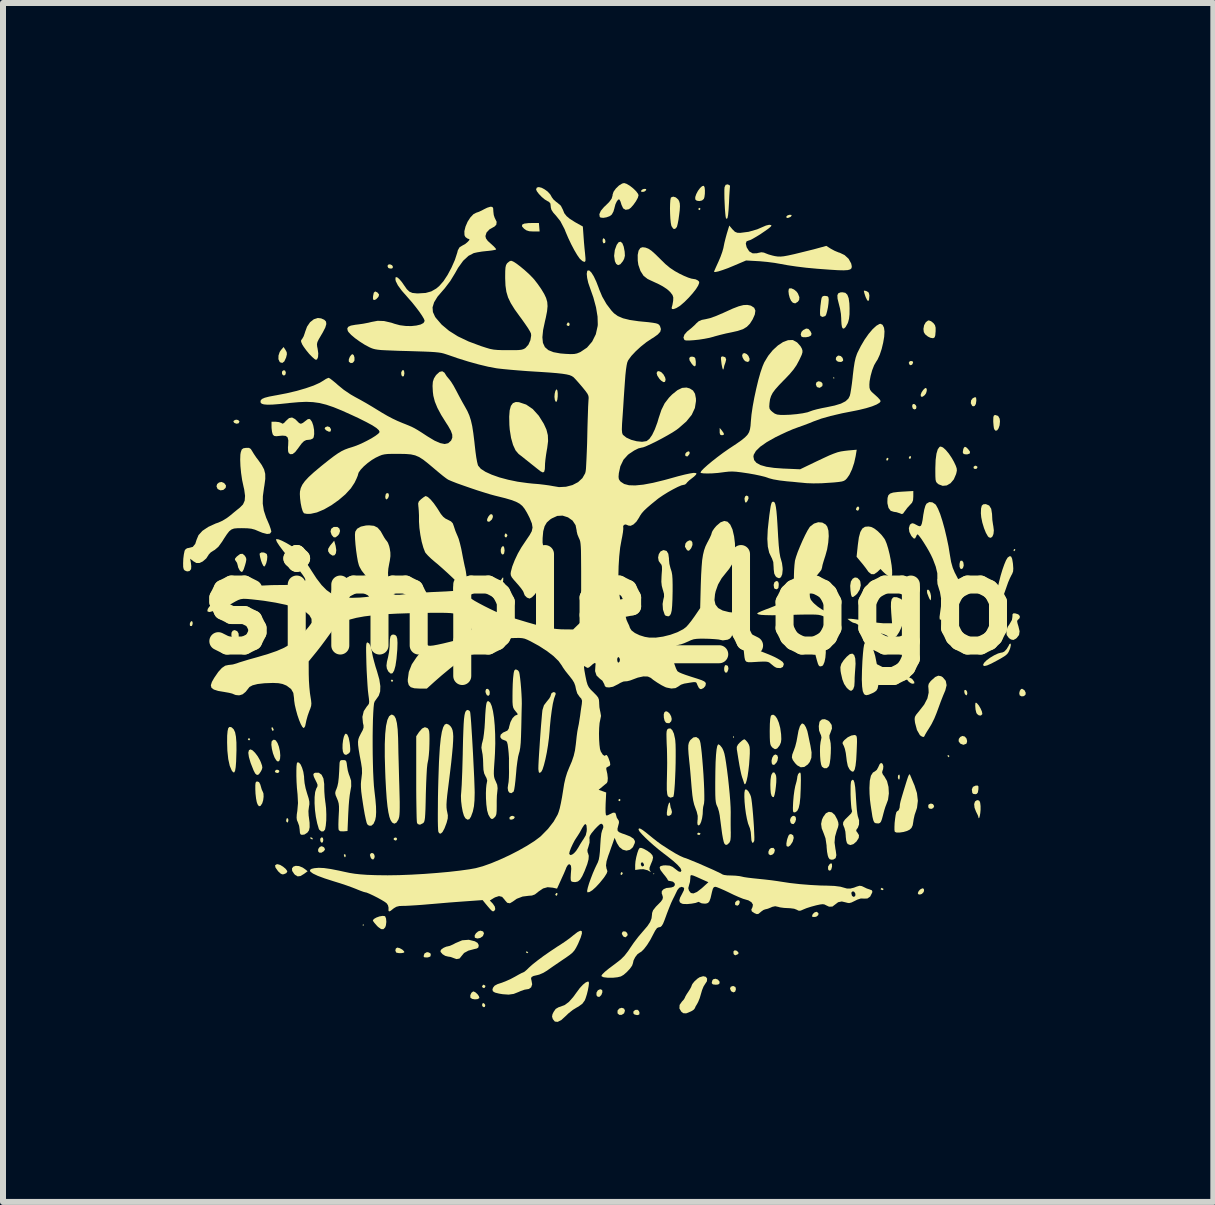
<source format=kicad_pcb>
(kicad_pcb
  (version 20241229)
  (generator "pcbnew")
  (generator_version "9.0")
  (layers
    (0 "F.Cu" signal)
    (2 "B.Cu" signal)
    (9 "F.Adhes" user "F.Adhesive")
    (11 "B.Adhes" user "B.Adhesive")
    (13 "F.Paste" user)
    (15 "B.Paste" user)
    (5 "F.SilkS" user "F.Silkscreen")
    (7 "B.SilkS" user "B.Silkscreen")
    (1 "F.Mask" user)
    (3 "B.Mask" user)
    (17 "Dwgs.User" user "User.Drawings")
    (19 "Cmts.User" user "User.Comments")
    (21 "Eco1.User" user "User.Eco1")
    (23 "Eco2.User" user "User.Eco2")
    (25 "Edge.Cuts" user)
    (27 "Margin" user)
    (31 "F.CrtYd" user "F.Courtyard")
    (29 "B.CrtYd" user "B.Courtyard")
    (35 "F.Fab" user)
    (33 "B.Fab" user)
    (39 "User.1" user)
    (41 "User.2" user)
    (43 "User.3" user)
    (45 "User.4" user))
  (footprint "simple_logo"
    (layer "F.Cu")
    (at 7.083 7.016)
    (property "Reference" "simple_logo" (at 0 0 0) (layer "F.SilkS") (effects (font (size 1.524 1.524) (thickness 0.3))))
    (attr board_only exclude_from_pos_files exclude_from_bom)
    (fp_poly (pts (xy 0.769 4.493) (xy 0.76 4.502) (xy 0.75 4.493) (xy 0.76 4.483)) (stroke (width 0) (type solid)) (fill yes) (layer "F.SilkS"))
    (fp_poly (pts (xy -4.077 5.334) (xy -4.075 5.356) (xy -4.077 5.359) (xy -4.088 5.356) (xy -4.09 5.346) (xy -4.083 5.331)) (stroke (width 0) (type solid)) (fill yes) (layer "F.SilkS"))
    (fp_poly (pts (xy 2.095 2.201) (xy 2.097 2.223) (xy 2.095 2.226) (xy 2.084 2.224) (xy 2.082 2.214) (xy 2.089 2.198)) (stroke (width 0) (type solid)) (fill yes) (layer "F.SilkS"))
    (fp_poly (pts (xy 3.764 -3.783) (xy 3.767 -3.761) (xy 3.764 -3.758) (xy 3.753 -3.761) (xy 3.752 -3.771) (xy 3.759 -3.786)) (stroke (width 0) (type solid)) (fill yes) (layer "F.SilkS"))
    (fp_poly (pts (xy -4.373 4.187) (xy -4.375 4.205) (xy -4.385 4.219) (xy -4.397 4.205) (xy -4.404 4.177) (xy -4.401 4.17) (xy -4.382 4.166)) (stroke (width 0) (type solid)) (fill yes) (layer "F.SilkS"))
    (fp_poly (pts (xy -0.653 -4.69) (xy -0.641 -4.666) (xy -0.649 -4.638) (xy -0.666 -4.634) (xy -0.69 -4.647) (xy -0.691 -4.663) (xy -0.675 -4.691)) (stroke (width 0) (type solid)) (fill yes) (layer "F.SilkS"))
    (fp_poly (pts (xy -5.966 2.247) (xy -5.965 2.251) (xy -5.98 2.269) (xy -5.984 2.27) (xy -6.002 2.256) (xy -6.003 2.251) (xy -5.989 2.233) (xy -5.984 2.232)) (stroke (width 0) (type solid)) (fill yes) (layer "F.SilkS"))
    (fp_poly (pts (xy -5.588 2.058) (xy -5.573 2.089) (xy -5.574 2.101) (xy -5.589 2.112) (xy -5.595 2.108) (xy -5.608 2.079) (xy -5.609 2.066) (xy -5.603 2.048)) (stroke (width 0) (type solid)) (fill yes) (layer "F.SilkS"))
    (fp_poly (pts (xy -5.485 2.769) (xy -5.478 2.786) (xy -5.493 2.809) (xy -5.515 2.814) (xy -5.546 2.802) (xy -5.553 2.786) (xy -5.537 2.763) (xy -5.515 2.758)) (stroke (width 0) (type solid)) (fill yes) (layer "F.SilkS"))
    (fp_poly (pts (xy -5.331 3.58) (xy -5.328 3.602) (xy -5.335 3.632) (xy -5.346 3.639) (xy -5.362 3.624) (xy -5.365 3.602) (xy -5.357 3.571) (xy -5.346 3.564)) (stroke (width 0) (type solid)) (fill yes) (layer "F.SilkS"))
    (fp_poly (pts (xy -4.928 3.897) (xy -4.924 3.902) (xy -4.925 3.919) (xy -4.931 3.921) (xy -4.958 3.907) (xy -4.962 3.902) (xy -4.961 3.885) (xy -4.955 3.883)) (stroke (width 0) (type solid)) (fill yes) (layer "F.SilkS"))
    (fp_poly (pts (xy -3.584 1.271) (xy -3.583 1.276) (xy -3.597 1.294) (xy -3.602 1.294) (xy -3.62 1.28) (xy -3.621 1.276) (xy -3.606 1.257) (xy -3.602 1.257)) (stroke (width 0) (type solid)) (fill yes) (layer "F.SilkS"))
    (fp_poly (pts (xy -3.526 3.893) (xy -3.516 3.914) (xy -3.531 3.935) (xy -3.545 3.939) (xy -3.57 3.926) (xy -3.573 3.922) (xy -3.572 3.9) (xy -3.549 3.888)) (stroke (width 0) (type solid)) (fill yes) (layer "F.SilkS"))
    (fp_poly (pts (xy -2.051 6.673) (xy -2.048 6.685) (xy -2.056 6.711) (xy -2.072 6.716) (xy -2.096 6.7) (xy -2.101 6.677) (xy -2.091 6.649) (xy -2.07 6.649)) (stroke (width 0) (type solid)) (fill yes) (layer "F.SilkS"))
    (fp_poly (pts (xy -2.048 6.356) (xy -2.045 6.369) (xy -2.06 6.394) (xy -2.073 6.397) (xy -2.098 6.382) (xy -2.101 6.369) (xy -2.086 6.344) (xy -2.073 6.341)) (stroke (width 0) (type solid)) (fill yes) (layer "F.SilkS"))
    (fp_poly (pts (xy -1.681 -1.154) (xy -1.679 -1.144) (xy -1.694 -1.116) (xy -1.702 -1.111) (xy -1.721 -1.12) (xy -1.726 -1.144) (xy -1.717 -1.174) (xy -1.702 -1.177)) (stroke (width 0) (type solid)) (fill yes) (layer "F.SilkS"))
    (fp_poly (pts (xy -1.351 5.787) (xy -1.333 5.804) (xy -1.332 5.807) (xy -1.346 5.815) (xy -1.351 5.815) (xy -1.369 5.801) (xy -1.369 5.795) (xy -1.358 5.784)) (stroke (width 0) (type solid)) (fill yes) (layer "F.SilkS"))
    (fp_poly (pts (xy -0.847 4.816) (xy -0.844 4.829) (xy -0.854 4.855) (xy -0.863 4.859) (xy -0.881 4.845) (xy -0.882 4.841) (xy -0.868 4.816) (xy -0.863 4.812)) (stroke (width 0) (type solid)) (fill yes) (layer "F.SilkS"))
    (fp_poly (pts (xy 0.206 3.26) (xy 0.206 3.264) (xy 0.192 3.282) (xy 0.188 3.283) (xy 0.169 3.269) (xy 0.169 3.264) (xy 0.183 3.246) (xy 0.188 3.245)) (stroke (width 0) (type solid)) (fill yes) (layer "F.SilkS"))
    (fp_poly (pts (xy 0.243 4.478) (xy 0.244 4.482) (xy 0.23 4.508) (xy 0.225 4.512) (xy 0.209 4.507) (xy 0.206 4.494) (xy 0.216 4.468) (xy 0.225 4.465)) (stroke (width 0) (type solid)) (fill yes) (layer "F.SilkS"))
    (fp_poly (pts (xy 0.631 -6.917) (xy 0.634 -6.9) (xy 0.611 -6.878) (xy 0.583 -6.869) (xy 0.551 -6.871) (xy 0.548 -6.888) (xy 0.571 -6.91) (xy 0.599 -6.919)) (stroke (width 0) (type solid)) (fill yes) (layer "F.SilkS"))
    (fp_poly (pts (xy 1.535 3.818) (xy 1.538 3.827) (xy 1.523 3.844) (xy 1.51 3.846) (xy 1.485 3.836) (xy 1.482 3.827) (xy 1.497 3.81) (xy 1.51 3.808)) (stroke (width 0) (type solid)) (fill yes) (layer "F.SilkS"))
    (fp_poly (pts (xy 1.538 -6.589) (xy 1.538 -6.584) (xy 1.524 -6.566) (xy 1.519 -6.566) (xy 1.501 -6.58) (xy 1.501 -6.584) (xy 1.515 -6.603) (xy 1.519 -6.603)) (stroke (width 0) (type solid)) (fill yes) (layer "F.SilkS"))
    (fp_poly (pts (xy 4.182 -1.607) (xy 4.183 -1.596) (xy 4.171 -1.564) (xy 4.154 -1.557) (xy 4.131 -1.571) (xy 4.13 -1.588) (xy 4.146 -1.62) (xy 4.168 -1.627)) (stroke (width 0) (type solid)) (fill yes) (layer "F.SilkS"))
    (fp_poly (pts (xy 4.583 4.741) (xy 4.587 4.746) (xy 4.582 4.762) (xy 4.569 4.765) (xy 4.543 4.755) (xy 4.54 4.746) (xy 4.553 4.728) (xy 4.557 4.727)) (stroke (width 0) (type solid)) (fill yes) (layer "F.SilkS"))
    (fp_poly (pts (xy 4.671 -2.425) (xy 4.671 -2.421) (xy 4.657 -2.396) (xy 4.652 -2.392) (xy 4.636 -2.396) (xy 4.634 -2.409) (xy 4.643 -2.435) (xy 4.652 -2.439)) (stroke (width 0) (type solid)) (fill yes) (layer "F.SilkS"))
    (fp_poly (pts (xy 4.858 2.866) (xy 4.859 2.876) (xy 4.854 2.917) (xy 4.843 2.924) (xy 4.827 2.897) (xy 4.829 2.86) (xy 4.837 2.846) (xy 4.853 2.84)) (stroke (width 0) (type solid)) (fill yes) (layer "F.SilkS"))
    (fp_poly (pts (xy 5.044 -2.463) (xy 5.046 -2.449) (xy 5.036 -2.424) (xy 5.027 -2.42) (xy 5.009 -2.433) (xy 5.009 -2.438) (xy 5.022 -2.463) (xy 5.027 -2.467)) (stroke (width 0) (type solid)) (fill yes) (layer "F.SilkS"))
    (fp_poly (pts (xy 5.078 -4.042) (xy 5.08 -4.021) (xy 5.063 -3.989) (xy 5.035 -3.981) (xy 5.022 -3.989) (xy 5.008 -4.021) (xy 5.025 -4.047) (xy 5.048 -4.052)) (stroke (width 0) (type solid)) (fill yes) (layer "F.SilkS"))
    (fp_poly (pts (xy 5.683 2.527) (xy 5.684 2.532) (xy 5.678 2.551) (xy 5.676 2.551) (xy 5.66 2.538) (xy 5.656 2.532) (xy 5.657 2.515) (xy 5.664 2.514)) (stroke (width 0) (type solid)) (fill yes) (layer "F.SilkS"))
    (fp_poly (pts (xy 6.15 -2.292) (xy 6.153 -2.279) (xy 6.139 -2.256) (xy 6.109 -2.252) (xy 6.091 -2.263) (xy 6.087 -2.286) (xy 6.108 -2.304) (xy 6.126 -2.307)) (stroke (width 0) (type solid)) (fill yes) (layer "F.SilkS"))
    (fp_poly (pts (xy 6.415 0.521) (xy 6.416 0.525) (xy 6.4 0.542) (xy 6.386 0.544) (xy 6.367 0.535) (xy 6.369 0.525) (xy 6.393 0.507) (xy 6.398 0.506)) (stroke (width 0) (type solid)) (fill yes) (layer "F.SilkS"))
    (fp_poly (pts (xy 6.784 -0.908) (xy 6.781 -0.9) (xy 6.765 -0.883) (xy 6.762 -0.882) (xy 6.754 -0.896) (xy 6.753 -0.9) (xy 6.768 -0.918) (xy 6.773 -0.919)) (stroke (width 0) (type solid)) (fill yes) (layer "F.SilkS"))
    (fp_poly (pts (xy -6.925 0.296) (xy -6.923 0.328) (xy -6.932 0.357) (xy -6.94 0.365) (xy -6.964 0.363) (xy -6.968 0.358) (xy -6.971 0.328) (xy -6.959 0.296) (xy -6.939 0.281)) (stroke (width 0) (type solid)) (fill yes) (layer "F.SilkS"))
    (fp_poly (pts (xy -6.166 -3.068) (xy -6.145 -3.047) (xy -6.144 -3.039) (xy -6.158 -3.013) (xy -6.193 -3.006) (xy -6.228 -3.019) (xy -6.245 -3.041) (xy -6.235 -3.059) (xy -6.201 -3.074)) (stroke (width 0) (type solid)) (fill yes) (layer "F.SilkS"))
    (fp_poly (pts (xy -4.752 3.897) (xy -4.746 3.93) (xy -4.755 3.967) (xy -4.774 3.976) (xy -4.794 3.953) (xy -4.795 3.95) (xy -4.798 3.914) (xy -4.794 3.903) (xy -4.77 3.883)) (stroke (width 0) (type solid)) (fill yes) (layer "F.SilkS"))
    (fp_poly (pts (xy -3.903 4.161) (xy -3.89 4.198) (xy -3.895 4.23) (xy -3.916 4.256) (xy -3.941 4.246) (xy -3.958 4.22) (xy -3.97 4.177) (xy -3.953 4.15) (xy -3.931 4.146)) (stroke (width 0) (type solid)) (fill yes) (layer "F.SilkS"))
    (fp_poly (pts (xy -3.601 -5.647) (xy -3.586 -5.621) (xy -3.592 -5.599) (xy -3.616 -5.59) (xy -3.652 -5.596) (xy -3.664 -5.603) (xy -3.678 -5.635) (xy -3.662 -5.658) (xy -3.635 -5.662)) (stroke (width 0) (type solid)) (fill yes) (layer "F.SilkS"))
    (fp_poly (pts (xy -1.564 3.538) (xy -1.557 3.553) (xy -1.572 3.576) (xy -1.604 3.59) (xy -1.635 3.588) (xy -1.643 3.581) (xy -1.644 3.552) (xy -1.618 3.531) (xy -1.593 3.527)) (stroke (width 0) (type solid)) (fill yes) (layer "F.SilkS"))
    (fp_poly (pts (xy 1.349 -2.543) (xy 1.36 -2.52) (xy 1.35 -2.494) (xy 1.322 -2.461) (xy 1.295 -2.465) (xy 1.284 -2.478) (xy 1.285 -2.506) (xy 1.307 -2.533) (xy 1.336 -2.546)) (stroke (width 0) (type solid)) (fill yes) (layer "F.SilkS"))
    (fp_poly (pts (xy 1.895 -2.892) (xy 1.926 -2.847) (xy 1.927 -2.822) (xy 1.897 -2.814) (xy 1.895 -2.814) (xy 1.868 -2.822) (xy 1.858 -2.852) (xy 1.858 -2.875) (xy 1.858 -2.936)) (stroke (width 0) (type solid)) (fill yes) (layer "F.SilkS"))
    (fp_poly (pts (xy 2.19 4.947) (xy 2.191 4.977) (xy 2.178 5.007) (xy 2.155 5.024) (xy 2.123 5.015) (xy 2.114 5.003) (xy 2.117 4.967) (xy 2.145 4.94) (xy 2.172 4.934)) (stroke (width 0) (type solid)) (fill yes) (layer "F.SilkS"))
    (fp_poly (pts (xy 3.049 -6.486) (xy 3.058 -6.475) (xy 3.042 -6.454) (xy 3.006 -6.438) (xy 2.98 -6.434) (xy 2.967 -6.448) (xy 2.969 -6.458) (xy 2.988 -6.477) (xy 3.02 -6.487)) (stroke (width 0) (type solid)) (fill yes) (layer "F.SilkS"))
    (fp_poly (pts (xy 5.124 -3.317) (xy 5.137 -3.287) (xy 5.129 -3.253) (xy 5.102 -3.244) (xy 5.077 -3.258) (xy 5.067 -3.285) (xy 5.065 -3.306) (xy 5.076 -3.333) (xy 5.1 -3.335)) (stroke (width 0) (type solid)) (fill yes) (layer "F.SilkS"))
    (fp_poly (pts (xy 5.964 1.434) (xy 5.98 1.458) (xy 5.984 1.492) (xy 5.975 1.516) (xy 5.967 1.519) (xy 5.948 1.504) (xy 5.937 1.481) (xy 5.932 1.441) (xy 5.947 1.428)) (stroke (width 0) (type solid)) (fill yes) (layer "F.SilkS"))
    (fp_poly (pts (xy -5.389 -3.894) (xy -5.381 -3.888) (xy -5.37 -3.857) (xy -5.378 -3.824) (xy -5.401 -3.808) (xy -5.403 -3.808) (xy -5.426 -3.823) (xy -5.434 -3.838) (xy -5.435 -3.872) (xy -5.416 -3.895)) (stroke (width 0) (type solid)) (fill yes) (layer "F.SilkS"))
    (fp_poly (pts (xy -4.743 4.046) (xy -4.729 4.059) (xy -4.718 4.087) (xy -4.737 4.116) (xy -4.779 4.142) (xy -4.815 4.139) (xy -4.833 4.117) (xy -4.831 4.08) (xy -4.806 4.046) (xy -4.774 4.033)) (stroke (width 0) (type solid)) (fill yes) (layer "F.SilkS"))
    (fp_poly (pts (xy -3.662 -1.844) (xy -3.657 -1.837) (xy -3.653 -1.804) (xy -3.667 -1.767) (xy -3.69 -1.746) (xy -3.696 -1.745) (xy -3.71 -1.761) (xy -3.714 -1.79) (xy -3.706 -1.832) (xy -3.686 -1.852)) (stroke (width 0) (type solid)) (fill yes) (layer "F.SilkS"))
    (fp_poly (pts (xy -3.401 -3.886) (xy -3.395 -3.846) (xy -3.395 -3.846) (xy -3.403 -3.804) (xy -3.42 -3.79) (xy -3.44 -3.807) (xy -3.445 -3.818) (xy -3.449 -3.857) (xy -3.435 -3.891) (xy -3.415 -3.902)) (stroke (width 0) (type solid)) (fill yes) (layer "F.SilkS"))
    (fp_poly (pts (xy -2.999 5.8) (xy -2.962 5.817) (xy -2.955 5.844) (xy -2.964 5.872) (xy -3 5.885) (xy -3.016 5.887) (xy -3.062 5.885) (xy -3.076 5.868) (xy -3.061 5.821) (xy -3.022 5.799)) (stroke (width 0) (type solid)) (fill yes) (layer "F.SilkS"))
    (fp_poly (pts (xy -1.986 1.427) (xy -1.973 1.461) (xy -1.975 1.505) (xy -1.993 1.527) (xy -2.019 1.519) (xy -2.022 1.516) (xy -2.04 1.48) (xy -2.045 1.449) (xy -2.034 1.416) (xy -2.011 1.41)) (stroke (width 0) (type solid)) (fill yes) (layer "F.SilkS"))
    (fp_poly (pts (xy -0.1 6.429) (xy -0.096 6.465) (xy -0.113 6.511) (xy -0.143 6.542) (xy -0.174 6.542) (xy -0.195 6.517) (xy -0.195 6.473) (xy -0.172 6.434) (xy -0.134 6.416) (xy -0.131 6.416)) (stroke (width 0) (type solid)) (fill yes) (layer "F.SilkS"))
    (fp_poly (pts (xy -0.056 -6.081) (xy -0.045 -6.049) (xy -0.051 -6.02) (xy -0.052 -6.018) (xy -0.076 -6.012) (xy -0.081 -6.015) (xy -0.092 -6.042) (xy -0.092 -6.075) (xy -0.081 -6.096) (xy -0.077 -6.097)) (stroke (width 0) (type solid)) (fill yes) (layer "F.SilkS"))
    (fp_poly (pts (xy 0.288 5.454) (xy 0.315 5.477) (xy 0.325 5.509) (xy 0.317 5.527) (xy 0.288 5.551) (xy 0.259 5.541) (xy 0.248 5.53) (xy 0.227 5.493) (xy 0.237 5.462) (xy 0.253 5.452)) (stroke (width 0) (type solid)) (fill yes) (layer "F.SilkS"))
    (fp_poly (pts (xy 0.512 6.778) (xy 0.522 6.805) (xy 0.519 6.836) (xy 0.493 6.847) (xy 0.479 6.847) (xy 0.438 6.837) (xy 0.419 6.817) (xy 0.422 6.784) (xy 0.451 6.761) (xy 0.488 6.758)) (stroke (width 0) (type solid)) (fill yes) (layer "F.SilkS"))
    (fp_poly (pts (xy 1.994 1.028) (xy 2.004 1.068) (xy 1.999 1.098) (xy 1.981 1.138) (xy 1.956 1.141) (xy 1.945 1.132) (xy 1.933 1.102) (xy 1.933 1.061) (xy 1.943 1.026) (xy 1.959 1.013)) (stroke (width 0) (type solid)) (fill yes) (layer "F.SilkS"))
    (fp_poly (pts (xy 2.087 6.363) (xy 2.12 6.379) (xy 2.129 6.415) (xy 2.116 6.456) (xy 2.086 6.469) (xy 2.05 6.45) (xy 2.046 6.445) (xy 2.03 6.405) (xy 2.043 6.374) (xy 2.08 6.362)) (stroke (width 0) (type solid)) (fill yes) (layer "F.SilkS"))
    (fp_poly (pts (xy 2.142 5.775) (xy 2.153 5.784) (xy 2.174 5.811) (xy 2.167 5.827) (xy 2.157 5.835) (xy 2.119 5.851) (xy 2.096 5.838) (xy 2.089 5.823) (xy 2.087 5.786) (xy 2.109 5.767)) (stroke (width 0) (type solid)) (fill yes) (layer "F.SilkS"))
    (fp_poly (pts (xy 2.334 -1.796) (xy 2.339 -1.762) (xy 2.321 -1.719) (xy 2.319 -1.716) (xy 2.297 -1.691) (xy 2.285 -1.697) (xy 2.279 -1.711) (xy 2.271 -1.758) (xy 2.282 -1.795) (xy 2.307 -1.81)) (stroke (width 0) (type solid)) (fill yes) (layer "F.SilkS"))
    (fp_poly (pts (xy 2.775 4.089) (xy 2.776 4.106) (xy 2.764 4.147) (xy 2.735 4.174) (xy 2.701 4.183) (xy 2.673 4.164) (xy 2.669 4.127) (xy 2.686 4.086) (xy 2.713 4.063) (xy 2.754 4.061)) (stroke (width 0) (type solid)) (fill yes) (layer "F.SilkS"))
    (fp_poly (pts (xy 3.479 5.128) (xy 3.504 5.15) (xy 3.501 5.18) (xy 3.474 5.204) (xy 3.447 5.212) (xy 3.41 5.211) (xy 3.395 5.201) (xy 3.409 5.164) (xy 3.44 5.135) (xy 3.474 5.126)) (stroke (width 0) (type solid)) (fill yes) (layer "F.SilkS"))
    (fp_poly (pts (xy 3.728 4.326) (xy 3.73 4.365) (xy 3.73 4.372) (xy 3.718 4.419) (xy 3.697 4.441) (xy 3.675 4.435) (xy 3.664 4.417) (xy 3.664 4.372) (xy 3.69 4.332) (xy 3.712 4.318)) (stroke (width 0) (type solid)) (fill yes) (layer "F.SilkS"))
    (fp_poly (pts (xy 5.26 4.744) (xy 5.263 4.777) (xy 5.254 4.8) (xy 5.227 4.828) (xy 5.193 4.839) (xy 5.166 4.833) (xy 5.159 4.815) (xy 5.172 4.784) (xy 5.197 4.755) (xy 5.235 4.734)) (stroke (width 0) (type solid)) (fill yes) (layer "F.SilkS"))
    (fp_poly (pts (xy 5.412 3.332) (xy 5.43 3.362) (xy 5.431 3.368) (xy 5.416 3.398) (xy 5.384 3.412) (xy 5.35 3.405) (xy 5.334 3.386) (xy 5.334 3.35) (xy 5.342 3.336) (xy 5.377 3.322)) (stroke (width 0) (type solid)) (fill yes) (layer "F.SilkS"))
    (fp_poly (pts (xy -4.64 -2.95) (xy -4.619 -2.915) (xy -4.618 -2.912) (xy -4.624 -2.878) (xy -4.651 -2.872) (xy -4.696 -2.894) (xy -4.7 -2.897) (xy -4.724 -2.923) (xy -4.715 -2.946) (xy -4.715 -2.946) (xy -4.678 -2.962)) (stroke (width 0) (type solid)) (fill yes) (layer "F.SilkS"))
    (fp_poly (pts (xy -1.926 -1.487) (xy -1.92 -1.453) (xy -1.935 -1.415) (xy -1.942 -1.406) (xy -1.979 -1.374) (xy -2.005 -1.375) (xy -2.017 -1.389) (xy -2.016 -1.417) (xy -1.998 -1.456) (xy -1.972 -1.489) (xy -1.95 -1.501)) (stroke (width 0) (type solid)) (fill yes) (layer "F.SilkS"))
    (fp_poly (pts (xy -1.747 -0.438) (xy -1.749 -0.4) (xy -1.749 -0.395) (xy -1.758 -0.354) (xy -1.775 -0.327) (xy -1.791 -0.321) (xy -1.8 -0.342) (xy -1.801 -0.351) (xy -1.79 -0.394) (xy -1.772 -0.423) (xy -1.754 -0.445)) (stroke (width 0) (type solid)) (fill yes) (layer "F.SilkS"))
    (fp_poly (pts (xy -1.744 -0.966) (xy -1.732 -0.941) (xy -1.726 -0.896) (xy -1.726 -0.89) (xy -1.734 -0.844) (xy -1.753 -0.825) (xy -1.775 -0.836) (xy -1.788 -0.866) (xy -1.79 -0.907) (xy -1.778 -0.945) (xy -1.758 -0.966)) (stroke (width 0) (type solid)) (fill yes) (layer "F.SilkS"))
    (fp_poly (pts (xy 0.265 6.739) (xy 0.28 6.773) (xy 0.266 6.815) (xy 0.262 6.82) (xy 0.225 6.843) (xy 0.185 6.843) (xy 0.157 6.819) (xy 0.156 6.816) (xy 0.156 6.772) (xy 0.184 6.738) (xy 0.227 6.725)) (stroke (width 0) (type solid)) (fill yes) (layer "F.SilkS"))
    (fp_poly (pts (xy 2.31 -4.166) (xy 2.337 -4.137) (xy 2.357 -4.087) (xy 2.351 -4.05) (xy 2.326 -4.035) (xy 2.288 -4.046) (xy 2.263 -4.068) (xy 2.239 -4.111) (xy 2.232 -4.143) (xy 2.244 -4.175) (xy 2.274 -4.183)) (stroke (width 0) (type solid)) (fill yes) (layer "F.SilkS"))
    (fp_poly (pts (xy 2.818 2.519) (xy 2.83 2.556) (xy 2.821 2.606) (xy 2.806 2.637) (xy 2.771 2.675) (xy 2.743 2.678) (xy 2.726 2.653) (xy 2.722 2.608) (xy 2.734 2.558) (xy 2.758 2.519) (xy 2.786 2.504)) (stroke (width 0) (type solid)) (fill yes) (layer "F.SilkS"))
    (fp_poly (pts (xy 3.55 -3.702) (xy 3.573 -3.672) (xy 3.569 -3.636) (xy 3.564 -3.63) (xy 3.525 -3.604) (xy 3.486 -3.614) (xy 3.472 -3.628) (xy 3.46 -3.665) (xy 3.473 -3.699) (xy 3.507 -3.714) (xy 3.508 -3.714)) (stroke (width 0) (type solid)) (fill yes) (layer "F.SilkS"))
    (fp_poly (pts (xy 3.877 -4.133) (xy 3.906 -4.103) (xy 3.916 -4.067) (xy 3.911 -4.052) (xy 3.882 -4.035) (xy 3.838 -4.038) (xy 3.811 -4.05) (xy 3.792 -4.079) (xy 3.799 -4.114) (xy 3.827 -4.139) (xy 3.84 -4.142)) (stroke (width 0) (type solid)) (fill yes) (layer "F.SilkS"))
    (fp_poly (pts (xy 5.017 1.222) (xy 5.053 1.238) (xy 5.071 1.254) (xy 5.101 1.296) (xy 5.1 1.321) (xy 5.071 1.326) (xy 5.046 1.319) (xy 5.011 1.296) (xy 4.982 1.261) (xy 4.971 1.235) (xy 4.985 1.22)) (stroke (width 0) (type solid)) (fill yes) (layer "F.SilkS"))
    (fp_poly (pts (xy 5.899 -0.723) (xy 5.918 -0.695) (xy 5.924 -0.649) (xy 5.923 -0.639) (xy 5.91 -0.599) (xy 5.885 -0.584) (xy 5.866 -0.594) (xy 5.855 -0.624) (xy 5.854 -0.669) (xy 5.863 -0.709) (xy 5.874 -0.724)) (stroke (width 0) (type solid)) (fill yes) (layer "F.SilkS"))
    (fp_poly (pts (xy 6.936 1.434) (xy 6.957 1.476) (xy 6.954 1.508) (xy 6.928 1.532) (xy 6.89 1.537) (xy 6.858 1.521) (xy 6.856 1.518) (xy 6.849 1.483) (xy 6.859 1.443) (xy 6.879 1.415) (xy 6.897 1.41)) (stroke (width 0) (type solid)) (fill yes) (layer "F.SilkS"))
    (fp_poly (pts (xy -4.541 -0.971) (xy -4.53 -0.9) (xy -4.537 -0.846) (xy -4.56 -0.814) (xy -4.593 -0.809) (xy -4.635 -0.835) (xy -4.64 -0.841) (xy -4.666 -0.881) (xy -4.665 -0.922) (xy -4.635 -0.972) (xy -4.618 -0.993) (xy -4.565 -1.057)) (stroke (width 0) (type solid)) (fill yes) (layer "F.SilkS"))
    (fp_poly (pts (xy -4.239 -4.148) (xy -4.227 -4.11) (xy -4.227 -4.066) (xy -4.23 -4.052) (xy -4.254 -4.022) (xy -4.289 -4.016) (xy -4.318 -4.037) (xy -4.322 -4.045) (xy -4.321 -4.08) (xy -4.304 -4.122) (xy -4.279 -4.155) (xy -4.259 -4.165)) (stroke (width 0) (type solid)) (fill yes) (layer "F.SilkS"))
    (fp_poly (pts (xy -3.848 -5.195) (xy -3.838 -5.186) (xy -3.817 -5.158) (xy -3.824 -5.129) (xy -3.833 -5.114) (xy -3.865 -5.081) (xy -3.891 -5.068) (xy -3.912 -5.07) (xy -3.919 -5.094) (xy -3.917 -5.132) (xy -3.905 -5.189) (xy -3.882 -5.21)) (stroke (width 0) (type solid)) (fill yes) (layer "F.SilkS"))
    (fp_poly (pts (xy -2.084 5.453) (xy -2.069 5.484) (xy -2.085 5.526) (xy -2.092 5.535) (xy -2.132 5.562) (xy -2.179 5.571) (xy -2.216 5.56) (xy -2.223 5.552) (xy -2.224 5.519) (xy -2.202 5.482) (xy -2.166 5.452) (xy -2.128 5.44)) (stroke (width 0) (type solid)) (fill yes) (layer "F.SilkS"))
    (fp_poly (pts (xy -1.148 -6.28) (xy -1.142 -6.209) (xy -1.245 -6.209) (xy -1.315 -6.213) (xy -1.364 -6.229) (xy -1.401 -6.255) (xy -1.435 -6.293) (xy -1.434 -6.322) (xy -1.399 -6.34) (xy -1.328 -6.349) (xy -1.279 -6.35) (xy -1.154 -6.35)) (stroke (width 0) (type solid)) (fill yes) (layer "F.SilkS"))
    (fp_poly (pts (xy 0.883 -3.867) (xy 0.921 -3.828) (xy 0.949 -3.777) (xy 0.957 -3.74) (xy 0.947 -3.704) (xy 0.921 -3.699) (xy 0.882 -3.725) (xy 0.855 -3.753) (xy 0.819 -3.807) (xy 0.807 -3.851) (xy 0.821 -3.878) (xy 0.843 -3.883)) (stroke (width 0) (type solid)) (fill yes) (layer "F.SilkS"))
    (fp_poly (pts (xy 1.385 -1.057) (xy 1.403 -1.028) (xy 1.405 -0.986) (xy 1.385 -0.936) (xy 1.373 -0.919) (xy 1.347 -0.891) (xy 1.327 -0.891) (xy 1.307 -0.909) (xy 1.279 -0.958) (xy 1.287 -1.009) (xy 1.312 -1.041) (xy 1.353 -1.063)) (stroke (width 0) (type solid)) (fill yes) (layer "F.SilkS"))
    (fp_poly (pts (xy 1.435 -4.116) (xy 1.452 -4.094) (xy 1.459 -4.048) (xy 1.46 -4.038) (xy 1.459 -3.982) (xy 1.445 -3.961) (xy 1.418 -3.975) (xy 1.39 -4.008) (xy 1.356 -4.062) (xy 1.351 -4.102) (xy 1.374 -4.122) (xy 1.402 -4.124)) (stroke (width 0) (type solid)) (fill yes) (layer "F.SilkS"))
    (fp_poly (pts (xy 1.827 6.255) (xy 1.854 6.286) (xy 1.857 6.302) (xy 1.85 6.329) (xy 1.822 6.339) (xy 1.792 6.341) (xy 1.746 6.336) (xy 1.728 6.319) (xy 1.726 6.305) (xy 1.737 6.266) (xy 1.749 6.251) (xy 1.787 6.241)) (stroke (width 0) (type solid)) (fill yes) (layer "F.SilkS"))
    (fp_poly (pts (xy 2.83 -0.377) (xy 2.841 -0.348) (xy 2.842 -0.319) (xy 2.836 -0.27) (xy 2.814 -0.249) (xy 2.809 -0.247) (xy 2.776 -0.255) (xy 2.765 -0.269) (xy 2.757 -0.32) (xy 2.769 -0.363) (xy 2.798 -0.384) (xy 2.805 -0.385)) (stroke (width 0) (type solid)) (fill yes) (layer "F.SilkS"))
    (fp_poly (pts (xy 3.124 3.546) (xy 3.124 3.547) (xy 3.13 3.585) (xy 3.117 3.63) (xy 3.092 3.662) (xy 3.086 3.665) (xy 3.056 3.659) (xy 3.039 3.639) (xy 3.03 3.598) (xy 3.042 3.56) (xy 3.067 3.533) (xy 3.097 3.526)) (stroke (width 0) (type solid)) (fill yes) (layer "F.SilkS"))
    (fp_poly (pts (xy 5.308 -3.587) (xy 5.308 -3.553) (xy 5.296 -3.513) (xy 5.275 -3.483) (xy 5.241 -3.457) (xy 5.221 -3.455) (xy 5.21 -3.463) (xy 5.207 -3.489) (xy 5.222 -3.529) (xy 5.249 -3.569) (xy 5.278 -3.597) (xy 5.293 -3.602)) (stroke (width 0) (type solid)) (fill yes) (layer "F.SilkS"))
    (fp_poly (pts (xy 5.35 -0.227) (xy 5.368 -0.187) (xy 5.379 -0.136) (xy 5.379 -0.095) (xy 5.374 -0.067) (xy 5.366 -0.067) (xy 5.35 -0.096) (xy 5.341 -0.117) (xy 5.315 -0.184) (xy 5.311 -0.227) (xy 5.327 -0.244) (xy 5.328 -0.244)) (stroke (width 0) (type solid)) (fill yes) (layer "F.SilkS"))
    (fp_poly (pts (xy 5.942 2.206) (xy 5.971 2.24) (xy 5.981 2.283) (xy 5.972 2.32) (xy 5.962 2.328) (xy 5.919 2.344) (xy 5.874 2.327) (xy 5.864 2.32) (xy 5.839 2.285) (xy 5.842 2.246) (xy 5.866 2.213) (xy 5.902 2.196)) (stroke (width 0) (type solid)) (fill yes) (layer "F.SilkS"))
    (fp_poly (pts (xy 5.966 -2.613) (xy 5.995 -2.586) (xy 6.028 -2.542) (xy 6.027 -2.512) (xy 5.991 -2.497) (xy 5.964 -2.495) (xy 5.924 -2.501) (xy 5.91 -2.523) (xy 5.909 -2.537) (xy 5.917 -2.584) (xy 5.928 -2.608) (xy 5.944 -2.622)) (stroke (width 0) (type solid)) (fill yes) (layer "F.SilkS"))
    (fp_poly (pts (xy 6.13 -3.441) (xy 6.134 -3.404) (xy 6.134 -3.388) (xy 6.126 -3.334) (xy 6.105 -3.301) (xy 6.078 -3.296) (xy 6.063 -3.306) (xy 6.042 -3.348) (xy 6.047 -3.395) (xy 6.074 -3.431) (xy 6.077 -3.432) (xy 6.113 -3.449)) (stroke (width 0) (type solid)) (fill yes) (layer "F.SilkS"))
    (fp_poly (pts (xy 6.169 3.036) (xy 6.169 3.074) (xy 6.168 3.089) (xy 6.16 3.138) (xy 6.141 3.161) (xy 6.12 3.167) (xy 6.081 3.161) (xy 6.067 3.145) (xy 6.059 3.087) (xy 6.078 3.044) (xy 6.121 3.024) (xy 6.155 3.022)) (stroke (width 0) (type solid)) (fill yes) (layer "F.SilkS"))
    (fp_poly (pts (xy -6.401 -2.019) (xy -6.393 -2.011) (xy -6.368 -1.978) (xy -6.371 -1.946) (xy -6.377 -1.934) (xy -6.412 -1.903) (xy -6.46 -1.896) (xy -6.503 -1.916) (xy -6.509 -1.922) (xy -6.526 -1.964) (xy -6.515 -2.001) (xy -6.484 -2.027) (xy -6.443 -2.036)) (stroke (width 0) (type solid)) (fill yes) (layer "F.SilkS"))
    (fp_poly (pts (xy -6.181 0.45) (xy -6.18 0.451) (xy -6.158 0.488) (xy -6.155 0.536) (xy -6.167 0.582) (xy -6.193 0.613) (xy -6.213 0.619) (xy -6.232 0.605) (xy -6.257 0.573) (xy -6.278 0.521) (xy -6.276 0.475) (xy -6.256 0.443) (xy -6.223 0.432)) (stroke (width 0) (type solid)) (fill yes) (layer "F.SilkS"))
    (fp_poly (pts (xy -5.151 4.364) (xy -5.09 4.389) (xy -5.056 4.412) (xy -5.007 4.45) (xy -5.068 4.495) (xy -5.127 4.53) (xy -5.173 4.536) (xy -5.216 4.511) (xy -5.231 4.496) (xy -5.265 4.445) (xy -5.268 4.403) (xy -5.246 4.374) (xy -5.206 4.36)) (stroke (width 0) (type solid)) (fill yes) (layer "F.SilkS"))
    (fp_poly (pts (xy -4.513 -1.287) (xy -4.479 -1.261) (xy -4.467 -1.219) (xy -4.482 -1.17) (xy -4.502 -1.144) (xy -4.542 -1.113) (xy -4.573 -1.114) (xy -4.604 -1.149) (xy -4.607 -1.153) (xy -4.626 -1.208) (xy -4.615 -1.255) (xy -4.575 -1.285) (xy -4.566 -1.287)) (stroke (width 0) (type solid)) (fill yes) (layer "F.SilkS"))
    (fp_poly (pts (xy -3.473 5.732) (xy -3.431 5.755) (xy -3.402 5.783) (xy -3.395 5.798) (xy -3.411 5.809) (xy -3.449 5.815) (xy -3.492 5.814) (xy -3.526 5.807) (xy -3.533 5.803) (xy -3.546 5.771) (xy -3.538 5.738) (xy -3.514 5.722) (xy -3.512 5.722)) (stroke (width 0) (type solid)) (fill yes) (layer "F.SilkS"))
    (fp_poly (pts (xy -0.845 -3.556) (xy -0.84 -3.511) (xy -0.841 -3.457) (xy -0.847 -3.407) (xy -0.859 -3.374) (xy -0.861 -3.371) (xy -0.876 -3.375) (xy -0.889 -3.405) (xy -0.895 -3.454) (xy -0.891 -3.506) (xy -0.88 -3.551) (xy -0.865 -3.576) (xy -0.856 -3.577)) (stroke (width 0) (type solid)) (fill yes) (layer "F.SilkS"))
    (fp_poly (pts (xy 0.995 1.796) (xy 1.026 1.826) (xy 1.049 1.869) (xy 1.059 1.914) (xy 1.051 1.951) (xy 1.019 1.984) (xy 0.977 1.981) (xy 0.961 1.973) (xy 0.94 1.942) (xy 0.928 1.891) (xy 0.926 1.838) (xy 0.937 1.801) (xy 0.963 1.784)) (stroke (width 0) (type solid)) (fill yes) (layer "F.SilkS"))
    (fp_poly (pts (xy 3.336 -4.586) (xy 3.369 -4.549) (xy 3.388 -4.51) (xy 3.383 -4.482) (xy 3.377 -4.474) (xy 3.344 -4.456) (xy 3.295 -4.447) (xy 3.247 -4.448) (xy 3.22 -4.458) (xy 3.208 -4.494) (xy 3.221 -4.537) (xy 3.25 -4.567) (xy 3.299 -4.592)) (stroke (width 0) (type solid)) (fill yes) (layer "F.SilkS"))
    (fp_poly (pts (xy 4.281 -5.222) (xy 4.31 -5.213) (xy 4.341 -5.191) (xy 4.352 -5.147) (xy 4.352 -5.136) (xy 4.347 -5.075) (xy 4.335 -5.05) (xy 4.316 -5.063) (xy 4.292 -5.112) (xy 4.288 -5.122) (xy 4.27 -5.176) (xy 4.261 -5.213) (xy 4.261 -5.223)) (stroke (width 0) (type solid)) (fill yes) (layer "F.SilkS"))
    (fp_poly (pts (xy -5.375 -4.234) (xy -5.356 -4.198) (xy -5.353 -4.163) (xy -5.365 -4.113) (xy -5.368 -4.104) (xy -5.396 -4.044) (xy -5.429 -4.019) (xy -5.465 -4.029) (xy -5.473 -4.036) (xy -5.494 -4.081) (xy -5.493 -4.141) (xy -5.473 -4.202) (xy -5.452 -4.233) (xy -5.408 -4.284)) (stroke (width 0) (type solid)) (fill yes) (layer "F.SilkS"))
    (fp_poly (pts (xy -2.214 6.466) (xy -2.18 6.496) (xy -2.154 6.531) (xy -2.146 6.56) (xy -2.147 6.564) (xy -2.176 6.581) (xy -2.221 6.585) (xy -2.266 6.577) (xy -2.294 6.558) (xy -2.296 6.555) (xy -2.297 6.516) (xy -2.279 6.476) (xy -2.251 6.454) (xy -2.244 6.453)) (stroke (width 0) (type solid)) (fill yes) (layer "F.SilkS"))
    (fp_poly (pts (xy 1.952 -4.113) (xy 1.966 -4.076) (xy 1.954 -4.027) (xy 1.935 -3.974) (xy 1.928 -3.939) (xy 1.92 -3.911) (xy 1.911 -3.911) (xy 1.902 -3.939) (xy 1.891 -3.991) (xy 1.886 -4.029) (xy 1.879 -4.086) (xy 1.881 -4.115) (xy 1.894 -4.126) (xy 1.912 -4.127)) (stroke (width 0) (type solid)) (fill yes) (layer "F.SilkS"))
    (fp_poly (pts (xy 3.02 0.523) (xy 3.041 0.557) (xy 3.063 0.606) (xy 3.078 0.659) (xy 3.083 0.691) (xy 3.076 0.733) (xy 3.053 0.743) (xy 3.021 0.721) (xy 3.013 0.71) (xy 2.994 0.666) (xy 2.984 0.61) (xy 2.985 0.557) (xy 2.996 0.521) (xy 3.002 0.516)) (stroke (width 0) (type solid)) (fill yes) (layer "F.SilkS"))
    (fp_poly (pts (xy 3.082 3.851) (xy 3.092 3.894) (xy 3.076 3.953) (xy 3.067 3.97) (xy 3.033 4.02) (xy 3.001 4.042) (xy 2.976 4.034) (xy 2.971 4.023) (xy 2.969 3.99) (xy 2.978 3.936) (xy 2.985 3.91) (xy 3.004 3.857) (xy 3.024 3.834) (xy 3.048 3.831)) (stroke (width 0) (type solid)) (fill yes) (layer "F.SilkS"))
    (fp_poly (pts (xy -5.734 -0.86) (xy -5.696 -0.841) (xy -5.685 -0.828) (xy -5.679 -0.79) (xy -5.684 -0.737) (xy -5.697 -0.683) (xy -5.716 -0.641) (xy -5.731 -0.625) (xy -5.746 -0.639) (xy -5.766 -0.678) (xy -5.783 -0.724) (xy -5.799 -0.783) (xy -5.807 -0.828) (xy -5.805 -0.846) (xy -5.776 -0.862)) (stroke (width 0) (type solid)) (fill yes) (layer "F.SilkS"))
    (fp_poly (pts (xy -5.465 4.345) (xy -5.417 4.374) (xy -5.374 4.41) (xy -5.349 4.444) (xy -5.346 4.455) (xy -5.363 4.482) (xy -5.404 4.5) (xy -5.431 4.502) (xy -5.458 4.489) (xy -5.494 4.456) (xy -5.504 4.444) (xy -5.543 4.389) (xy -5.55 4.352) (xy -5.525 4.335) (xy -5.507 4.333)) (stroke (width 0) (type solid)) (fill yes) (layer "F.SilkS"))
    (fp_poly (pts (xy 0.236 -6.014) (xy 0.259 -5.957) (xy 0.275 -5.873) (xy 0.279 -5.805) (xy 0.266 -5.754) (xy 0.245 -5.714) (xy 0.203 -5.663) (xy 0.165 -5.648) (xy 0.133 -5.67) (xy 0.112 -5.714) (xy 0.099 -5.803) (xy 0.111 -5.901) (xy 0.142 -5.986) (xy 0.174 -6.03) (xy 0.207 -6.039)) (stroke (width 0) (type solid)) (fill yes) (layer "F.SilkS"))
    (fp_poly (pts (xy 1.029 3.309) (xy 1.032 3.337) (xy 1.041 3.389) (xy 1.052 3.416) (xy 1.063 3.464) (xy 1.051 3.505) (xy 1.018 3.526) (xy 1.009 3.527) (xy 0.987 3.524) (xy 0.978 3.508) (xy 0.978 3.471) (xy 0.984 3.428) (xy 0.994 3.37) (xy 1.007 3.327) (xy 1.02 3.305)) (stroke (width 0) (type solid)) (fill yes) (layer "F.SilkS"))
    (fp_poly (pts (xy 3.097 -5.242) (xy 3.14 -5.206) (xy 3.162 -5.175) (xy 3.186 -5.114) (xy 3.182 -5.069) (xy 3.16 -5.038) (xy 3.116 -5.011) (xy 3.077 -5.022) (xy 3.047 -5.055) (xy 3.025 -5.103) (xy 3.01 -5.16) (xy 3.004 -5.214) (xy 3.01 -5.251) (xy 3.017 -5.26) (xy 3.052 -5.262)) (stroke (width 0) (type solid)) (fill yes) (layer "F.SilkS"))
    (fp_poly (pts (xy 6.145 1.652) (xy 6.175 1.687) (xy 6.205 1.738) (xy 6.227 1.789) (xy 6.234 1.827) (xy 6.233 1.834) (xy 6.21 1.856) (xy 6.176 1.853) (xy 6.145 1.829) (xy 6.134 1.809) (xy 6.121 1.756) (xy 6.116 1.695) (xy 6.116 1.694) (xy 6.118 1.652) (xy 6.127 1.64)) (stroke (width 0) (type solid)) (fill yes) (layer "F.SilkS"))
    (fp_poly (pts (xy -5.538 2.27) (xy -5.508 2.316) (xy -5.486 2.375) (xy -5.469 2.452) (xy -5.463 2.522) (xy -5.467 2.577) (xy -5.481 2.613) (xy -5.503 2.623) (xy -5.53 2.603) (xy -5.56 2.552) (xy -5.585 2.485) (xy -5.603 2.411) (xy -5.612 2.343) (xy -5.608 2.292) (xy -5.601 2.278) (xy -5.571 2.257)) (stroke (width 0) (type solid)) (fill yes) (layer "F.SilkS"))
    (fp_poly (pts (xy 1.595 -6.969) (xy 1.607 -6.943) (xy 1.612 -6.894) (xy 1.611 -6.836) (xy 1.604 -6.782) (xy 1.594 -6.752) (xy 1.564 -6.726) (xy 1.519 -6.716) (xy 1.476 -6.722) (xy 1.451 -6.744) (xy 1.451 -6.783) (xy 1.468 -6.833) (xy 1.496 -6.886) (xy 1.531 -6.933) (xy 1.565 -6.964) (xy 1.592 -6.97)) (stroke (width 0) (type solid)) (fill yes) (layer "F.SilkS"))
    (fp_poly (pts (xy 6.497 -3.136) (xy 6.523 -3.09) (xy 6.528 -3.046) (xy 6.522 -2.981) (xy 6.505 -2.93) (xy 6.482 -2.897) (xy 6.457 -2.888) (xy 6.436 -2.909) (xy 6.427 -2.931) (xy 6.421 -2.976) (xy 6.416 -3.038) (xy 6.416 -3.062) (xy 6.418 -3.118) (xy 6.428 -3.144) (xy 6.448 -3.152) (xy 6.449 -3.152)) (stroke (width 0) (type solid)) (fill yes) (layer "F.SilkS"))
    (fp_poly (pts (xy -3.722 5.198) (xy -3.716 5.202) (xy -3.701 5.238) (xy -3.696 5.293) (xy -3.703 5.351) (xy -3.715 5.385) (xy -3.745 5.416) (xy -3.784 5.414) (xy -3.835 5.377) (xy -3.857 5.354) (xy -3.894 5.312) (xy -3.917 5.28) (xy -3.921 5.271) (xy -3.904 5.246) (xy -3.863 5.222) (xy -3.811 5.203) (xy -3.759 5.194)) (stroke (width 0) (type solid)) (fill yes) (layer "F.SilkS"))
    (fp_poly (pts (xy 4.152 -0.438) (xy 4.19 -0.4) (xy 4.201 -0.377) (xy 4.209 -0.314) (xy 4.191 -0.242) (xy 4.15 -0.176) (xy 4.123 -0.149) (xy 4.083 -0.12) (xy 4.062 -0.12) (xy 4.049 -0.151) (xy 4.045 -0.171) (xy 4.037 -0.23) (xy 4.033 -0.298) (xy 4.033 -0.309) (xy 4.044 -0.377) (xy 4.073 -0.423) (xy 4.111 -0.445)) (stroke (width 0) (type solid)) (fill yes) (layer "F.SilkS"))
    (fp_poly (pts (xy -5.925 2.436) (xy -5.883 2.477) (xy -5.839 2.535) (xy -5.802 2.6) (xy -5.786 2.636) (xy -5.767 2.69) (xy -5.762 2.725) (xy -5.771 2.757) (xy -5.787 2.788) (xy -5.82 2.836) (xy -5.851 2.847) (xy -5.881 2.822) (xy -5.908 2.77) (xy -5.957 2.646) (xy -5.986 2.547) (xy -5.996 2.476) (xy -5.985 2.433) (xy -5.959 2.42)) (stroke (width 0) (type solid)) (fill yes) (layer "F.SilkS"))
    (fp_poly (pts (xy -4.345 2.175) (xy -4.323 2.227) (xy -4.307 2.308) (xy -4.302 2.347) (xy -4.297 2.413) (xy -4.299 2.453) (xy -4.312 2.477) (xy -4.325 2.488) (xy -4.361 2.51) (xy -4.386 2.508) (xy -4.405 2.491) (xy -4.42 2.457) (xy -4.426 2.402) (xy -4.425 2.335) (xy -4.417 2.267) (xy -4.404 2.209) (xy -4.386 2.169) (xy -4.37 2.157)) (stroke (width 0) (type solid)) (fill yes) (layer "F.SilkS"))
    (fp_poly (pts (xy 2.791 2.84) (xy 2.798 2.861) (xy 2.802 2.903) (xy 2.801 2.967) (xy 2.794 3.041) (xy 2.785 3.114) (xy 2.773 3.174) (xy 2.761 3.211) (xy 2.758 3.215) (xy 2.739 3.213) (xy 2.722 3.192) (xy 2.71 3.15) (xy 2.704 3.083) (xy 2.702 3.004) (xy 2.705 2.927) (xy 2.714 2.864) (xy 2.72 2.842) (xy 2.743 2.805) (xy 2.769 2.805)) (stroke (width 0) (type solid)) (fill yes) (layer "F.SilkS"))
    (fp_poly (pts (xy 6.165 3.267) (xy 6.186 3.278) (xy 6.198 3.307) (xy 6.205 3.364) (xy 6.205 3.378) (xy 6.205 3.428) (xy 6.2 3.482) (xy 6.192 3.529) (xy 6.183 3.56) (xy 6.174 3.568) (xy 6.171 3.56) (xy 6.164 3.531) (xy 6.154 3.507) (xy 6.133 3.465) (xy 6.129 3.457) (xy 6.104 3.391) (xy 6.098 3.332) (xy 6.112 3.288) (xy 6.143 3.267)) (stroke (width 0) (type solid)) (fill yes) (layer "F.SilkS"))
    (fp_poly (pts (xy -6.056 -0.809) (xy -6.049 -0.799) (xy -6.033 -0.77) (xy -6.029 -0.74) (xy -6.037 -0.696) (xy -6.05 -0.649) (xy -6.073 -0.579) (xy -6.093 -0.542) (xy -6.113 -0.537) (xy -6.137 -0.559) (xy -6.142 -0.567) (xy -6.165 -0.612) (xy -6.172 -0.645) (xy -6.184 -0.688) (xy -6.202 -0.715) (xy -6.219 -0.74) (xy -6.215 -0.762) (xy -6.186 -0.795) (xy -6.184 -0.796) (xy -6.134 -0.835) (xy -6.092 -0.839)) (stroke (width 0) (type solid)) (fill yes) (layer "F.SilkS"))
    (fp_poly (pts (xy 3.653 -5.131) (xy 3.67 -5.111) (xy 3.675 -5.073) (xy 3.671 -5.014) (xy 3.662 -4.946) (xy 3.648 -4.88) (xy 3.633 -4.827) (xy 3.618 -4.8) (xy 3.617 -4.8) (xy 3.572 -4.785) (xy 3.54 -4.8) (xy 3.533 -4.812) (xy 3.53 -4.844) (xy 3.531 -4.901) (xy 3.537 -4.973) (xy 3.539 -4.986) (xy 3.548 -5.059) (xy 3.556 -5.102) (xy 3.569 -5.125) (xy 3.588 -5.134) (xy 3.607 -5.137)) (stroke (width 0) (type solid)) (fill yes) (layer "F.SilkS"))
    (fp_poly (pts (xy 5.38 -4.714) (xy 5.419 -4.683) (xy 5.419 -4.683) (xy 5.445 -4.648) (xy 5.456 -4.606) (xy 5.456 -4.543) (xy 5.455 -4.537) (xy 5.45 -4.477) (xy 5.439 -4.445) (xy 5.419 -4.433) (xy 5.412 -4.431) (xy 5.37 -4.438) (xy 5.328 -4.458) (xy 5.281 -4.496) (xy 5.259 -4.533) (xy 5.253 -4.584) (xy 5.253 -4.587) (xy 5.264 -4.647) (xy 5.292 -4.697) (xy 5.329 -4.725) (xy 5.344 -4.727)) (stroke (width 0) (type solid)) (fill yes) (layer "F.SilkS"))
    (fp_poly (pts (xy -6.284 2.049) (xy -6.27 2.056) (xy -6.239 2.086) (xy -6.216 2.135) (xy -6.202 2.207) (xy -6.194 2.306) (xy -6.193 2.435) (xy -6.195 2.5) (xy -6.199 2.626) (xy -6.206 2.717) (xy -6.216 2.776) (xy -6.23 2.803) (xy -6.248 2.802) (xy -6.27 2.775) (xy -6.271 2.774) (xy -6.305 2.694) (xy -6.33 2.582) (xy -6.345 2.44) (xy -6.349 2.304) (xy -6.348 2.192) (xy -6.341 2.114) (xy -6.33 2.066) (xy -6.311 2.046)) (stroke (width 0) (type solid)) (fill yes) (layer "F.SilkS"))
    (fp_poly (pts (xy -5.817 2.965) (xy -5.797 3.003) (xy -5.788 3.033) (xy -5.773 3.085) (xy -5.758 3.12) (xy -5.754 3.125) (xy -5.743 3.157) (xy -5.741 3.209) (xy -5.748 3.267) (xy -5.763 3.316) (xy -5.764 3.319) (xy -5.793 3.362) (xy -5.819 3.367) (xy -5.842 3.335) (xy -5.855 3.298) (xy -5.867 3.236) (xy -5.876 3.155) (xy -5.879 3.086) (xy -5.879 3.017) (xy -5.875 2.977) (xy -5.865 2.959) (xy -5.847 2.955) (xy -5.844 2.955)) (stroke (width 0) (type solid)) (fill yes) (layer "F.SilkS"))
    (fp_poly (pts (xy 3.552 0.532) (xy 3.58 0.56) (xy 3.592 0.582) (xy 3.613 0.643) (xy 3.624 0.722) (xy 3.626 0.808) (xy 3.619 0.892) (xy 3.604 0.964) (xy 3.582 1.015) (xy 3.565 1.031) (xy 3.529 1.038) (xy 3.51 1.024) (xy 3.496 0.996) (xy 3.479 0.94) (xy 3.459 0.866) (xy 3.447 0.817) (xy 3.429 0.732) (xy 3.419 0.675) (xy 3.417 0.636) (xy 3.423 0.608) (xy 3.434 0.585) (xy 3.476 0.542) (xy 3.512 0.529)) (stroke (width 0) (type solid)) (fill yes) (layer "F.SilkS"))
    (fp_poly (pts (xy 5.084 -1.794) (xy 5.08 -1.732) (xy 5.063 -1.69) (xy 5.029 -1.653) (xy 4.983 -1.603) (xy 4.943 -1.549) (xy 4.94 -1.546) (xy 4.914 -1.509) (xy 4.892 -1.501) (xy 4.859 -1.514) (xy 4.803 -1.532) (xy 4.761 -1.538) (xy 4.707 -1.555) (xy 4.671 -1.603) (xy 4.653 -1.679) (xy 4.652 -1.708) (xy 4.655 -1.77) (xy 4.668 -1.814) (xy 4.697 -1.842) (xy 4.747 -1.859) (xy 4.826 -1.869) (xy 4.893 -1.874) (xy 5.084 -1.885)) (stroke (width 0) (type solid)) (fill yes) (layer "F.SilkS"))
    (fp_poly (pts (xy 6.295 -1.666) (xy 6.348 -1.643) (xy 6.382 -1.589) (xy 6.396 -1.503) (xy 6.397 -1.479) (xy 6.401 -1.403) (xy 6.413 -1.322) (xy 6.417 -1.301) (xy 6.426 -1.229) (xy 6.42 -1.169) (xy 6.402 -1.126) (xy 6.376 -1.105) (xy 6.344 -1.113) (xy 6.327 -1.13) (xy 6.294 -1.187) (xy 6.262 -1.267) (xy 6.234 -1.359) (xy 6.216 -1.447) (xy 6.21 -1.513) (xy 6.213 -1.593) (xy 6.225 -1.641) (xy 6.249 -1.663) (xy 6.289 -1.667)) (stroke (width 0) (type solid)) (fill yes) (layer "F.SilkS"))
    (fp_poly (pts (xy -3.549 0.513) (xy -3.527 0.534) (xy -3.514 0.577) (xy -3.51 0.645) (xy -3.513 0.745) (xy -3.514 0.765) (xy -3.527 0.913) (xy -3.544 1.027) (xy -3.566 1.106) (xy -3.592 1.15) (xy -3.622 1.158) (xy -3.656 1.13) (xy -3.665 1.118) (xy -3.687 1.074) (xy -3.694 1.025) (xy -3.686 0.96) (xy -3.667 0.882) (xy -3.651 0.799) (xy -3.641 0.708) (xy -3.64 0.672) (xy -3.637 0.59) (xy -3.627 0.538) (xy -3.608 0.513) (xy -3.583 0.506)) (stroke (width 0) (type solid)) (fill yes) (layer "F.SilkS"))
    (fp_poly (pts (xy 1.127 -6.777) (xy 1.166 -6.743) (xy 1.182 -6.716) (xy 1.193 -6.678) (xy 1.196 -6.629) (xy 1.192 -6.56) (xy 1.183 -6.488) (xy 1.172 -6.408) (xy 1.159 -6.339) (xy 1.147 -6.292) (xy 1.143 -6.282) (xy 1.114 -6.251) (xy 1.084 -6.255) (xy 1.058 -6.294) (xy 1.052 -6.308) (xy 1.043 -6.355) (xy 1.036 -6.424) (xy 1.032 -6.505) (xy 1.03 -6.59) (xy 1.032 -6.669) (xy 1.036 -6.732) (xy 1.044 -6.77) (xy 1.047 -6.776) (xy 1.083 -6.79)) (stroke (width 0) (type solid)) (fill yes) (layer "F.SilkS"))
    (fp_poly (pts (xy 3.952 -5.187) (xy 3.985 -5.155) (xy 4.007 -5.098) (xy 4.019 -5.011) (xy 4.022 -4.928) (xy 4.021 -4.828) (xy 4.013 -4.756) (xy 3.998 -4.698) (xy 3.989 -4.676) (xy 3.956 -4.617) (xy 3.927 -4.59) (xy 3.905 -4.598) (xy 3.895 -4.621) (xy 3.888 -4.663) (xy 3.884 -4.725) (xy 3.883 -4.765) (xy 3.878 -4.837) (xy 3.863 -4.925) (xy 3.843 -5.004) (xy 3.822 -5.089) (xy 3.819 -5.147) (xy 3.835 -5.18) (xy 3.874 -5.195) (xy 3.904 -5.196)) (stroke (width 0) (type solid)) (fill yes) (layer "F.SilkS"))
    (fp_poly (pts (xy 6.784 0.154) (xy 6.833 0.17) (xy 6.859 0.199) (xy 6.856 0.232) (xy 6.839 0.25) (xy 6.82 0.267) (xy 6.814 0.287) (xy 6.821 0.322) (xy 6.836 0.371) (xy 6.855 0.452) (xy 6.846 0.513) (xy 6.808 0.563) (xy 6.792 0.576) (xy 6.752 0.597) (xy 6.712 0.589) (xy 6.677 0.565) (xy 6.64 0.514) (xy 6.634 0.449) (xy 6.656 0.379) (xy 6.684 0.339) (xy 6.727 0.264) (xy 6.735 0.213) (xy 6.737 0.169) (xy 6.752 0.153)) (stroke (width 0) (type solid)) (fill yes) (layer "F.SilkS"))
    (fp_poly (pts (xy 1.994 -6.993) (xy 2.025 -6.979) (xy 2.03 -6.961) (xy 2.027 -6.933) (xy 2.023 -6.876) (xy 2.018 -6.797) (xy 2.014 -6.704) (xy 2.013 -6.684) (xy 2.006 -6.567) (xy 1.998 -6.485) (xy 1.989 -6.437) (xy 1.978 -6.419) (xy 1.964 -6.429) (xy 1.963 -6.43) (xy 1.957 -6.457) (xy 1.951 -6.513) (xy 1.945 -6.588) (xy 1.941 -6.674) (xy 1.937 -6.762) (xy 1.936 -6.843) (xy 1.936 -6.907) (xy 1.939 -6.947) (xy 1.94 -6.949) (xy 1.957 -6.986) (xy 1.988 -6.994)) (stroke (width 0) (type solid)) (fill yes) (layer "F.SilkS"))
    (fp_poly (pts (xy 2.782 1.861) (xy 2.815 1.908) (xy 2.844 1.977) (xy 2.867 2.064) (xy 2.881 2.163) (xy 2.882 2.176) (xy 2.885 2.25) (xy 2.879 2.301) (xy 2.862 2.343) (xy 2.853 2.359) (xy 2.815 2.406) (xy 2.779 2.417) (xy 2.74 2.393) (xy 2.728 2.38) (xy 2.712 2.359) (xy 2.702 2.331) (xy 2.696 2.288) (xy 2.693 2.223) (xy 2.692 2.129) (xy 2.692 2.109) (xy 2.694 1.994) (xy 2.7 1.915) (xy 2.709 1.867) (xy 2.716 1.853) (xy 2.748 1.841)) (stroke (width 0) (type solid)) (fill yes) (layer "F.SilkS"))
    (fp_poly (pts (xy 4.099 0.848) (xy 4.117 0.905) (xy 4.122 0.994) (xy 4.118 1.059) (xy 4.112 1.143) (xy 4.107 1.224) (xy 4.106 1.286) (xy 4.106 1.29) (xy 4.101 1.365) (xy 4.082 1.418) (xy 4.052 1.443) (xy 4.044 1.444) (xy 4.016 1.431) (xy 3.979 1.398) (xy 3.97 1.387) (xy 3.931 1.329) (xy 3.902 1.254) (xy 3.879 1.153) (xy 3.872 1.112) (xy 3.869 1.05) (xy 3.885 0.994) (xy 3.924 0.934) (xy 3.974 0.877) (xy 4.026 0.833) (xy 4.069 0.824)) (stroke (width 0) (type solid)) (fill yes) (layer "F.SilkS"))
    (fp_poly (pts (xy 6.707 0.661) (xy 6.709 0.685) (xy 6.699 0.73) (xy 6.689 0.758) (xy 6.672 0.797) (xy 6.65 0.829) (xy 6.616 0.859) (xy 6.562 0.893) (xy 6.486 0.936) (xy 6.386 0.989) (xy 6.314 1.021) (xy 6.269 1.031) (xy 6.248 1.02) (xy 6.247 1.011) (xy 6.263 0.978) (xy 6.305 0.936) (xy 6.363 0.893) (xy 6.43 0.853) (xy 6.496 0.822) (xy 6.551 0.807) (xy 6.563 0.807) (xy 6.599 0.791) (xy 6.639 0.749) (xy 6.674 0.691) (xy 6.685 0.666) (xy 6.701 0.657)) (stroke (width 0) (type solid)) (fill yes) (layer "F.SilkS"))
    (fp_poly (pts (xy 3.202 2.809) (xy 3.208 2.829) (xy 3.21 2.87) (xy 3.211 2.937) (xy 3.209 3.036) (xy 3.208 3.077) (xy 3.202 3.217) (xy 3.191 3.322) (xy 3.174 3.397) (xy 3.15 3.445) (xy 3.118 3.467) (xy 3.097 3.47) (xy 3.085 3.464) (xy 3.079 3.441) (xy 3.078 3.396) (xy 3.081 3.321) (xy 3.083 3.286) (xy 3.091 3.194) (xy 3.103 3.105) (xy 3.117 3.032) (xy 3.123 3.01) (xy 3.14 2.948) (xy 3.15 2.895) (xy 3.151 2.877) (xy 3.164 2.834) (xy 3.18 2.814) (xy 3.193 2.805)) (stroke (width 0) (type solid)) (fill yes) (layer "F.SilkS"))
    (fp_poly (pts (xy 3.266 2.005) (xy 3.294 2.05) (xy 3.318 2.113) (xy 3.328 2.157) (xy 3.339 2.209) (xy 3.354 2.282) (xy 3.37 2.357) (xy 3.389 2.471) (xy 3.386 2.559) (xy 3.36 2.628) (xy 3.327 2.671) (xy 3.267 2.713) (xy 3.208 2.718) (xy 3.149 2.685) (xy 3.115 2.65) (xy 3.077 2.598) (xy 3.061 2.555) (xy 3.067 2.507) (xy 3.092 2.44) (xy 3.095 2.434) (xy 3.117 2.371) (xy 3.138 2.289) (xy 3.151 2.218) (xy 3.171 2.108) (xy 3.195 2.033) (xy 3.222 1.994) (xy 3.238 1.988)) (stroke (width 0) (type solid)) (fill yes) (layer "F.SilkS"))
    (fp_poly (pts (xy 5.578 -2.611) (xy 5.625 -2.569) (xy 5.676 -2.508) (xy 5.726 -2.434) (xy 5.762 -2.37) (xy 5.792 -2.306) (xy 5.807 -2.262) (xy 5.81 -2.225) (xy 5.801 -2.183) (xy 5.796 -2.165) (xy 5.759 -2.079) (xy 5.705 -2.015) (xy 5.642 -1.978) (xy 5.574 -1.971) (xy 5.507 -1.996) (xy 5.494 -2.006) (xy 5.475 -2.023) (xy 5.462 -2.044) (xy 5.455 -2.075) (xy 5.452 -2.124) (xy 5.451 -2.199) (xy 5.451 -2.264) (xy 5.456 -2.402) (xy 5.47 -2.508) (xy 5.492 -2.581) (xy 5.521 -2.62) (xy 5.541 -2.626)) (stroke (width 0) (type solid)) (fill yes) (layer "F.SilkS"))
    (fp_poly (pts (xy -2.222 5.617) (xy -2.176 5.644) (xy -2.158 5.678) (xy -2.157 5.69) (xy -2.163 5.72) (xy -2.187 5.737) (xy -2.234 5.748) (xy -2.329 5.773) (xy -2.401 5.812) (xy -2.442 5.862) (xy -2.477 5.905) (xy -2.527 5.914) (xy -2.572 5.898) (xy -2.627 5.878) (xy -2.668 5.872) (xy -2.715 5.86) (xy -2.76 5.832) (xy -2.79 5.797) (xy -2.795 5.779) (xy -2.78 5.753) (xy -2.742 5.726) (xy -2.698 5.707) (xy -2.674 5.702) (xy -2.637 5.693) (xy -2.583 5.669) (xy -2.542 5.647) (xy -2.433 5.601) (xy -2.323 5.592)) (stroke (width 0) (type solid)) (fill yes) (layer "F.SilkS"))
    (fp_poly (pts (xy 4.12 2.184) (xy 4.133 2.192) (xy 4.141 2.21) (xy 4.145 2.243) (xy 4.146 2.297) (xy 4.143 2.379) (xy 4.14 2.457) (xy 4.133 2.591) (xy 4.122 2.689) (xy 4.108 2.754) (xy 4.089 2.787) (xy 4.065 2.791) (xy 4.035 2.768) (xy 4.019 2.749) (xy 3.993 2.698) (xy 3.976 2.616) (xy 3.969 2.558) (xy 3.959 2.48) (xy 3.944 2.411) (xy 3.927 2.364) (xy 3.925 2.36) (xy 3.906 2.323) (xy 3.909 2.297) (xy 3.937 2.263) (xy 3.938 2.263) (xy 3.992 2.218) (xy 4.052 2.189) (xy 4.105 2.18)) (stroke (width 0) (type solid)) (fill yes) (layer "F.SilkS"))
    (fp_poly (pts (xy 4.32 0.632) (xy 4.337 0.64) (xy 4.379 0.681) (xy 4.416 0.755) (xy 4.448 0.859) (xy 4.474 0.988) (xy 4.492 1.138) (xy 4.495 1.175) (xy 4.501 1.28) (xy 4.5 1.355) (xy 4.489 1.407) (xy 4.467 1.443) (xy 4.431 1.469) (xy 4.403 1.483) (xy 4.341 1.509) (xy 4.302 1.517) (xy 4.276 1.509) (xy 4.261 1.494) (xy 4.242 1.45) (xy 4.231 1.37) (xy 4.226 1.255) (xy 4.229 1.107) (xy 4.236 0.95) (xy 4.245 0.827) (xy 4.254 0.738) (xy 4.264 0.677) (xy 4.278 0.643) (xy 4.296 0.629)) (stroke (width 0) (type solid)) (fill yes) (layer "F.SilkS"))
    (fp_poly (pts (xy 6.714 -0.793) (xy 6.731 -0.755) (xy 6.743 -0.684) (xy 6.745 -0.667) (xy 6.75 -0.595) (xy 6.747 -0.546) (xy 6.732 -0.506) (xy 6.719 -0.483) (xy 6.695 -0.435) (xy 6.665 -0.365) (xy 6.637 -0.286) (xy 6.632 -0.271) (xy 6.588 -0.147) (xy 6.551 -0.058) (xy 6.518 -0.005) (xy 6.489 0.016) (xy 6.466 0.007) (xy 6.457 -0.025) (xy 6.459 -0.085) (xy 6.47 -0.166) (xy 6.488 -0.263) (xy 6.512 -0.368) (xy 6.539 -0.474) (xy 6.569 -0.574) (xy 6.6 -0.662) (xy 6.629 -0.731) (xy 6.655 -0.774) (xy 6.66 -0.779) (xy 6.692 -0.8)) (stroke (width 0) (type solid)) (fill yes) (layer "F.SilkS"))
    (fp_poly (pts (xy 3.728 3.469) (xy 3.776 3.512) (xy 3.817 3.588) (xy 3.817 3.588) (xy 3.834 3.637) (xy 3.838 3.674) (xy 3.83 3.715) (xy 3.809 3.772) (xy 3.78 3.874) (xy 3.772 3.972) (xy 3.787 4.083) (xy 3.792 4.106) (xy 3.802 4.183) (xy 3.79 4.232) (xy 3.753 4.255) (xy 3.722 4.258) (xy 3.69 4.25) (xy 3.669 4.219) (xy 3.659 4.188) (xy 3.647 4.125) (xy 3.64 4.05) (xy 3.639 4.021) (xy 3.621 3.901) (xy 3.593 3.824) (xy 3.558 3.735) (xy 3.548 3.662) (xy 3.562 3.592) (xy 3.583 3.546) (xy 3.627 3.485) (xy 3.677 3.46)) (stroke (width 0) (type solid)) (fill yes) (layer "F.SilkS"))
    (fp_poly (pts (xy -1.486 -3.365) (xy -1.366 -3.325) (xy -1.256 -3.25) (xy -1.156 -3.139) (xy -1.072 -3.004) (xy -1.028 -2.907) (xy -1.005 -2.815) (xy -1.001 -2.717) (xy -1.016 -2.599) (xy -1.021 -2.573) (xy -1.035 -2.487) (xy -1.046 -2.403) (xy -1.052 -2.338) (xy -1.052 -2.329) (xy -1.055 -2.25) (xy -1.066 -2.206) (xy -1.087 -2.194) (xy -1.125 -2.212) (xy -1.179 -2.254) (xy -1.449 -2.469) (xy -1.493 -2.503) (xy -1.543 -2.562) (xy -1.585 -2.653) (xy -1.618 -2.77) (xy -1.64 -2.908) (xy -1.646 -2.985) (xy -1.649 -3.124) (xy -1.641 -3.229) (xy -1.621 -3.303) (xy -1.587 -3.349) (xy -1.539 -3.368)) (stroke (width 0) (type solid)) (fill yes) (layer "F.SilkS"))
    (fp_poly (pts (xy 2.311 3.092) (xy 2.34 3.124) (xy 2.367 3.175) (xy 2.379 3.208) (xy 2.387 3.249) (xy 2.396 3.317) (xy 2.405 3.406) (xy 2.414 3.506) (xy 2.422 3.612) (xy 2.429 3.714) (xy 2.433 3.807) (xy 2.436 3.882) (xy 2.435 3.932) (xy 2.432 3.948) (xy 2.414 3.977) (xy 2.399 3.972) (xy 2.387 3.937) (xy 2.382 3.875) (xy 2.382 3.873) (xy 2.376 3.798) (xy 2.361 3.732) (xy 2.352 3.71) (xy 2.331 3.655) (xy 2.312 3.579) (xy 2.295 3.489) (xy 2.282 3.392) (xy 2.273 3.297) (xy 2.269 3.211) (xy 2.27 3.143) (xy 2.278 3.099) (xy 2.286 3.087)) (stroke (width 0) (type solid)) (fill yes) (layer "F.SilkS"))
    (fp_poly (pts (xy -0.324 6.292) (xy -0.32 6.317) (xy -0.326 6.367) (xy -0.338 6.433) (xy -0.355 6.502) (xy -0.375 6.565) (xy -0.39 6.603) (xy -0.431 6.659) (xy -0.498 6.707) (xy -0.521 6.719) (xy -0.588 6.76) (xy -0.66 6.817) (xy -0.709 6.864) (xy -0.781 6.93) (xy -0.841 6.96) (xy -0.888 6.955) (xy -0.922 6.914) (xy -0.923 6.911) (xy -0.935 6.872) (xy -0.928 6.833) (xy -0.909 6.794) (xy -0.874 6.744) (xy -0.826 6.716) (xy -0.794 6.706) (xy -0.722 6.678) (xy -0.654 6.627) (xy -0.583 6.547) (xy -0.522 6.463) (xy -0.472 6.396) (xy -0.421 6.341) (xy -0.374 6.303) (xy -0.338 6.288)) (stroke (width 0) (type solid)) (fill yes) (layer "F.SilkS"))
    (fp_poly (pts (xy -4.782 -4.761) (xy -4.73 -4.738) (xy -4.701 -4.708) (xy -4.696 -4.667) (xy -4.713 -4.609) (xy -4.754 -4.529) (xy -4.784 -4.478) (xy -4.822 -4.413) (xy -4.844 -4.368) (xy -4.852 -4.332) (xy -4.849 -4.294) (xy -4.841 -4.256) (xy -4.83 -4.178) (xy -4.834 -4.116) (xy -4.85 -4.079) (xy -4.869 -4.071) (xy -4.893 -4.084) (xy -4.932 -4.119) (xy -4.979 -4.167) (xy -4.981 -4.169) (xy -5.03 -4.229) (xy -5.073 -4.288) (xy -5.098 -4.328) (xy -5.116 -4.371) (xy -5.116 -4.397) (xy -5.097 -4.422) (xy -5.074 -4.462) (xy -5.054 -4.519) (xy -5.05 -4.534) (xy -5.017 -4.624) (xy -4.967 -4.697) (xy -4.905 -4.746) (xy -4.838 -4.768)) (stroke (width 0) (type solid)) (fill yes) (layer "F.SilkS"))
    (fp_poly (pts (xy 2.291 2.266) (xy 2.321 2.301) (xy 2.328 2.312) (xy 2.346 2.344) (xy 2.356 2.378) (xy 2.36 2.424) (xy 2.36 2.49) (xy 2.356 2.561) (xy 2.348 2.674) (xy 2.336 2.778) (xy 2.323 2.867) (xy 2.308 2.937) (xy 2.293 2.984) (xy 2.279 3.003) (xy 2.267 2.99) (xy 2.264 2.981) (xy 2.253 2.946) (xy 2.236 2.896) (xy 2.233 2.889) (xy 2.219 2.84) (xy 2.203 2.767) (xy 2.187 2.684) (xy 2.182 2.654) (xy 2.168 2.571) (xy 2.156 2.495) (xy 2.147 2.438) (xy 2.144 2.425) (xy 2.143 2.379) (xy 2.162 2.34) (xy 2.191 2.308) (xy 2.231 2.273) (xy 2.262 2.253) (xy 2.269 2.251)) (stroke (width 0) (type solid)) (fill yes) (layer "F.SilkS"))
    (fp_poly (pts (xy 3.664 1.94) (xy 3.687 1.959) (xy 3.724 2.013) (xy 3.729 2.072) (xy 3.704 2.141) (xy 3.686 2.188) (xy 3.688 2.234) (xy 3.697 2.265) (xy 3.707 2.319) (xy 3.711 2.395) (xy 3.709 2.483) (xy 3.703 2.57) (xy 3.693 2.645) (xy 3.68 2.695) (xy 3.677 2.7) (xy 3.643 2.733) (xy 3.599 2.734) (xy 3.562 2.708) (xy 3.548 2.672) (xy 3.537 2.609) (xy 3.531 2.53) (xy 3.529 2.444) (xy 3.531 2.363) (xy 3.539 2.296) (xy 3.543 2.278) (xy 3.554 2.223) (xy 3.546 2.183) (xy 3.536 2.163) (xy 3.514 2.105) (xy 3.509 2.033) (xy 3.52 1.966) (xy 3.527 1.95) (xy 3.562 1.92) (xy 3.611 1.917)) (stroke (width 0) (type solid)) (fill yes) (layer "F.SilkS"))
    (fp_poly (pts (xy -4.775 2.842) (xy -4.744 2.905) (xy -4.731 2.997) (xy -4.731 3.048) (xy -4.729 3.125) (xy -4.722 3.218) (xy -4.711 3.309) (xy -4.71 3.311) (xy -4.7 3.402) (xy -4.696 3.504) (xy -4.697 3.603) (xy -4.705 3.69) (xy -4.717 3.753) (xy -4.719 3.758) (xy -4.745 3.786) (xy -4.78 3.786) (xy -4.812 3.76) (xy -4.821 3.744) (xy -4.848 3.652) (xy -4.87 3.545) (xy -4.885 3.43) (xy -4.892 3.317) (xy -4.891 3.215) (xy -4.882 3.131) (xy -4.864 3.075) (xy -4.864 3.074) (xy -4.845 3.039) (xy -4.842 3.01) (xy -4.856 2.974) (xy -4.873 2.94) (xy -4.903 2.878) (xy -4.913 2.839) (xy -4.902 2.818) (xy -4.881 2.809) (xy -4.821 2.809)) (stroke (width 0) (type solid)) (fill yes) (layer "F.SilkS"))
    (fp_poly (pts (xy 2.336 0.72) (xy 2.407 0.74) (xy 2.494 0.768) (xy 2.588 0.803) (xy 2.681 0.84) (xy 2.763 0.876) (xy 2.799 0.894) (xy 2.867 0.933) (xy 2.907 0.962) (xy 2.924 0.989) (xy 2.926 1.004) (xy 2.911 1.046) (xy 2.871 1.066) (xy 2.812 1.062) (xy 2.795 1.056) (xy 2.763 1.037) (xy 2.722 1.003) (xy 2.716 0.999) (xy 2.691 0.977) (xy 2.666 0.964) (xy 2.633 0.958) (xy 2.582 0.957) (xy 2.505 0.96) (xy 2.477 0.962) (xy 2.39 0.967) (xy 2.333 0.967) (xy 2.299 0.957) (xy 2.281 0.931) (xy 2.271 0.884) (xy 2.263 0.81) (xy 2.262 0.802) (xy 2.257 0.748) (xy 2.262 0.722) (xy 2.279 0.713) (xy 2.291 0.713)) (stroke (width 0) (type solid)) (fill yes) (layer "F.SilkS"))
    (fp_poly (pts (xy 4.383 -1.286) (xy 4.433 -1.261) (xy 4.494 -1.214) (xy 4.553 -1.155) (xy 4.6 -1.094) (xy 4.614 -1.071) (xy 4.641 -1.006) (xy 4.666 -0.924) (xy 4.689 -0.832) (xy 4.708 -0.736) (xy 4.723 -0.644) (xy 4.731 -0.564) (xy 4.732 -0.501) (xy 4.725 -0.464) (xy 4.718 -0.457) (xy 4.688 -0.461) (xy 4.662 -0.473) (xy 4.622 -0.502) (xy 4.581 -0.54) (xy 4.537 -0.586) (xy 4.484 -0.535) (xy 4.431 -0.499) (xy 4.383 -0.5) (xy 4.337 -0.538) (xy 4.322 -0.559) (xy 4.292 -0.601) (xy 4.248 -0.658) (xy 4.214 -0.699) (xy 4.139 -0.789) (xy 4.16 -0.988) (xy 4.177 -1.112) (xy 4.201 -1.201) (xy 4.234 -1.259) (xy 4.279 -1.289) (xy 4.337 -1.294)) (stroke (width 0) (type solid)) (fill yes) (layer "F.SilkS"))
    (fp_poly (pts (xy 1.068 2.099) (xy 1.095 2.157) (xy 1.114 2.242) (xy 1.118 2.27) (xy 1.123 2.338) (xy 1.125 2.428) (xy 1.125 2.534) (xy 1.124 2.649) (xy 1.121 2.768) (xy 1.116 2.885) (xy 1.111 2.992) (xy 1.104 3.085) (xy 1.097 3.156) (xy 1.089 3.2) (xy 1.084 3.211) (xy 1.037 3.225) (xy 0.998 3.203) (xy 0.995 3.2) (xy 0.984 3.164) (xy 0.977 3.093) (xy 0.977 2.987) (xy 0.977 2.984) (xy 0.98 2.844) (xy 0.982 2.733) (xy 0.983 2.643) (xy 0.982 2.564) (xy 0.981 2.488) (xy 0.979 2.407) (xy 0.975 2.328) (xy 0.972 2.23) (xy 0.971 2.163) (xy 0.974 2.12) (xy 0.981 2.095) (xy 0.993 2.08) (xy 1 2.075) (xy 1.036 2.07)) (stroke (width 0) (type solid)) (fill yes) (layer "F.SilkS"))
    (fp_poly (pts (xy 0.554 4.062) (xy 0.601 4.081) (xy 0.655 4.111) (xy 0.704 4.148) (xy 0.708 4.151) (xy 0.738 4.186) (xy 0.748 4.222) (xy 0.737 4.272) (xy 0.712 4.331) (xy 0.69 4.388) (xy 0.688 4.423) (xy 0.696 4.439) (xy 0.71 4.458) (xy 0.704 4.46) (xy 0.671 4.442) (xy 0.657 4.434) (xy 0.588 4.416) (xy 0.53 4.418) (xy 0.45 4.429) (xy 0.45 4.347) (xy 0.451 4.332) (xy 0.544 4.332) (xy 0.556 4.364) (xy 0.574 4.371) (xy 0.596 4.357) (xy 0.597 4.34) (xy 0.581 4.308) (xy 0.56 4.301) (xy 0.545 4.321) (xy 0.544 4.332) (xy 0.451 4.332) (xy 0.455 4.286) (xy 0.468 4.215) (xy 0.486 4.147) (xy 0.505 4.092) (xy 0.524 4.063) (xy 0.525 4.061)) (stroke (width 0) (type solid)) (fill yes) (layer "F.SilkS"))
    (fp_poly (pts (xy 1.627 6.209) (xy 1.649 6.239) (xy 1.645 6.284) (xy 1.614 6.331) (xy 1.59 6.369) (xy 1.565 6.43) (xy 1.547 6.491) (xy 1.526 6.563) (xy 1.5 6.627) (xy 1.481 6.663) (xy 1.456 6.704) (xy 1.445 6.732) (xy 1.444 6.733) (xy 1.428 6.755) (xy 1.387 6.782) (xy 1.33 6.807) (xy 1.3 6.818) (xy 1.254 6.816) (xy 1.22 6.792) (xy 1.187 6.737) (xy 1.19 6.678) (xy 1.229 6.622) (xy 1.229 6.622) (xy 1.26 6.588) (xy 1.275 6.563) (xy 1.276 6.561) (xy 1.286 6.537) (xy 1.311 6.494) (xy 1.332 6.463) (xy 1.364 6.413) (xy 1.384 6.376) (xy 1.388 6.363) (xy 1.402 6.33) (xy 1.437 6.286) (xy 1.482 6.244) (xy 1.522 6.217) (xy 1.583 6.199)) (stroke (width 0) (type solid)) (fill yes) (layer "F.SilkS"))
    (fp_poly (pts (xy -0.883 1.472) (xy -0.873 1.495) (xy -0.883 1.521) (xy -0.902 1.575) (xy -0.922 1.66) (xy -0.94 1.771) (xy -0.957 1.901) (xy -0.971 2.044) (xy -0.976 2.115) (xy -0.987 2.232) (xy -1.003 2.354) (xy -1.023 2.475) (xy -1.046 2.586) (xy -1.07 2.681) (xy -1.093 2.753) (xy -1.112 2.79) (xy -1.139 2.813) (xy -1.156 2.799) (xy -1.163 2.75) (xy -1.163 2.734) (xy -1.162 2.685) (xy -1.158 2.606) (xy -1.152 2.504) (xy -1.144 2.387) (xy -1.136 2.262) (xy -1.127 2.137) (xy -1.118 2.018) (xy -1.109 1.913) (xy -1.102 1.829) (xy -1.096 1.773) (xy -1.095 1.765) (xy -1.07 1.685) (xy -1.02 1.619) (xy -0.982 1.573) (xy -0.959 1.532) (xy -0.957 1.518) (xy -0.943 1.482) (xy -0.91 1.465)) (stroke (width 0) (type solid)) (fill yes) (layer "F.SilkS"))
    (fp_poly (pts (xy -3.565 1.86) (xy -3.539 1.906) (xy -3.52 1.982) (xy -3.507 2.09) (xy -3.5 2.232) (xy -3.499 2.27) (xy -3.497 2.361) (xy -3.495 2.481) (xy -3.491 2.621) (xy -3.487 2.773) (xy -3.483 2.926) (xy -3.48 3.02) (xy -3.476 3.174) (xy -3.473 3.294) (xy -3.473 3.387) (xy -3.474 3.456) (xy -3.477 3.507) (xy -3.482 3.545) (xy -3.49 3.573) (xy -3.495 3.588) (xy -3.528 3.641) (xy -3.564 3.658) (xy -3.6 3.638) (xy -3.626 3.597) (xy -3.645 3.544) (xy -3.662 3.468) (xy -3.677 3.369) (xy -3.69 3.242) (xy -3.701 3.084) (xy -3.711 2.893) (xy -3.715 2.786) (xy -3.722 2.542) (xy -3.722 2.334) (xy -3.715 2.163) (xy -3.701 2.029) (xy -3.679 1.93) (xy -3.65 1.868) (xy -3.615 1.842) (xy -3.598 1.842)) (stroke (width 0) (type solid)) (fill yes) (layer "F.SilkS"))
    (fp_poly (pts (xy 2.763 -1.703) (xy 2.776 -1.689) (xy 2.786 -1.661) (xy 2.795 -1.615) (xy 2.804 -1.548) (xy 2.812 -1.456) (xy 2.82 -1.335) (xy 2.829 -1.181) (xy 2.832 -1.125) (xy 2.842 -0.979) (xy 2.854 -0.864) (xy 2.868 -0.783) (xy 2.879 -0.746) (xy 2.896 -0.685) (xy 2.906 -0.61) (xy 2.908 -0.577) (xy 2.9 -0.498) (xy 2.879 -0.449) (xy 2.848 -0.431) (xy 2.808 -0.447) (xy 2.789 -0.466) (xy 2.767 -0.509) (xy 2.758 -0.581) (xy 2.757 -0.611) (xy 2.751 -0.701) (xy 2.728 -0.765) (xy 2.721 -0.777) (xy 2.683 -0.857) (xy 2.66 -0.958) (xy 2.652 -1.086) (xy 2.659 -1.242) (xy 2.671 -1.355) (xy 2.685 -1.479) (xy 2.698 -1.57) (xy 2.708 -1.634) (xy 2.718 -1.674) (xy 2.728 -1.697) (xy 2.74 -1.706) (xy 2.748 -1.707)) (stroke (width 0) (type solid)) (fill yes) (layer "F.SilkS"))
    (fp_poly (pts (xy 5.548 1.201) (xy 5.576 1.219) (xy 5.625 1.278) (xy 5.639 1.351) (xy 5.618 1.435) (xy 5.617 1.438) (xy 5.581 1.523) (xy 5.541 1.625) (xy 5.494 1.754) (xy 5.471 1.816) (xy 5.435 1.904) (xy 5.389 1.997) (xy 5.347 2.067) (xy 5.31 2.125) (xy 5.283 2.171) (xy 5.271 2.196) (xy 5.271 2.197) (xy 5.259 2.213) (xy 5.23 2.208) (xy 5.198 2.186) (xy 5.193 2.181) (xy 5.145 2.097) (xy 5.114 1.981) (xy 5.111 1.963) (xy 5.106 1.914) (xy 5.111 1.878) (xy 5.131 1.843) (xy 5.171 1.794) (xy 5.177 1.787) (xy 5.265 1.674) (xy 5.319 1.57) (xy 5.34 1.474) (xy 5.338 1.423) (xy 5.333 1.365) (xy 5.341 1.327) (xy 5.368 1.289) (xy 5.388 1.268) (xy 5.449 1.214) (xy 5.5 1.192)) (stroke (width 0) (type solid)) (fill yes) (layer "F.SilkS"))
    (fp_poly (pts (xy -3.011 2.065) (xy -3.004 2.072) (xy -2.991 2.091) (xy -2.982 2.122) (xy -2.978 2.171) (xy -2.977 2.245) (xy -2.978 2.328) (xy -2.981 2.424) (xy -2.988 2.513) (xy -2.996 2.583) (xy -3.004 2.623) (xy -3.012 2.665) (xy -3.02 2.741) (xy -3.026 2.846) (xy -3.032 2.976) (xy -3.037 3.128) (xy -3.038 3.158) (xy -3.041 3.303) (xy -3.044 3.414) (xy -3.048 3.498) (xy -3.052 3.558) (xy -3.058 3.598) (xy -3.065 3.624) (xy -3.074 3.64) (xy -3.085 3.65) (xy -3.135 3.675) (xy -3.171 3.665) (xy -3.185 3.644) (xy -3.188 3.618) (xy -3.191 3.559) (xy -3.193 3.472) (xy -3.195 3.36) (xy -3.197 3.228) (xy -3.198 3.08) (xy -3.198 2.92) (xy -3.198 2.906) (xy -3.198 2.201) (xy -3.152 2.132) (xy -3.101 2.073) (xy -3.054 2.05)) (stroke (width 0) (type solid)) (fill yes) (layer "F.SilkS"))
    (fp_poly (pts (xy 2.372 -4.975) (xy 2.382 -4.971) (xy 2.433 -4.938) (xy 2.453 -4.89) (xy 2.443 -4.825) (xy 2.408 -4.746) (xy 2.362 -4.673) (xy 2.31 -4.62) (xy 2.245 -4.581) (xy 2.157 -4.552) (xy 2.06 -4.53) (xy 1.963 -4.51) (xy 1.861 -4.485) (xy 1.772 -4.461) (xy 1.754 -4.455) (xy 1.686 -4.437) (xy 1.603 -4.421) (xy 1.514 -4.407) (xy 1.428 -4.398) (xy 1.353 -4.393) (xy 1.298 -4.393) (xy 1.271 -4.401) (xy 1.254 -4.44) (xy 1.27 -4.49) (xy 1.316 -4.543) (xy 1.337 -4.559) (xy 1.395 -4.607) (xy 1.449 -4.657) (xy 1.467 -4.677) (xy 1.509 -4.714) (xy 1.56 -4.736) (xy 1.623 -4.748) (xy 1.7 -4.766) (xy 1.802 -4.803) (xy 1.923 -4.855) (xy 1.951 -4.868) (xy 2.077 -4.925) (xy 2.176 -4.963) (xy 2.254 -4.983) (xy 2.318 -4.986)) (stroke (width 0) (type solid)) (fill yes) (layer "F.SilkS"))
    (fp_poly (pts (xy 5.03 2.844) (xy 5.044 2.878) (xy 5.068 2.935) (xy 5.097 3.004) (xy 5.102 3.014) (xy 5.145 3.148) (xy 5.16 3.276) (xy 5.146 3.393) (xy 5.128 3.448) (xy 5.107 3.509) (xy 5.09 3.584) (xy 5.085 3.619) (xy 5.074 3.685) (xy 5.054 3.728) (xy 5.024 3.757) (xy 4.98 3.779) (xy 4.921 3.796) (xy 4.86 3.805) (xy 4.808 3.806) (xy 4.778 3.795) (xy 4.776 3.793) (xy 4.77 3.763) (xy 4.77 3.71) (xy 4.773 3.644) (xy 4.781 3.575) (xy 4.79 3.513) (xy 4.801 3.469) (xy 4.813 3.452) (xy 4.839 3.435) (xy 4.856 3.391) (xy 4.859 3.357) (xy 4.862 3.33) (xy 4.872 3.284) (xy 4.891 3.217) (xy 4.919 3.123) (xy 4.957 2.999) (xy 4.976 2.938) (xy 4.998 2.872) (xy 5.014 2.839) (xy 5.025 2.836)) (stroke (width 0) (type solid)) (fill yes) (layer "F.SilkS"))
    (fp_poly (pts (xy -4.385 2.6) (xy -4.367 2.613) (xy -4.357 2.646) (xy -4.35 2.701) (xy -4.338 2.773) (xy -4.319 2.838) (xy -4.308 2.865) (xy -4.283 2.942) (xy -4.281 3.034) (xy -4.298 3.133) (xy -4.306 3.182) (xy -4.315 3.259) (xy -4.323 3.356) (xy -4.329 3.461) (xy -4.331 3.499) (xy -4.343 3.78) (xy -4.411 3.786) (xy -4.464 3.784) (xy -4.489 3.765) (xy -4.49 3.762) (xy -4.494 3.732) (xy -4.495 3.673) (xy -4.493 3.596) (xy -4.49 3.53) (xy -4.485 3.437) (xy -4.485 3.37) (xy -4.49 3.321) (xy -4.502 3.278) (xy -4.518 3.238) (xy -4.541 3.184) (xy -4.548 3.147) (xy -4.541 3.112) (xy -4.527 3.08) (xy -4.511 3.033) (xy -4.498 2.973) (xy -4.489 2.894) (xy -4.482 2.789) (xy -4.478 2.701) (xy -4.475 2.642) (xy -4.467 2.612) (xy -4.45 2.6) (xy -4.418 2.598)) (stroke (width 0) (type solid)) (fill yes) (layer "F.SilkS"))
    (fp_poly (pts (xy 0.974 -0.886) (xy 1.002 -0.84) (xy 1.013 -0.763) (xy 1.013 -0.745) (xy 1.02 -0.672) (xy 1.039 -0.596) (xy 1.045 -0.579) (xy 1.058 -0.537) (xy 1.067 -0.485) (xy 1.072 -0.417) (xy 1.074 -0.324) (xy 1.074 -0.216) (xy 1.071 -0.077) (xy 1.066 0.028) (xy 1.059 0.104) (xy 1.047 0.155) (xy 1.031 0.186) (xy 1.009 0.201) (xy 1 0.203) (xy 0.957 0.193) (xy 0.941 0.174) (xy 0.913 0.091) (xy 0.907 -0.003) (xy 0.919 -0.075) (xy 0.931 -0.124) (xy 0.93 -0.171) (xy 0.914 -0.231) (xy 0.91 -0.242) (xy 0.893 -0.306) (xy 0.886 -0.373) (xy 0.889 -0.456) (xy 0.891 -0.494) (xy 0.897 -0.574) (xy 0.896 -0.625) (xy 0.889 -0.655) (xy 0.875 -0.673) (xy 0.842 -0.719) (xy 0.832 -0.776) (xy 0.843 -0.832) (xy 0.871 -0.877) (xy 0.916 -0.899) (xy 0.928 -0.9)) (stroke (width 0) (type solid)) (fill yes) (layer "F.SilkS"))
    (fp_poly (pts (xy -5.153 2.639) (xy -5.125 2.67) (xy -5.1 2.725) (xy -5.079 2.794) (xy -5.067 2.871) (xy -5.065 2.915) (xy -5.058 2.983) (xy -5.041 3.069) (xy -5.016 3.155) (xy -4.991 3.234) (xy -4.979 3.29) (xy -4.978 3.335) (xy -4.985 3.374) (xy -4.994 3.447) (xy -4.99 3.53) (xy -4.988 3.538) (xy -4.975 3.642) (xy -4.974 3.717) (xy -4.985 3.769) (xy -5.011 3.806) (xy -5.012 3.807) (xy -5.061 3.839) (xy -5.106 3.844) (xy -5.128 3.833) (xy -5.136 3.807) (xy -5.14 3.762) (xy -5.14 3.757) (xy -5.149 3.694) (xy -5.17 3.635) (xy -5.186 3.598) (xy -5.191 3.558) (xy -5.188 3.503) (xy -5.179 3.444) (xy -5.168 3.314) (xy -5.175 3.174) (xy -5.177 3.152) (xy -5.186 3.06) (xy -5.192 2.961) (xy -5.195 2.864) (xy -5.195 2.775) (xy -5.193 2.703) (xy -5.187 2.654) (xy -5.18 2.637)) (stroke (width 0) (type solid)) (fill yes) (layer "F.SilkS"))
    (fp_poly (pts (xy 4.573 2.661) (xy 4.585 2.7) (xy 4.581 2.748) (xy 4.573 2.768) (xy 4.564 2.802) (xy 4.576 2.836) (xy 4.601 2.869) (xy 4.646 2.947) (xy 4.671 3.046) (xy 4.677 3.154) (xy 4.663 3.259) (xy 4.633 3.34) (xy 4.619 3.376) (xy 4.6 3.437) (xy 4.581 3.508) (xy 4.58 3.513) (xy 4.561 3.583) (xy 4.545 3.625) (xy 4.527 3.646) (xy 4.503 3.654) (xy 4.499 3.654) (xy 4.456 3.65) (xy 4.433 3.636) (xy 4.418 3.602) (xy 4.405 3.55) (xy 4.402 3.536) (xy 4.393 3.476) (xy 4.381 3.399) (xy 4.372 3.339) (xy 4.362 3.258) (xy 4.355 3.159) (xy 4.353 3.065) (xy 4.353 3.062) (xy 4.359 2.943) (xy 4.378 2.858) (xy 4.411 2.806) (xy 4.445 2.786) (xy 4.475 2.762) (xy 4.5 2.717) (xy 4.503 2.71) (xy 4.523 2.667) (xy 4.545 2.646) (xy 4.548 2.645)) (stroke (width 0) (type solid)) (fill yes) (layer "F.SilkS"))
    (fp_poly (pts (xy 0.307 -7.003) (xy 0.361 -6.971) (xy 0.417 -6.927) (xy 0.466 -6.879) (xy 0.498 -6.836) (xy 0.506 -6.812) (xy 0.494 -6.77) (xy 0.463 -6.713) (xy 0.422 -6.655) (xy 0.379 -6.606) (xy 0.345 -6.58) (xy 0.291 -6.57) (xy 0.25 -6.594) (xy 0.222 -6.653) (xy 0.22 -6.661) (xy 0.205 -6.709) (xy 0.189 -6.74) (xy 0.188 -6.741) (xy 0.168 -6.741) (xy 0.145 -6.712) (xy 0.122 -6.665) (xy 0.106 -6.606) (xy 0.105 -6.6) (xy 0.088 -6.542) (xy 0.062 -6.494) (xy 0.06 -6.491) (xy 0.024 -6.464) (xy -0.028 -6.445) (xy -0.082 -6.436) (xy -0.125 -6.441) (xy -0.14 -6.452) (xy -0.147 -6.497) (xy -0.122 -6.554) (xy -0.067 -6.619) (xy -0.052 -6.632) (xy 0.016 -6.699) (xy 0.057 -6.755) (xy 0.073 -6.807) (xy 0.074 -6.824) (xy 0.09 -6.872) (xy 0.129 -6.926) (xy 0.18 -6.975) (xy 0.233 -7.008) (xy 0.266 -7.016)) (stroke (width 0) (type solid)) (fill yes) (layer "F.SilkS"))
    (fp_poly (pts (xy -2.656 2.008) (xy -2.645 2.017) (xy -2.623 2.039) (xy -2.606 2.066) (xy -2.593 2.1) (xy -2.585 2.145) (xy -2.581 2.203) (xy -2.583 2.278) (xy -2.589 2.374) (xy -2.6 2.493) (xy -2.615 2.64) (xy -2.636 2.816) (xy -2.662 3.026) (xy -2.666 3.058) (xy -2.681 3.179) (xy -2.69 3.271) (xy -2.694 3.339) (xy -2.693 3.391) (xy -2.688 3.434) (xy -2.683 3.456) (xy -2.671 3.518) (xy -2.673 3.571) (xy -2.69 3.636) (xy -2.692 3.644) (xy -2.727 3.736) (xy -2.76 3.797) (xy -2.79 3.824) (xy -2.815 3.817) (xy -2.829 3.794) (xy -2.833 3.764) (xy -2.836 3.701) (xy -2.838 3.611) (xy -2.838 3.499) (xy -2.837 3.369) (xy -2.836 3.226) (xy -2.833 3.076) (xy -2.829 2.924) (xy -2.824 2.775) (xy -2.819 2.633) (xy -2.815 2.561) (xy -2.804 2.38) (xy -2.789 2.236) (xy -2.771 2.127) (xy -2.749 2.051) (xy -2.723 2.006) (xy -2.692 1.993)) (stroke (width 0) (type solid)) (fill yes) (layer "F.SilkS"))
    (fp_poly (pts (xy 1.509 2.241) (xy 1.528 2.275) (xy 1.538 2.315) (xy 1.548 2.386) (xy 1.559 2.481) (xy 1.569 2.593) (xy 1.579 2.716) (xy 1.588 2.843) (xy 1.595 2.968) (xy 1.6 3.084) (xy 1.602 3.185) (xy 1.602 3.264) (xy 1.598 3.315) (xy 1.596 3.326) (xy 1.583 3.379) (xy 1.578 3.424) (xy 1.575 3.497) (xy 1.565 3.567) (xy 1.549 3.627) (xy 1.53 3.669) (xy 1.51 3.688) (xy 1.491 3.677) (xy 1.486 3.646) (xy 1.489 3.597) (xy 1.491 3.587) (xy 1.492 3.528) (xy 1.476 3.459) (xy 1.455 3.402) (xy 1.433 3.34) (xy 1.416 3.27) (xy 1.403 3.184) (xy 1.392 3.072) (xy 1.388 3.027) (xy 1.379 2.914) (xy 1.369 2.797) (xy 1.359 2.69) (xy 1.35 2.607) (xy 1.35 2.605) (xy 1.339 2.493) (xy 1.334 2.411) (xy 1.335 2.352) (xy 1.344 2.31) (xy 1.361 2.276) (xy 1.371 2.263) (xy 1.419 2.221) (xy 1.467 2.214)) (stroke (width 0) (type solid)) (fill yes) (layer "F.SilkS"))
    (fp_poly (pts (xy 4.811 -0.115) (xy 4.869 -0.091) (xy 4.921 -0.055) (xy 4.945 -0.028) (xy 4.96 0.022) (xy 4.959 0.097) (xy 4.946 0.187) (xy 4.922 0.284) (xy 4.889 0.379) (xy 4.85 0.464) (xy 4.809 0.526) (xy 4.761 0.567) (xy 4.716 0.581) (xy 4.682 0.563) (xy 4.677 0.556) (xy 4.647 0.525) (xy 4.594 0.501) (xy 4.515 0.481) (xy 4.423 0.467) (xy 4.344 0.455) (xy 4.291 0.442) (xy 4.254 0.424) (xy 4.222 0.396) (xy 4.209 0.382) (xy 4.166 0.344) (xy 4.127 0.321) (xy 4.115 0.318) (xy 4.076 0.307) (xy 4.033 0.281) (xy 3.986 0.245) (xy 4.043 0.244) (xy 4.085 0.248) (xy 4.152 0.257) (xy 4.236 0.27) (xy 4.296 0.281) (xy 4.393 0.298) (xy 4.492 0.31) (xy 4.576 0.318) (xy 4.611 0.319) (xy 4.73 0.319) (xy 4.717 0.151) (xy 4.711 0.043) (xy 4.713 -0.033) (xy 4.724 -0.082) (xy 4.745 -0.109) (xy 4.763 -0.117)) (stroke (width 0) (type solid)) (fill yes) (layer "F.SilkS"))
    (fp_poly (pts (xy -2.309 1.779) (xy -2.3 1.796) (xy -2.296 1.825) (xy -2.29 1.887) (xy -2.283 1.975) (xy -2.276 2.085) (xy -2.268 2.211) (xy -2.26 2.347) (xy -2.252 2.489) (xy -2.245 2.632) (xy -2.238 2.769) (xy -2.232 2.895) (xy -2.228 3.005) (xy -2.225 3.095) (xy -2.224 3.142) (xy -2.227 3.268) (xy -2.236 3.367) (xy -2.254 3.452) (xy -2.258 3.465) (xy -2.286 3.541) (xy -2.313 3.583) (xy -2.344 3.591) (xy -2.379 3.568) (xy -2.38 3.567) (xy -2.403 3.526) (xy -2.423 3.459) (xy -2.439 3.374) (xy -2.45 3.282) (xy -2.453 3.194) (xy -2.448 3.128) (xy -2.445 3.085) (xy -2.44 3.009) (xy -2.436 2.908) (xy -2.431 2.785) (xy -2.427 2.647) (xy -2.423 2.499) (xy -2.422 2.439) (xy -2.418 2.26) (xy -2.413 2.116) (xy -2.408 2.002) (xy -2.402 1.915) (xy -2.394 1.852) (xy -2.384 1.808) (xy -2.372 1.782) (xy -2.357 1.768) (xy -2.339 1.763) (xy -2.336 1.763)) (stroke (width 0) (type solid)) (fill yes) (layer "F.SilkS"))
    (fp_poly (pts (xy 4.09 2.935) (xy 4.104 2.976) (xy 4.116 3.051) (xy 4.125 3.161) (xy 4.129 3.234) (xy 4.136 3.334) (xy 4.143 3.423) (xy 4.152 3.493) (xy 4.16 3.536) (xy 4.163 3.543) (xy 4.181 3.603) (xy 4.18 3.67) (xy 4.16 3.726) (xy 4.152 3.736) (xy 4.132 3.765) (xy 4.138 3.788) (xy 4.152 3.805) (xy 4.179 3.849) (xy 4.175 3.895) (xy 4.14 3.95) (xy 4.135 3.957) (xy 4.085 3.999) (xy 4.035 4.014) (xy 3.993 3.998) (xy 3.978 3.978) (xy 3.966 3.937) (xy 3.959 3.878) (xy 3.958 3.855) (xy 3.952 3.789) (xy 3.936 3.727) (xy 3.929 3.713) (xy 3.913 3.67) (xy 3.917 3.631) (xy 3.946 3.589) (xy 4.001 3.535) (xy 4.005 3.531) (xy 4.049 3.486) (xy 4.064 3.453) (xy 4.061 3.437) (xy 4.053 3.4) (xy 4.047 3.337) (xy 4.042 3.258) (xy 4.039 3.172) (xy 4.039 3.088) (xy 4.04 3.016) (xy 4.045 2.965) (xy 4.05 2.945) (xy 4.072 2.925)) (stroke (width 0) (type solid)) (fill yes) (layer "F.SilkS"))
    (fp_poly (pts (xy -1.11 -6.938) (xy -1.059 -6.911) (xy -1.007 -6.873) (xy -0.964 -6.825) (xy -0.937 -6.777) (xy -0.911 -6.742) (xy -0.867 -6.703) (xy -0.848 -6.69) (xy -0.788 -6.638) (xy -0.754 -6.571) (xy -0.731 -6.514) (xy -0.694 -6.466) (xy -0.638 -6.419) (xy -0.554 -6.366) (xy -0.535 -6.355) (xy -0.422 -6.292) (xy -0.41 -6.124) (xy -0.403 -6.028) (xy -0.394 -5.928) (xy -0.385 -5.842) (xy -0.384 -5.829) (xy -0.378 -5.762) (xy -0.378 -5.723) (xy -0.386 -5.706) (xy -0.399 -5.703) (xy -0.429 -5.716) (xy -0.467 -5.75) (xy -0.478 -5.762) (xy -0.516 -5.817) (xy -0.564 -5.898) (xy -0.615 -5.995) (xy -0.665 -6.1) (xy -0.709 -6.203) (xy -0.726 -6.247) (xy -0.797 -6.382) (xy -0.864 -6.466) (xy -0.916 -6.525) (xy -0.945 -6.57) (xy -0.956 -6.611) (xy -0.957 -6.628) (xy -0.963 -6.676) (xy -0.987 -6.703) (xy -1.013 -6.716) (xy -1.057 -6.743) (xy -1.107 -6.785) (xy -1.154 -6.834) (xy -1.188 -6.879) (xy -1.201 -6.911) (xy -1.188 -6.941) (xy -1.156 -6.949)) (stroke (width 0) (type solid)) (fill yes) (layer "F.SilkS"))
    (fp_poly (pts (xy 1.863 2.351) (xy 1.894 2.389) (xy 1.907 2.411) (xy 1.922 2.445) (xy 1.937 2.492) (xy 1.95 2.556) (xy 1.964 2.643) (xy 1.98 2.757) (xy 1.997 2.892) (xy 2.011 3.025) (xy 2.024 3.157) (xy 2.034 3.28) (xy 2.04 3.385) (xy 2.042 3.464) (xy 2.042 3.473) (xy 2.041 3.575) (xy 2.041 3.684) (xy 2.042 3.781) (xy 2.043 3.797) (xy 2.042 3.879) (xy 2.037 3.933) (xy 2.024 3.967) (xy 2.014 3.98) (xy 1.98 4.01) (xy 1.955 4.009) (xy 1.937 3.991) (xy 1.926 3.963) (xy 1.913 3.907) (xy 1.9 3.834) (xy 1.895 3.799) (xy 1.883 3.708) (xy 1.871 3.616) (xy 1.861 3.541) (xy 1.86 3.527) (xy 1.846 3.456) (xy 1.826 3.39) (xy 1.814 3.364) (xy 1.802 3.335) (xy 1.794 3.299) (xy 1.788 3.248) (xy 1.785 3.177) (xy 1.784 3.079) (xy 1.784 2.979) (xy 1.786 2.787) (xy 1.79 2.632) (xy 1.797 2.51) (xy 1.806 2.422) (xy 1.817 2.365) (xy 1.831 2.338) (xy 1.838 2.336)) (stroke (width 0) (type solid)) (fill yes) (layer "F.SilkS"))
    (fp_poly (pts (xy -5.216 -3.083) (xy -5.19 -3.058) (xy -5.15 -3.018) (xy -5.12 -3.005) (xy -5.086 -3.02) (xy -5.047 -3.05) (xy -5.006 -3.081) (xy -4.979 -3.086) (xy -4.962 -3.076) (xy -4.934 -3.036) (xy -4.913 -2.974) (xy -4.9 -2.902) (xy -4.898 -2.833) (xy -4.907 -2.78) (xy -4.919 -2.761) (xy -4.955 -2.743) (xy -4.983 -2.739) (xy -5.03 -2.734) (xy -5.069 -2.715) (xy -5.108 -2.676) (xy -5.156 -2.611) (xy -5.16 -2.605) (xy -5.213 -2.536) (xy -5.257 -2.501) (xy -5.295 -2.498) (xy -5.322 -2.516) (xy -5.333 -2.548) (xy -5.335 -2.61) (xy -5.332 -2.647) (xy -5.329 -2.728) (xy -5.341 -2.778) (xy -5.372 -2.803) (xy -5.426 -2.808) (xy -5.47 -2.804) (xy -5.529 -2.798) (xy -5.562 -2.802) (xy -5.582 -2.818) (xy -5.589 -2.829) (xy -5.601 -2.872) (xy -5.608 -2.931) (xy -5.609 -2.953) (xy -5.609 -3.039) (xy -5.538 -3.039) (xy -5.485 -3.033) (xy -5.447 -3.019) (xy -5.443 -3.016) (xy -5.423 -3.006) (xy -5.398 -3.021) (xy -5.369 -3.053) (xy -5.317 -3.1) (xy -5.267 -3.11)) (stroke (width 0) (type solid)) (fill yes) (layer "F.SilkS"))
    (fp_poly (pts (xy 0.621 -5.941) (xy 0.669 -5.923) (xy 0.722 -5.888) (xy 0.786 -5.831) (xy 0.867 -5.751) (xy 0.954 -5.666) (xy 1.031 -5.602) (xy 1.111 -5.549) (xy 1.187 -5.507) (xy 1.263 -5.47) (xy 1.333 -5.441) (xy 1.386 -5.424) (xy 1.404 -5.421) (xy 1.457 -5.412) (xy 1.492 -5.395) (xy 1.514 -5.375) (xy 1.517 -5.353) (xy 1.502 -5.314) (xy 1.498 -5.305) (xy 1.463 -5.249) (xy 1.408 -5.179) (xy 1.341 -5.104) (xy 1.271 -5.034) (xy 1.206 -4.978) (xy 1.193 -4.968) (xy 1.136 -4.933) (xy 1.09 -4.916) (xy 1.062 -4.918) (xy 1.058 -4.941) (xy 1.06 -4.948) (xy 1.071 -4.987) (xy 1.081 -5.044) (xy 1.083 -5.057) (xy 1.085 -5.11) (xy 1.072 -5.15) (xy 1.037 -5.196) (xy 1.032 -5.202) (xy 0.981 -5.248) (xy 0.91 -5.295) (xy 0.847 -5.329) (xy 0.774 -5.363) (xy 0.705 -5.395) (xy 0.657 -5.418) (xy 0.59 -5.47) (xy 0.538 -5.551) (xy 0.503 -5.653) (xy 0.493 -5.722) (xy 0.492 -5.819) (xy 0.507 -5.891) (xy 0.537 -5.935) (xy 0.573 -5.947)) (stroke (width 0) (type solid)) (fill yes) (layer "F.SilkS"))
    (fp_poly (pts (xy -0.44 5.448) (xy -0.437 5.486) (xy -0.457 5.554) (xy -0.498 5.652) (xy -0.508 5.673) (xy -0.537 5.729) (xy -0.564 5.772) (xy -0.597 5.809) (xy -0.645 5.848) (xy -0.713 5.896) (xy -0.749 5.92) (xy -0.831 5.976) (xy -0.912 6.031) (xy -0.981 6.079) (xy -1.017 6.105) (xy -1.08 6.143) (xy -1.145 6.171) (xy -1.177 6.18) (xy -1.243 6.195) (xy -1.277 6.213) (xy -1.285 6.24) (xy -1.277 6.272) (xy -1.266 6.334) (xy -1.283 6.384) (xy -1.322 6.412) (xy -1.347 6.416) (xy -1.394 6.424) (xy -1.457 6.446) (xy -1.493 6.462) (xy -1.574 6.494) (xy -1.658 6.506) (xy -1.758 6.499) (xy -1.818 6.489) (xy -1.886 6.472) (xy -1.921 6.45) (xy -1.928 6.42) (xy -1.918 6.39) (xy -1.892 6.357) (xy -1.843 6.331) (xy -1.788 6.313) (xy -1.715 6.286) (xy -1.629 6.248) (xy -1.554 6.208) (xy -1.492 6.173) (xy -1.443 6.147) (xy -1.414 6.135) (xy -1.412 6.134) (xy -1.391 6.122) (xy -1.354 6.09) (xy -1.322 6.058) (xy -1.264 6.006) (xy -1.181 5.94) (xy -1.079 5.864) (xy -0.964 5.784) (xy -0.844 5.704) (xy -0.793 5.672) (xy -0.717 5.621) (xy -0.639 5.565) (xy -0.58 5.517) (xy -0.511 5.464) (xy -0.464 5.441)) (stroke (width 0) (type solid)) (fill yes) (layer "F.SilkS"))
    (fp_poly (pts (xy -1.994 1.617) (xy -1.965 1.641) (xy -1.94 1.698) (xy -1.919 1.783) (xy -1.902 1.892) (xy -1.89 2.022) (xy -1.883 2.166) (xy -1.881 2.322) (xy -1.886 2.484) (xy -1.891 2.572) (xy -1.899 2.685) (xy -1.904 2.768) (xy -1.905 2.826) (xy -1.902 2.868) (xy -1.895 2.9) (xy -1.884 2.929) (xy -1.874 2.95) (xy -1.849 3.01) (xy -1.842 3.067) (xy -1.847 3.122) (xy -1.854 3.19) (xy -1.857 3.276) (xy -1.857 3.363) (xy -1.857 3.364) (xy -1.858 3.445) (xy -1.863 3.499) (xy -1.876 3.533) (xy -1.887 3.547) (xy -1.921 3.578) (xy -1.947 3.578) (xy -1.966 3.559) (xy -1.996 3.508) (xy -2.017 3.436) (xy -2.03 3.336) (xy -2.036 3.236) (xy -2.037 3.149) (xy -2.034 3.069) (xy -2.028 3.01) (xy -2.024 2.989) (xy -2.015 2.941) (xy -2.028 2.896) (xy -2.044 2.867) (xy -2.066 2.82) (xy -2.078 2.761) (xy -2.082 2.68) (xy -2.082 2.664) (xy -2.085 2.583) (xy -2.092 2.507) (xy -2.102 2.452) (xy -2.112 2.391) (xy -2.104 2.329) (xy -2.094 2.292) (xy -2.081 2.238) (xy -2.07 2.158) (xy -2.06 2.063) (xy -2.054 1.97) (xy -2.048 1.844) (xy -2.041 1.751) (xy -2.034 1.686) (xy -2.026 1.645) (xy -2.016 1.623) (xy -2.002 1.616)) (stroke (width 0) (type solid)) (fill yes) (layer "F.SilkS"))
    (fp_poly (pts (xy 5.403 -1.696) (xy 5.453 -1.662) (xy 5.462 -1.651) (xy 5.495 -1.591) (xy 5.532 -1.501) (xy 5.569 -1.386) (xy 5.606 -1.253) (xy 5.64 -1.109) (xy 5.671 -0.961) (xy 5.693 -0.825) (xy 5.714 -0.703) (xy 5.741 -0.606) (xy 5.775 -0.525) (xy 5.778 -0.52) (xy 5.834 -0.412) (xy 5.798 -0.211) (xy 5.777 -0.101) (xy 5.759 -0.02) (xy 5.74 0.04) (xy 5.717 0.088) (xy 5.686 0.131) (xy 5.645 0.178) (xy 5.586 0.236) (xy 5.546 0.261) (xy 5.524 0.254) (xy 5.521 0.214) (xy 5.524 0.192) (xy 5.545 0.037) (xy 5.547 -0.092) (xy 5.528 -0.203) (xy 5.514 -0.246) (xy 5.487 -0.336) (xy 5.482 -0.409) (xy 5.485 -0.429) (xy 5.484 -0.516) (xy 5.458 -0.625) (xy 5.41 -0.752) (xy 5.38 -0.816) (xy 5.346 -0.881) (xy 5.304 -0.953) (xy 5.26 -1.024) (xy 5.218 -1.088) (xy 5.183 -1.135) (xy 5.16 -1.161) (xy 5.155 -1.163) (xy 5.14 -1.148) (xy 5.131 -1.126) (xy 5.113 -1.094) (xy 5.09 -1.095) (xy 5.056 -1.131) (xy 5.048 -1.143) (xy 5.018 -1.204) (xy 5.01 -1.267) (xy 5.026 -1.319) (xy 5.039 -1.334) (xy 5.065 -1.348) (xy 5.097 -1.341) (xy 5.125 -1.326) (xy 5.165 -1.305) (xy 5.193 -1.297) (xy 5.212 -1.308) (xy 5.226 -1.342) (xy 5.239 -1.404) (xy 5.252 -1.498) (xy 5.253 -1.5) (xy 5.267 -1.577) (xy 5.285 -1.639) (xy 5.304 -1.674) (xy 5.35 -1.701)) (stroke (width 0) (type solid)) (fill yes) (layer "F.SilkS"))
    (fp_poly (pts (xy 3.568 -1.359) (xy 3.625 -1.326) (xy 3.651 -1.29) (xy 3.67 -1.224) (xy 3.675 -1.133) (xy 3.667 -1.026) (xy 3.648 -0.912) (xy 3.617 -0.8) (xy 3.613 -0.789) (xy 3.59 -0.717) (xy 3.572 -0.655) (xy 3.564 -0.614) (xy 3.564 -0.61) (xy 3.551 -0.57) (xy 3.519 -0.528) (xy 3.515 -0.524) (xy 3.464 -0.461) (xy 3.416 -0.375) (xy 3.379 -0.281) (xy 3.36 -0.195) (xy 3.358 -0.168) (xy 3.362 -0.114) (xy 3.377 -0.073) (xy 3.412 -0.03) (xy 3.433 -0.009) (xy 3.493 0.042) (xy 3.559 0.087) (xy 3.588 0.102) (xy 3.646 0.139) (xy 3.673 0.174) (xy 3.671 0.2) (xy 3.642 0.212) (xy 3.588 0.203) (xy 3.563 0.193) (xy 3.537 0.185) (xy 3.502 0.178) (xy 3.453 0.174) (xy 3.385 0.173) (xy 3.294 0.173) (xy 3.174 0.175) (xy 3.047 0.179) (xy 2.872 0.183) (xy 2.733 0.185) (xy 2.627 0.183) (xy 2.551 0.179) (xy 2.505 0.171) (xy 2.485 0.16) (xy 2.485 0.151) (xy 2.506 0.139) (xy 2.554 0.117) (xy 2.624 0.089) (xy 2.707 0.058) (xy 2.713 0.055) (xy 2.812 0.016) (xy 2.899 -0.023) (xy 2.964 -0.058) (xy 2.994 -0.079) (xy 3.037 -0.13) (xy 3.067 -0.2) (xy 3.086 -0.294) (xy 3.095 -0.416) (xy 3.095 -0.477) (xy 3.098 -0.565) (xy 3.104 -0.652) (xy 3.112 -0.721) (xy 3.113 -0.727) (xy 3.13 -0.787) (xy 3.158 -0.868) (xy 3.196 -0.961) (xy 3.237 -1.056) (xy 3.28 -1.147) (xy 3.32 -1.224) (xy 3.353 -1.277) (xy 3.364 -1.292) (xy 3.429 -1.342) (xy 3.5 -1.365)) (stroke (width 0) (type solid)) (fill yes) (layer "F.SilkS"))
    (fp_poly (pts (xy -1.502 1.104) (xy -1.484 1.13) (xy -1.476 1.167) (xy -1.467 1.233) (xy -1.458 1.316) (xy -1.45 1.41) (xy -1.444 1.503) (xy -1.44 1.587) (xy -1.439 1.652) (xy -1.439 1.66) (xy -1.44 1.704) (xy -1.442 1.777) (xy -1.444 1.872) (xy -1.446 1.98) (xy -1.448 2.064) (xy -1.452 2.202) (xy -1.457 2.309) (xy -1.465 2.39) (xy -1.476 2.452) (xy -1.486 2.486) (xy -1.5 2.541) (xy -1.513 2.623) (xy -1.526 2.723) (xy -1.535 2.829) (xy -1.536 2.839) (xy -1.545 2.938) (xy -1.555 3.023) (xy -1.565 3.087) (xy -1.575 3.122) (xy -1.577 3.125) (xy -1.614 3.15) (xy -1.649 3.139) (xy -1.667 3.11) (xy -1.674 3.062) (xy -1.667 3.009) (xy -1.659 2.963) (xy -1.654 2.893) (xy -1.652 2.811) (xy -1.652 2.784) (xy -1.653 2.704) (xy -1.653 2.635) (xy -1.653 2.589) (xy -1.652 2.579) (xy -1.654 2.542) (xy -1.658 2.481) (xy -1.665 2.411) (xy -1.674 2.34) (xy -1.685 2.299) (xy -1.7 2.279) (xy -1.716 2.273) (xy -1.773 2.25) (xy -1.798 2.215) (xy -1.791 2.175) (xy -1.752 2.14) (xy -1.726 2.129) (xy -1.679 2.107) (xy -1.656 2.072) (xy -1.65 2.043) (xy -1.628 1.965) (xy -1.594 1.9) (xy -1.554 1.859) (xy -1.536 1.851) (xy -1.512 1.843) (xy -1.508 1.83) (xy -1.527 1.804) (xy -1.545 1.782) (xy -1.568 1.752) (xy -1.582 1.723) (xy -1.59 1.685) (xy -1.594 1.628) (xy -1.594 1.544) (xy -1.594 1.532) (xy -1.593 1.433) (xy -1.59 1.331) (xy -1.585 1.244) (xy -1.582 1.215) (xy -1.574 1.146) (xy -1.565 1.108) (xy -1.55 1.091) (xy -1.535 1.088)) (stroke (width 0) (type solid)) (fill yes) (layer "F.SilkS"))
    (fp_poly (pts (xy -3.981 0.656) (xy -3.956 0.708) (xy -3.936 0.791) (xy -3.931 0.825) (xy -3.92 0.878) (xy -3.9 0.955) (xy -3.875 1.045) (xy -3.852 1.116) (xy -3.813 1.254) (xy -3.796 1.366) (xy -3.799 1.455) (xy -3.822 1.525) (xy -3.836 1.545) (xy -3.87 1.593) (xy -3.891 1.623) (xy -3.901 1.654) (xy -3.908 1.718) (xy -3.914 1.809) (xy -3.919 1.923) (xy -3.922 2.054) (xy -3.924 2.197) (xy -3.924 2.347) (xy -3.923 2.499) (xy -3.92 2.648) (xy -3.916 2.79) (xy -3.91 2.918) (xy -3.903 3.028) (xy -3.895 3.105) (xy -3.878 3.254) (xy -3.868 3.373) (xy -3.866 3.466) (xy -3.87 3.539) (xy -3.882 3.599) (xy -3.883 3.601) (xy -3.91 3.661) (xy -3.947 3.692) (xy -3.986 3.69) (xy -4.014 3.668) (xy -4.025 3.64) (xy -4.039 3.583) (xy -4.056 3.502) (xy -4.073 3.404) (xy -4.084 3.335) (xy -4.102 3.214) (xy -4.114 3.123) (xy -4.119 3.052) (xy -4.12 2.995) (xy -4.116 2.943) (xy -4.111 2.905) (xy -4.101 2.817) (xy -4.103 2.735) (xy -4.117 2.643) (xy -4.141 2.516) (xy -4.157 2.421) (xy -4.166 2.349) (xy -4.168 2.294) (xy -4.162 2.251) (xy -4.149 2.213) (xy -4.129 2.173) (xy -4.122 2.159) (xy -4.09 2.1) (xy -4.076 2.059) (xy -4.076 2.021) (xy -4.086 1.979) (xy -4.095 1.878) (xy -4.072 1.782) (xy -4.021 1.705) (xy -3.998 1.678) (xy -3.985 1.654) (xy -3.982 1.62) (xy -3.987 1.568) (xy -3.995 1.508) (xy -4.003 1.44) (xy -4.01 1.345) (xy -4.017 1.23) (xy -4.024 1.106) (xy -4.028 0.999) (xy -4.031 0.873) (xy -4.033 0.78) (xy -4.033 0.715) (xy -4.03 0.673) (xy -4.025 0.649) (xy -4.017 0.639) (xy -4.01 0.638)) (stroke (width 0) (type solid)) (fill yes) (layer "F.SilkS"))
    (fp_poly (pts (xy 2.715 -6.316) (xy 2.72 -6.304) (xy 2.705 -6.286) (xy 2.665 -6.253) (xy 2.608 -6.213) (xy 2.542 -6.168) (xy 2.475 -6.126) (xy 2.413 -6.09) (xy 2.366 -6.066) (xy 2.343 -6.059) (xy 2.306 -6.045) (xy 2.293 -6.007) (xy 2.307 -5.948) (xy 2.308 -5.945) (xy 2.35 -5.878) (xy 2.407 -5.845) (xy 2.478 -5.846) (xy 2.495 -5.851) (xy 2.552 -5.863) (xy 2.596 -5.857) (xy 2.622 -5.846) (xy 2.671 -5.827) (xy 2.738 -5.808) (xy 2.777 -5.799) (xy 2.825 -5.792) (xy 2.872 -5.791) (xy 2.926 -5.796) (xy 2.997 -5.809) (xy 3.093 -5.83) (xy 3.114 -5.835) (xy 3.22 -5.861) (xy 3.329 -5.888) (xy 3.426 -5.912) (xy 3.492 -5.93) (xy 3.635 -5.969) (xy 3.709 -5.922) (xy 3.774 -5.887) (xy 3.842 -5.859) (xy 3.858 -5.855) (xy 3.939 -5.816) (xy 4.006 -5.754) (xy 4.048 -5.678) (xy 4.05 -5.671) (xy 4.059 -5.629) (xy 4.055 -5.598) (xy 4.034 -5.578) (xy 3.993 -5.566) (xy 3.926 -5.562) (xy 3.831 -5.564) (xy 3.702 -5.572) (xy 3.699 -5.572) (xy 3.485 -5.588) (xy 3.301 -5.605) (xy 3.139 -5.625) (xy 2.99 -5.647) (xy 2.88 -5.667) (xy 2.772 -5.686) (xy 2.648 -5.702) (xy 2.53 -5.713) (xy 2.495 -5.715) (xy 2.298 -5.726) (xy 2.098 -5.641) (xy 1.997 -5.599) (xy 1.908 -5.567) (xy 1.836 -5.544) (xy 1.786 -5.534) (xy 1.764 -5.537) (xy 1.763 -5.539) (xy 1.771 -5.558) (xy 1.791 -5.604) (xy 1.82 -5.668) (xy 1.837 -5.705) (xy 1.872 -5.787) (xy 1.901 -5.868) (xy 1.92 -5.935) (xy 1.923 -5.951) (xy 1.936 -6.016) (xy 1.956 -6.097) (xy 1.977 -6.174) (xy 2.018 -6.308) (xy 2.071 -6.245) (xy 2.111 -6.205) (xy 2.151 -6.188) (xy 2.201 -6.186) (xy 2.341 -6.204) (xy 2.483 -6.245) (xy 2.557 -6.277) (xy 2.629 -6.308) (xy 2.683 -6.321)) (stroke (width 0) (type solid)) (fill yes) (layer "F.SilkS"))
    (fp_poly (pts (xy -5.985 -2.604) (xy -5.955 -2.586) (xy -5.932 -2.55) (xy -5.902 -2.501) (xy -5.86 -2.439) (xy -5.832 -2.403) (xy -5.772 -2.318) (xy -5.733 -2.245) (xy -5.714 -2.171) (xy -5.713 -2.087) (xy -5.727 -1.981) (xy -5.733 -1.946) (xy -5.753 -1.8) (xy -5.755 -1.674) (xy -5.737 -1.558) (xy -5.698 -1.44) (xy -5.677 -1.392) (xy -5.646 -1.32) (xy -5.624 -1.257) (xy -5.613 -1.215) (xy -5.613 -1.205) (xy -5.635 -1.175) (xy -5.684 -1.169) (xy -5.761 -1.189) (xy -5.82 -1.213) (xy -5.886 -1.241) (xy -5.946 -1.257) (xy -6.013 -1.264) (xy -6.103 -1.266) (xy -6.103 -1.266) (xy -6.178 -1.265) (xy -6.233 -1.26) (xy -6.276 -1.244) (xy -6.314 -1.214) (xy -6.353 -1.164) (xy -6.402 -1.09) (xy -6.433 -1.04) (xy -6.495 -0.955) (xy -6.556 -0.903) (xy -6.574 -0.893) (xy -6.622 -0.862) (xy -6.655 -0.827) (xy -6.659 -0.819) (xy -6.697 -0.761) (xy -6.755 -0.711) (xy -6.81 -0.685) (xy -6.862 -0.686) (xy -6.912 -0.715) (xy -6.965 -0.757) (xy -6.952 -0.687) (xy -6.946 -0.631) (xy -6.949 -0.585) (xy -6.951 -0.581) (xy -6.976 -0.551) (xy -7.016 -0.545) (xy -7.055 -0.561) (xy -7.072 -0.581) (xy -7.081 -0.62) (xy -7.082 -0.682) (xy -7.079 -0.756) (xy -7.07 -0.828) (xy -7.058 -0.885) (xy -7.05 -0.905) (xy -7.018 -0.931) (xy -6.981 -0.938) (xy -6.921 -0.954) (xy -6.88 -1.004) (xy -6.858 -1.072) (xy -6.826 -1.149) (xy -6.76 -1.222) (xy -6.663 -1.287) (xy -6.539 -1.344) (xy -6.497 -1.358) (xy -6.428 -1.389) (xy -6.35 -1.437) (xy -6.296 -1.478) (xy -6.235 -1.529) (xy -6.176 -1.577) (xy -6.135 -1.61) (xy -6.084 -1.662) (xy -6.056 -1.725) (xy -6.05 -1.805) (xy -6.064 -1.909) (xy -6.076 -1.961) (xy -6.099 -2.069) (xy -6.116 -2.186) (xy -6.127 -2.302) (xy -6.131 -2.408) (xy -6.128 -2.493) (xy -6.121 -2.532) (xy -6.105 -2.577) (xy -6.078 -2.597) (xy -6.034 -2.604)) (stroke (width 0) (type solid)) (fill yes) (layer "F.SilkS"))
    (fp_poly (pts (xy 4.572 -4.654) (xy 4.596 -4.606) (xy 4.604 -4.543) (xy 4.599 -4.456) (xy 4.582 -4.356) (xy 4.557 -4.252) (xy 4.525 -4.155) (xy 4.489 -4.076) (xy 4.465 -4.039) (xy 4.431 -3.98) (xy 4.399 -3.898) (xy 4.373 -3.804) (xy 4.356 -3.714) (xy 4.352 -3.657) (xy 4.354 -3.606) (xy 4.365 -3.57) (xy 4.39 -3.537) (xy 4.438 -3.494) (xy 4.446 -3.487) (xy 4.494 -3.443) (xy 4.528 -3.405) (xy 4.54 -3.382) (xy 4.522 -3.356) (xy 4.472 -3.326) (xy 4.396 -3.295) (xy 4.298 -3.265) (xy 4.184 -3.237) (xy 4.127 -3.225) (xy 3.898 -3.18) (xy 3.705 -3.135) (xy 3.55 -3.091) (xy 3.432 -3.048) (xy 3.431 -3.048) (xy 3.353 -3.016) (xy 3.258 -2.98) (xy 3.165 -2.947) (xy 3.157 -2.944) (xy 3.076 -2.914) (xy 2.976 -2.871) (xy 2.871 -2.822) (xy 2.791 -2.783) (xy 2.645 -2.701) (xy 2.535 -2.624) (xy 2.462 -2.553) (xy 2.425 -2.489) (xy 2.42 -2.458) (xy 2.432 -2.4) (xy 2.471 -2.354) (xy 2.538 -2.317) (xy 2.636 -2.289) (xy 2.766 -2.27) (xy 2.931 -2.258) (xy 2.945 -2.258) (xy 3.198 -2.247) (xy 3.47 -2.378) (xy 3.591 -2.435) (xy 3.684 -2.478) (xy 3.758 -2.508) (xy 3.82 -2.53) (xy 3.877 -2.544) (xy 3.936 -2.553) (xy 4.004 -2.561) (xy 4.007 -2.561) (xy 4.141 -2.573) (xy 4.124 -2.468) (xy 4.099 -2.355) (xy 4.063 -2.247) (xy 4.019 -2.154) (xy 3.979 -2.097) (xy 3.955 -2.072) (xy 3.929 -2.055) (xy 3.895 -2.044) (xy 3.843 -2.036) (xy 3.766 -2.028) (xy 3.723 -2.025) (xy 3.555 -2.014) (xy 3.417 -2.012) (xy 3.304 -2.016) (xy 3.273 -2.019) (xy 3.233 -2.023) (xy 3.165 -2.029) (xy 3.079 -2.038) (xy 2.983 -2.046) (xy 2.983 -2.046) (xy 2.855 -2.061) (xy 2.751 -2.079) (xy 2.676 -2.099) (xy 2.664 -2.104) (xy 2.613 -2.121) (xy 2.536 -2.14) (xy 2.441 -2.16) (xy 2.34 -2.178) (xy 2.327 -2.18) (xy 2.218 -2.196) (xy 2.135 -2.206) (xy 2.069 -2.21) (xy 2.009 -2.208) (xy 1.944 -2.201) (xy 1.922 -2.198) (xy 1.827 -2.186) (xy 1.734 -2.179) (xy 1.652 -2.177) (xy 1.587 -2.179) (xy 1.548 -2.185) (xy 1.538 -2.193) (xy 1.553 -2.219) (xy 1.593 -2.261) (xy 1.655 -2.317) (xy 1.733 -2.382) (xy 1.821 -2.451) (xy 1.916 -2.522) (xy 2.012 -2.589) (xy 2.024 -2.597) (xy 2.136 -2.671) (xy 2.22 -2.73) (xy 2.28 -2.779) (xy 2.322 -2.823) (xy 2.348 -2.866) (xy 2.363 -2.914) (xy 2.372 -2.972) (xy 2.377 -3.041) (xy 2.388 -3.159) (xy 2.408 -3.295) (xy 2.435 -3.441) (xy 2.467 -3.589) (xy 2.501 -3.731) (xy 2.537 -3.859) (xy 2.573 -3.964) (xy 2.601 -4.029) (xy 2.666 -4.137) (xy 2.743 -4.232) (xy 2.828 -4.31) (xy 2.914 -4.367) (xy 2.997 -4.398) (xy 3.071 -4.401) (xy 3.082 -4.398) (xy 3.148 -4.361) (xy 3.204 -4.299) (xy 3.228 -4.256) (xy 3.237 -4.226) (xy 3.237 -4.195) (xy 3.225 -4.155) (xy 3.198 -4.096) (xy 3.179 -4.057) (xy 3.138 -3.981) (xy 3.089 -3.91) (xy 3.026 -3.835) (xy 2.942 -3.746) (xy 2.932 -3.737) (xy 2.846 -3.648) (xy 2.784 -3.578) (xy 2.741 -3.52) (xy 2.714 -3.467) (xy 2.697 -3.413) (xy 2.688 -3.35) (xy 2.688 -3.35) (xy 2.684 -3.291) (xy 2.69 -3.254) (xy 2.712 -3.225) (xy 2.738 -3.202) (xy 2.776 -3.174) (xy 2.816 -3.159) (xy 2.87 -3.153) (xy 2.923 -3.152) (xy 3.032 -3.156) (xy 3.142 -3.166) (xy 3.242 -3.18) (xy 3.323 -3.197) (xy 3.372 -3.215) (xy 3.412 -3.229) (xy 3.478 -3.247) (xy 3.562 -3.266) (xy 3.635 -3.28) (xy 3.773 -3.309) (xy 3.878 -3.341) (xy 3.953 -3.379) (xy 4.002 -3.424) (xy 4.026 -3.471) (xy 4.036 -3.513) (xy 4.048 -3.584) (xy 4.061 -3.674) (xy 4.073 -3.775) (xy 4.076 -3.808) (xy 4.091 -3.933) (xy 4.106 -4.029) (xy 4.123 -4.104) (xy 4.144 -4.166) (xy 4.153 -4.188) (xy 4.21 -4.301) (xy 4.273 -4.408) (xy 4.34 -4.503) (xy 4.407 -4.582) (xy 4.468 -4.638) (xy 4.52 -4.668) (xy 4.538 -4.671)) (stroke (width 0) (type solid)) (fill yes) (layer "F.SilkS"))
    (fp_poly (pts (xy 0.56 3.754) (xy 0.613 3.792) (xy 0.685 3.85) (xy 0.754 3.906) (xy 0.819 3.957) (xy 0.871 3.995) (xy 0.888 4.007) (xy 1.016 4.09) (xy 1.118 4.152) (xy 1.198 4.195) (xy 1.261 4.223) (xy 1.277 4.228) (xy 1.327 4.246) (xy 1.398 4.275) (xy 1.484 4.31) (xy 1.576 4.35) (xy 1.669 4.391) (xy 1.755 4.429) (xy 1.827 4.463) (xy 1.879 4.488) (xy 1.902 4.502) (xy 1.93 4.512) (xy 1.982 4.519) (xy 2.046 4.521) (xy 2.12 4.524) (xy 2.186 4.531) (xy 2.225 4.539) (xy 2.265 4.548) (xy 2.332 4.558) (xy 2.418 4.568) (xy 2.504 4.577) (xy 2.611 4.588) (xy 2.723 4.601) (xy 2.823 4.615) (xy 2.88 4.624) (xy 3.026 4.646) (xy 3.194 4.665) (xy 3.371 4.679) (xy 3.54 4.688) (xy 3.643 4.69) (xy 3.77 4.695) (xy 3.87 4.708) (xy 3.913 4.72) (xy 3.978 4.738) (xy 4.033 4.739) (xy 4.095 4.724) (xy 4.141 4.706) (xy 4.189 4.692) (xy 4.227 4.698) (xy 4.254 4.711) (xy 4.31 4.738) (xy 4.358 4.754) (xy 4.394 4.768) (xy 4.402 4.791) (xy 4.398 4.808) (xy 4.365 4.873) (xy 4.318 4.905) (xy 4.263 4.906) (xy 4.21 4.904) (xy 4.152 4.923) (xy 4.112 4.943) (xy 4.054 4.971) (xy 4.014 4.981) (xy 3.977 4.975) (xy 3.97 4.972) (xy 3.893 4.954) (xy 3.832 4.966) (xy 3.789 4.999) (xy 3.736 5.039) (xy 3.681 5.041) (xy 3.632 5.018) (xy 3.605 5.004) (xy 3.575 4.999) (xy 3.531 5.004) (xy 3.462 5.019) (xy 3.459 5.02) (xy 3.381 5.041) (xy 3.306 5.065) (xy 3.257 5.085) (xy 3.209 5.106) (xy 3.178 5.109) (xy 3.149 5.096) (xy 3.145 5.093) (xy 3.099 5.075) (xy 3.03 5.066) (xy 3 5.065) (xy 2.929 5.061) (xy 2.863 5.052) (xy 2.835 5.044) (xy 2.783 5.033) (xy 2.733 5.044) (xy 2.712 5.054) (xy 2.662 5.074) (xy 2.624 5.084) (xy 2.62 5.084) (xy 2.587 5.096) (xy 2.546 5.125) (xy 2.541 5.13) (xy 2.505 5.16) (xy 2.477 5.165) (xy 2.44 5.15) (xy 2.437 5.148) (xy 2.394 5.12) (xy 2.385 5.09) (xy 2.405 5.047) (xy 2.405 5.047) (xy 2.412 5.006) (xy 2.388 4.967) (xy 2.338 4.936) (xy 2.291 4.922) (xy 2.247 4.909) (xy 2.18 4.882) (xy 2.098 4.846) (xy 2.04 4.818) (xy 4.052 4.818) (xy 4.062 4.858) (xy 4.085 4.877) (xy 4.11 4.869) (xy 4.117 4.86) (xy 4.12 4.827) (xy 4.102 4.795) (xy 4.078 4.784) (xy 4.056 4.799) (xy 4.052 4.818) (xy 2.04 4.818) (xy 2.022 4.809) (xy 1.94 4.77) (xy 1.867 4.738) (xy 1.812 4.716) (xy 1.784 4.709) (xy 1.761 4.716) (xy 1.744 4.743) (xy 1.729 4.798) (xy 1.725 4.816) (xy 1.706 4.898) (xy 1.687 4.95) (xy 1.664 4.978) (xy 1.631 4.989) (xy 1.604 4.99) (xy 1.558 4.985) (xy 1.53 4.972) (xy 1.529 4.971) (xy 1.507 4.96) (xy 1.501 4.962) (xy 1.457 4.978) (xy 1.391 4.99) (xy 1.32 4.997) (xy 1.259 4.996) (xy 1.231 4.991) (xy 1.196 4.97) (xy 1.185 4.939) (xy 1.198 4.891) (xy 1.231 4.828) (xy 1.261 4.768) (xy 1.266 4.732) (xy 1.335 4.732) (xy 1.347 4.774) (xy 1.378 4.813) (xy 1.421 4.82) (xy 1.48 4.795) (xy 1.554 4.738) (xy 1.567 4.727) (xy 1.67 4.633) (xy 1.562 4.585) (xy 1.478 4.547) (xy 1.423 4.524) (xy 1.391 4.515) (xy 1.375 4.519) (xy 1.37 4.535) (xy 1.369 4.564) (xy 1.369 4.567) (xy 1.363 4.628) (xy 1.348 4.68) (xy 1.335 4.732) (xy 1.266 4.732) (xy 1.266 4.732) (xy 1.261 4.724) (xy 1.225 4.71) (xy 1.185 4.725) (xy 1.153 4.764) (xy 1.153 4.765) (xy 1.132 4.808) (xy 1.103 4.868) (xy 1.08 4.913) (xy 1.049 4.979) (xy 1.014 5.065) (xy 0.979 5.155) (xy 0.972 5.175) (xy 0.939 5.265) (xy 0.914 5.326) (xy 0.892 5.361) (xy 0.871 5.379) (xy 0.845 5.384) (xy 0.842 5.384) (xy 0.814 5.397) (xy 0.783 5.44) (xy 0.75 5.503) (xy 0.702 5.594) (xy 0.65 5.677) (xy 0.598 5.745) (xy 0.552 5.791) (xy 0.526 5.806) (xy 0.489 5.832) (xy 0.451 5.881) (xy 0.423 5.936) (xy 0.413 5.982) (xy 0.399 6.023) (xy 0.362 6.075) (xy 0.312 6.129) (xy 0.258 6.176) (xy 0.212 6.203) (xy 0.154 6.217) (xy 0.077 6.225) (xy -0.004 6.225) (xy -0.072 6.217) (xy -0.08 6.215) (xy -0.108 6.201) (xy -0.113 6.193) (xy -0.097 6.167) (xy -0.053 6.124) (xy 0.017 6.067) (xy 0.111 5.997) (xy 0.128 5.984) (xy 0.209 5.921) (xy 0.272 5.858) (xy 0.332 5.781) (xy 0.366 5.73) (xy 0.427 5.641) (xy 0.5 5.545) (xy 0.572 5.46) (xy 0.587 5.443) (xy 0.655 5.363) (xy 0.699 5.297) (xy 0.723 5.234) (xy 0.731 5.165) (xy 0.732 5.146) (xy 0.748 5.101) (xy 0.796 5.04) (xy 0.828 5.008) (xy 0.879 4.956) (xy 0.906 4.917) (xy 0.912 4.882) (xy 0.9 4.839) (xy 0.892 4.819) (xy 0.894 4.781) (xy 0.924 4.749) (xy 0.972 4.729) (xy 0.997 4.727) (xy 1.051 4.721) (xy 1.09 4.708) (xy 1.112 4.681) (xy 1.107 4.649) (xy 1.079 4.624) (xy 1.04 4.615) (xy 1.006 4.609) (xy 0.994 4.597) (xy 0.983 4.575) (xy 0.953 4.534) (xy 0.92 4.494) (xy 0.873 4.432) (xy 0.857 4.39) (xy 0.872 4.365) (xy 0.921 4.353) (xy 0.958 4.352) (xy 1.024 4.357) (xy 1.074 4.378) (xy 1.113 4.408) (xy 1.169 4.451) (xy 1.204 4.463) (xy 1.219 4.444) (xy 1.219 4.434) (xy 1.204 4.398) (xy 1.158 4.346) (xy 1.085 4.279) (xy 0.986 4.2) (xy 0.924 4.153) (xy 0.848 4.094) (xy 0.769 4.028) (xy 0.691 3.959) (xy 0.621 3.893) (xy 0.563 3.834) (xy 0.523 3.788) (xy 0.507 3.76) (xy 0.506 3.758) (xy 0.511 3.739) (xy 0.528 3.737)) (stroke (width 0) (type solid)) (fill yes) (layer "F.SilkS"))
    (fp_poly (pts (xy -1.928 -6.617) (xy -1.916 -6.595) (xy -1.913 -6.546) (xy -1.913 -6.542) (xy -1.906 -6.483) (xy -1.89 -6.435) (xy -1.885 -6.426) (xy -1.858 -6.37) (xy -1.864 -6.321) (xy -1.9 -6.286) (xy -1.909 -6.283) (xy -1.979 -6.243) (xy -2.027 -6.191) (xy -2.045 -6.133) (xy -2.045 -6.132) (xy -2.036 -6.094) (xy -2.006 -6.052) (xy -1.951 -6.002) (xy -1.905 -5.96) (xy -1.874 -5.926) (xy -1.866 -5.909) (xy -1.888 -5.902) (xy -1.937 -5.893) (xy -2.004 -5.885) (xy -2.018 -5.884) (xy -2.101 -5.875) (xy -2.18 -5.862) (xy -2.239 -5.849) (xy -2.239 -5.849) (xy -2.328 -5.803) (xy -2.416 -5.721) (xy -2.501 -5.603) (xy -2.55 -5.516) (xy -2.631 -5.383) (xy -2.727 -5.257) (xy -2.752 -5.229) (xy -2.843 -5.123) (xy -2.9 -5.03) (xy -2.926 -4.945) (xy -2.92 -4.867) (xy -2.885 -4.79) (xy -2.873 -4.772) (xy -2.774 -4.657) (xy -2.651 -4.554) (xy -2.503 -4.461) (xy -2.324 -4.376) (xy -2.123 -4.301) (xy -2.037 -4.273) (xy -1.97 -4.253) (xy -1.908 -4.241) (xy -1.841 -4.235) (xy -1.758 -4.232) (xy -1.676 -4.232) (xy -1.573 -4.232) (xy -1.5 -4.233) (xy -1.45 -4.238) (xy -1.416 -4.247) (xy -1.39 -4.26) (xy -1.377 -4.269) (xy -1.329 -4.323) (xy -1.296 -4.397) (xy -1.283 -4.474) (xy -1.286 -4.508) (xy -1.301 -4.541) (xy -1.335 -4.598) (xy -1.384 -4.67) (xy -1.442 -4.752) (xy -1.472 -4.792) (xy -1.559 -4.913) (xy -1.623 -5.016) (xy -1.668 -5.11) (xy -1.696 -5.204) (xy -1.711 -5.308) (xy -1.716 -5.429) (xy -1.716 -5.462) (xy -1.715 -5.55) (xy -1.711 -5.609) (xy -1.702 -5.648) (xy -1.687 -5.675) (xy -1.681 -5.682) (xy -1.646 -5.711) (xy -1.618 -5.722) (xy -1.583 -5.709) (xy -1.529 -5.675) (xy -1.463 -5.625) (xy -1.391 -5.565) (xy -1.32 -5.501) (xy -1.257 -5.437) (xy -1.231 -5.408) (xy -1.173 -5.333) (xy -1.115 -5.25) (xy -1.071 -5.177) (xy -1.067 -5.171) (xy -1.034 -5.101) (xy -1.015 -5.035) (xy -1.01 -4.964) (xy -1.018 -4.88) (xy -1.039 -4.773) (xy -1.052 -4.718) (xy -1.084 -4.567) (xy -1.096 -4.447) (xy -1.087 -4.353) (xy -1.054 -4.282) (xy -0.996 -4.232) (xy -0.911 -4.198) (xy -0.796 -4.177) (xy -0.71 -4.17) (xy -0.626 -4.166) (xy -0.566 -4.168) (xy -0.52 -4.177) (xy -0.473 -4.196) (xy -0.462 -4.201) (xy -0.353 -4.274) (xy -0.267 -4.374) (xy -0.206 -4.496) (xy -0.175 -4.635) (xy -0.173 -4.662) (xy -0.177 -4.792) (xy -0.202 -4.944) (xy -0.247 -5.111) (xy -0.302 -5.267) (xy -0.332 -5.354) (xy -0.35 -5.435) (xy -0.357 -5.502) (xy -0.35 -5.547) (xy -0.34 -5.56) (xy -0.313 -5.558) (xy -0.278 -5.523) (xy -0.239 -5.46) (xy -0.198 -5.373) (xy -0.157 -5.267) (xy -0.151 -5.248) (xy -0.099 -5.124) (xy -0.028 -5) (xy 0.054 -4.892) (xy 0.097 -4.846) (xy 0.161 -4.8) (xy 0.247 -4.763) (xy 0.36 -4.735) (xy 0.504 -4.714) (xy 0.563 -4.708) (xy 0.67 -4.698) (xy 0.746 -4.688) (xy 0.797 -4.679) (xy 0.83 -4.668) (xy 0.85 -4.653) (xy 0.863 -4.633) (xy 0.864 -4.632) (xy 0.879 -4.583) (xy 0.868 -4.538) (xy 0.827 -4.493) (xy 0.755 -4.441) (xy 0.727 -4.425) (xy 0.637 -4.365) (xy 0.544 -4.291) (xy 0.458 -4.212) (xy 0.385 -4.134) (xy 0.335 -4.065) (xy 0.329 -4.054) (xy 0.317 -4.023) (xy 0.307 -3.975) (xy 0.297 -3.908) (xy 0.287 -3.815) (xy 0.278 -3.694) (xy 0.269 -3.567) (xy 0.26 -3.434) (xy 0.252 -3.304) (xy 0.244 -3.185) (xy 0.237 -3.085) (xy 0.232 -3.013) (xy 0.231 -2.996) (xy 0.228 -2.909) (xy 0.233 -2.852) (xy 0.245 -2.822) (xy 0.303 -2.775) (xy 0.384 -2.738) (xy 0.476 -2.714) (xy 0.565 -2.705) (xy 0.638 -2.716) (xy 0.642 -2.718) (xy 0.686 -2.752) (xy 0.732 -2.818) (xy 0.777 -2.911) (xy 0.82 -3.027) (xy 0.842 -3.102) (xy 0.887 -3.237) (xy 0.941 -3.346) (xy 1.013 -3.44) (xy 1.066 -3.494) (xy 1.154 -3.565) (xy 1.232 -3.603) (xy 1.305 -3.609) (xy 1.359 -3.594) (xy 1.414 -3.559) (xy 1.447 -3.505) (xy 1.462 -3.427) (xy 1.463 -3.384) (xy 1.445 -3.268) (xy 1.392 -3.154) (xy 1.302 -3.043) (xy 1.175 -2.932) (xy 1.138 -2.904) (xy 1.072 -2.861) (xy 0.99 -2.813) (xy 0.898 -2.762) (xy 0.805 -2.713) (xy 0.717 -2.67) (xy 0.64 -2.635) (xy 0.584 -2.613) (xy 0.557 -2.608) (xy 0.504 -2.595) (xy 0.434 -2.56) (xy 0.354 -2.507) (xy 0.33 -2.489) (xy 0.255 -2.406) (xy 0.203 -2.297) (xy 0.178 -2.182) (xy 0.173 -2.121) (xy 0.178 -2.083) (xy 0.197 -2.053) (xy 0.21 -2.039) (xy 0.267 -2.002) (xy 0.347 -1.981) (xy 0.452 -1.978) (xy 0.585 -1.991) (xy 0.746 -2.021) (xy 0.938 -2.068) (xy 1.018 -2.09) (xy 1.165 -2.131) (xy 1.28 -2.16) (xy 1.365 -2.178) (xy 1.423 -2.187) (xy 1.458 -2.185) (xy 1.472 -2.177) (xy 1.464 -2.158) (xy 1.432 -2.126) (xy 1.399 -2.1) (xy 1.35 -2.062) (xy 1.316 -2.029) (xy 1.305 -2.014) (xy 1.281 -1.993) (xy 1.259 -1.988) (xy 1.22 -1.979) (xy 1.157 -1.952) (xy 1.081 -1.913) (xy 0.997 -1.866) (xy 0.915 -1.815) (xy 0.843 -1.766) (xy 0.816 -1.745) (xy 0.72 -1.667) (xy 0.649 -1.606) (xy 0.597 -1.557) (xy 0.56 -1.515) (xy 0.532 -1.474) (xy 0.514 -1.441) (xy 0.471 -1.375) (xy 0.422 -1.328) (xy 0.374 -1.305) (xy 0.333 -1.31) (xy 0.327 -1.314) (xy 0.293 -1.328) (xy 0.262 -1.32) (xy 0.249 -1.295) (xy 0.251 -1.283) (xy 0.252 -1.253) (xy 0.246 -1.196) (xy 0.233 -1.121) (xy 0.223 -1.072) (xy 0.2 -0.944) (xy 0.184 -0.794) (xy 0.174 -0.633) (xy 0.17 -0.47) (xy 0.173 -0.316) (xy 0.184 -0.181) (xy 0.197 -0.094) (xy 0.215 -0.017) (xy 0.233 0.05) (xy 0.249 0.095) (xy 0.253 0.102) (xy 0.274 0.148) (xy 0.29 0.204) (xy 0.291 0.206) (xy 0.306 0.263) (xy 0.326 0.308) (xy 0.327 0.31) (xy 0.35 0.358) (xy 0.363 0.397) (xy 0.39 0.439) (xy 0.446 0.481) (xy 0.523 0.518) (xy 0.61 0.545) (xy 0.682 0.557) (xy 0.792 0.558) (xy 0.914 0.541) (xy 1.038 0.51) (xy 1.153 0.468) (xy 1.25 0.418) (xy 1.3 0.38) (xy 1.337 0.339) (xy 1.385 0.279) (xy 1.434 0.211) (xy 1.444 0.197) (xy 1.533 0.066) (xy 1.543 -0.319) (xy 1.549 -0.486) (xy 1.557 -0.622) (xy 1.566 -0.732) (xy 1.58 -0.821) (xy 1.598 -0.896) (xy 1.621 -0.962) (xy 1.651 -1.024) (xy 1.662 -1.044) (xy 1.694 -1.106) (xy 1.717 -1.158) (xy 1.726 -1.19) (xy 1.726 -1.19) (xy 1.738 -1.219) (xy 1.769 -1.264) (xy 1.803 -1.304) (xy 1.872 -1.363) (xy 1.934 -1.386) (xy 1.988 -1.374) (xy 2.034 -1.326) (xy 2.071 -1.245) (xy 2.098 -1.13) (xy 2.112 -1.016) (xy 2.117 -0.88) (xy 2.104 -0.769) (xy 2.071 -0.674) (xy 2.015 -0.586) (xy 1.979 -0.542) (xy 1.891 -0.432) (xy 1.831 -0.327) (xy 1.791 -0.214) (xy 1.78 -0.164) (xy 1.771 -0.068) (xy 1.788 0.007) (xy 1.833 0.065) (xy 1.908 0.106) (xy 2.015 0.133) (xy 2.141 0.146) (xy 2.216 0.152) (xy 2.276 0.159) (xy 2.312 0.167) (xy 2.318 0.17) (xy 2.309 0.19) (xy 2.272 0.221) (xy 2.211 0.26) (xy 2.185 0.274) (xy 2.158 0.303) (xy 2.127 0.362) (xy 2.099 0.433) (xy 2.072 0.505) (xy 2.05 0.549) (xy 2.027 0.574) (xy 1.996 0.59) (xy 1.987 0.593) (xy 1.911 0.604) (xy 1.877 0.597) (xy 1.839 0.589) (xy 1.774 0.583) (xy 1.692 0.578) (xy 1.633 0.576) (xy 1.541 0.575) (xy 1.476 0.578) (xy 1.426 0.585) (xy 1.38 0.6) (xy 1.329 0.624) (xy 1.328 0.624) (xy 1.266 0.651) (xy 1.212 0.67) (xy 1.184 0.675) (xy 1.145 0.687) (xy 1.099 0.716) (xy 1.094 0.721) (xy 1.041 0.766) (xy 1.084 0.932) (xy 1.107 1.008) (xy 1.13 1.071) (xy 1.151 1.112) (xy 1.158 1.12) (xy 1.185 1.137) (xy 1.228 1.156) (xy 1.293 1.18) (xy 1.384 1.21) (xy 1.482 1.241) (xy 1.556 1.266) (xy 1.601 1.287) (xy 1.623 1.308) (xy 1.628 1.325) (xy 1.619 1.364) (xy 1.589 1.398) (xy 1.551 1.416) (xy 1.531 1.414) (xy 1.509 1.392) (xy 1.488 1.35) (xy 1.487 1.348) (xy 1.477 1.322) (xy 1.467 1.306) (xy 1.45 1.299) (xy 1.417 1.3) (xy 1.363 1.308) (xy 1.28 1.322) (xy 1.267 1.324) (xy 1.213 1.342) (xy 1.172 1.37) (xy 1.171 1.371) (xy 1.122 1.399) (xy 1.053 1.406) (xy 0.974 1.39) (xy 0.951 1.382) (xy 0.888 1.35) (xy 0.816 1.306) (xy 0.75 1.261) (xy 0.711 1.229) (xy 0.661 1.206) (xy 0.587 1.204) (xy 0.494 1.224) (xy 0.43 1.248) (xy 0.366 1.272) (xy 0.313 1.285) (xy 0.285 1.286) (xy 0.252 1.29) (xy 0.202 1.312) (xy 0.169 1.332) (xy 0.081 1.376) (xy 0.016 1.388) (xy -0.031 1.384) (xy -0.054 1.367) (xy -0.065 1.333) (xy -0.096 1.276) (xy -0.139 1.242) (xy -0.194 1.189) (xy -0.218 1.116) (xy -0.213 1.032) (xy -0.209 0.99) (xy -0.222 0.979) (xy -0.254 0.998) (xy -0.284 1.025) (xy -0.321 1.056) (xy -0.346 1.062) (xy -0.366 1.051) (xy -0.392 1.034) (xy -0.402 1.034) (xy -0.402 1.054) (xy -0.396 1.103) (xy -0.384 1.171) (xy -0.377 1.208) (xy -0.36 1.288) (xy -0.343 1.344) (xy -0.322 1.385) (xy -0.291 1.424) (xy -0.247 1.467) (xy -0.196 1.519) (xy -0.167 1.556) (xy -0.154 1.592) (xy -0.15 1.638) (xy -0.15 1.65) (xy -0.146 1.718) (xy -0.134 1.781) (xy -0.13 1.798) (xy -0.119 1.863) (xy -0.131 1.921) (xy -0.143 1.98) (xy -0.15 2.061) (xy -0.153 2.156) (xy -0.151 2.253) (xy -0.145 2.343) (xy -0.136 2.414) (xy -0.123 2.455) (xy -0.089 2.509) (xy -0.059 2.528) (xy -0.038 2.515) (xy -0.023 2.514) (xy -0.002 2.548) (xy 0.007 2.569) (xy 0.03 2.635) (xy 0.035 2.676) (xy 0.021 2.698) (xy -0.002 2.707) (xy -0.031 2.726) (xy -0.031 2.752) (xy -0.014 2.828) (xy -0.006 2.899) (xy -0.01 2.953) (xy -0.022 2.98) (xy -0.053 3.005) (xy -0.096 3.041) (xy -0.103 3.047) (xy -0.159 3.093) (xy -0.033 3.138) (xy -0.042 3.324) (xy -0.044 3.403) (xy -0.043 3.468) (xy -0.038 3.509) (xy -0.034 3.52) (xy -0.008 3.518) (xy 0.028 3.5) (xy 0.082 3.474) (xy 0.118 3.477) (xy 0.131 3.508) (xy 0.131 3.511) (xy 0.144 3.558) (xy 0.161 3.584) (xy 0.178 3.611) (xy 0.18 3.644) (xy 0.167 3.694) (xy 0.155 3.743) (xy 0.158 3.776) (xy 0.182 3.799) (xy 0.233 3.821) (xy 0.276 3.835) (xy 0.367 3.871) (xy 0.423 3.908) (xy 0.446 3.948) (xy 0.444 3.979) (xy 0.412 4.05) (xy 0.363 4.093) (xy 0.304 4.107) (xy 0.243 4.091) (xy 0.187 4.047) (xy 0.146 3.982) (xy 0.107 3.893) (xy 0.075 3.987) (xy 0.049 4.059) (xy 0.02 4.143) (xy 0.002 4.191) (xy -0.027 4.284) (xy -0.036 4.354) (xy -0.027 4.408) (xy -0.019 4.427) (xy -0.013 4.453) (xy -0.025 4.487) (xy -0.057 4.538) (xy -0.074 4.562) (xy -0.141 4.645) (xy -0.206 4.715) (xy -0.264 4.767) (xy -0.312 4.797) (xy -0.344 4.801) (xy -0.348 4.798) (xy -0.35 4.773) (xy -0.339 4.722) (xy -0.318 4.652) (xy -0.289 4.571) (xy -0.256 4.485) (xy -0.221 4.404) (xy -0.196 4.351) (xy -0.172 4.302) (xy -0.156 4.255) (xy -0.146 4.199) (xy -0.138 4.127) (xy -0.132 4.027) (xy -0.132 4.024) (xy -0.124 3.907) (xy -0.114 3.821) (xy -0.1 3.768) (xy -0.095 3.759) (xy -0.08 3.716) (xy -0.086 3.678) (xy -0.112 3.659) (xy -0.118 3.658) (xy -0.142 3.671) (xy -0.181 3.707) (xy -0.228 3.756) (xy -0.232 3.762) (xy -0.28 3.82) (xy -0.305 3.861) (xy -0.313 3.894) (xy -0.31 3.917) (xy -0.31 3.974) (xy -0.328 4.038) (xy -0.328 4.039) (xy -0.346 4.094) (xy -0.343 4.134) (xy -0.336 4.148) (xy -0.323 4.193) (xy -0.327 4.252) (xy -0.348 4.331) (xy -0.388 4.435) (xy -0.392 4.446) (xy -0.432 4.533) (xy -0.467 4.589) (xy -0.503 4.62) (xy -0.544 4.631) (xy -0.572 4.63) (xy -0.598 4.626) (xy -0.615 4.617) (xy -0.623 4.597) (xy -0.625 4.558) (xy -0.622 4.494) (xy -0.615 4.409) (xy -0.62 4.358) (xy -0.641 4.334) (xy -0.668 4.341) (xy -0.694 4.382) (xy -0.695 4.384) (xy -0.711 4.425) (xy -0.738 4.489) (xy -0.772 4.563) (xy -0.783 4.588) (xy -0.852 4.74) (xy -0.924 4.724) (xy -1.009 4.716) (xy -1.084 4.737) (xy -1.161 4.789) (xy -1.168 4.796) (xy -1.221 4.837) (xy -1.27 4.855) (xy -1.323 4.859) (xy -1.426 4.872) (xy -1.523 4.909) (xy -1.588 4.955) (xy -1.637 4.984) (xy -1.682 4.976) (xy -1.722 4.931) (xy -1.726 4.924) (xy -1.767 4.877) (xy -1.819 4.864) (xy -1.884 4.885) (xy -1.906 4.897) (xy -1.972 4.938) (xy -1.922 4.99) (xy -1.889 5.039) (xy -1.881 5.083) (xy -1.899 5.112) (xy -1.909 5.117) (xy -1.923 5.118) (xy -1.94 5.108) (xy -1.965 5.083) (xy -2.005 5.037) (xy -2.049 4.984) (xy -2.092 4.931) (xy -2.373 4.951) (xy -2.497 4.96) (xy -2.642 4.971) (xy -2.794 4.984) (xy -2.935 4.996) (xy -2.973 4.999) (xy -3.089 5.009) (xy -3.201 5.017) (xy -3.3 5.023) (xy -3.377 5.027) (xy -3.408 5.027) (xy -3.48 5.03) (xy -3.528 5.042) (xy -3.568 5.065) (xy -3.58 5.074) (xy -3.625 5.11) (xy -3.65 5.12) (xy -3.66 5.108) (xy -3.66 5.107) (xy -3.66 5.078) (xy -3.659 5.059) (xy -3.668 5.019) (xy -3.689 4.986) (xy -3.72 4.962) (xy -3.774 4.929) (xy -3.841 4.892) (xy -3.912 4.856) (xy -3.976 4.826) (xy -4.025 4.806) (xy -4.044 4.802) (xy -4.072 4.795) (xy -4.123 4.777) (xy -4.188 4.751) (xy -4.197 4.747) (xy -4.266 4.72) (xy -4.36 4.686) (xy -4.465 4.651) (xy -4.569 4.619) (xy -4.722 4.57) (xy -4.838 4.527) (xy -4.918 4.489) (xy -4.962 4.457) (xy -4.97 4.43) (xy -4.941 4.41) (xy -4.894 4.399) (xy -4.823 4.393) (xy -4.734 4.397) (xy -4.623 4.413) (xy -4.485 4.44) (xy -4.399 4.459) (xy -4.309 4.478) (xy -4.222 4.492) (xy -4.13 4.502) (xy -4.021 4.51) (xy -3.887 4.515) (xy -3.846 4.516) (xy -3.674 4.518) (xy -3.482 4.515) (xy -3.277 4.507) (xy -3.066 4.495) (xy -2.856 4.479) (xy -2.656 4.461) (xy -2.472 4.44) (xy -2.313 4.418) (xy -2.207 4.399) (xy -2.089 4.367) (xy -1.951 4.318) (xy -1.8 4.255) (xy -1.644 4.183) (xy -1.593 4.157) (xy -0.649 4.157) (xy -0.647 4.164) (xy -0.629 4.181) (xy -0.601 4.173) (xy -0.569 4.15) (xy -0.534 4.111) (xy -0.5 4.059) (xy -0.497 4.054) (xy -0.465 3.998) (xy -0.425 3.935) (xy -0.411 3.915) (xy -0.373 3.85) (xy -0.358 3.784) (xy -0.356 3.747) (xy -0.361 3.687) (xy -0.375 3.664) (xy -0.398 3.676) (xy -0.43 3.725) (xy -0.441 3.745) (xy -0.476 3.809) (xy -0.514 3.869) (xy -0.521 3.879) (xy -0.556 3.933) (xy -0.59 3.998) (xy -0.62 4.063) (xy -0.641 4.119) (xy -0.649 4.157) (xy -1.593 4.157) (xy -1.492 4.105) (xy -1.351 4.025) (xy -1.228 3.947) (xy -1.132 3.875) (xy -1.116 3.86) (xy -1.002 3.744) (xy -0.909 3.624) (xy -0.842 3.507) (xy -0.825 3.463) (xy -0.807 3.403) (xy -0.788 3.317) (xy -0.769 3.217) (xy -0.753 3.118) (xy -0.733 2.993) (xy -0.71 2.893) (xy -0.683 2.806) (xy -0.652 2.729) (xy -0.605 2.619) (xy -0.574 2.527) (xy -0.553 2.437) (xy -0.539 2.334) (xy -0.534 2.289) (xy -0.525 2.205) (xy -0.514 2.124) (xy -0.503 2.064) (xy -0.489 1.997) (xy -0.476 1.915) (xy -0.467 1.857) (xy -0.457 1.78) (xy -0.446 1.706) (xy -0.439 1.663) (xy -0.435 1.61) (xy -0.448 1.574) (xy -0.474 1.547) (xy -0.515 1.488) (xy -0.535 1.422) (xy -0.548 1.36) (xy -0.567 1.309) (xy -0.598 1.258) (xy -0.647 1.195) (xy -0.666 1.172) (xy -0.713 1.113) (xy -0.753 1.056) (xy -0.774 1.021) (xy -0.827 0.947) (xy -0.846 0.929) (xy 0.15 0.929) (xy 0.158 0.965) (xy 0.174 0.975) (xy 0.192 0.953) (xy 0.192 0.952) (xy 0.195 0.915) (xy 0.18 0.887) (xy 0.167 0.882) (xy 0.154 0.898) (xy 0.15 0.929) (xy -0.846 0.929) (xy -0.911 0.865) (xy -1.022 0.78) (xy -1.154 0.695) (xy -1.293 0.619) (xy -1.347 0.593) (xy -1.389 0.576) (xy -1.431 0.567) (xy -1.481 0.563) (xy -1.551 0.564) (xy -1.631 0.567) (xy -1.76 0.576) (xy -1.867 0.593) (xy -1.964 0.622) (xy -2.061 0.666) (xy -2.17 0.73) (xy -2.228 0.768) (xy -2.35 0.853) (xy -2.489 0.957) (xy -2.634 1.071) (xy -2.775 1.188) (xy -2.894 1.292) (xy -3.021 1.407) (xy -3.138 1.407) (xy -3.229 1.402) (xy -3.289 1.384) (xy -3.323 1.348) (xy -3.338 1.292) (xy -3.339 1.257) (xy -3.322 1.13) (xy -3.272 1.003) (xy -3.193 0.885) (xy -3.18 0.869) (xy -3.129 0.806) (xy -3.103 0.755) (xy -3.1 0.707) (xy -3.116 0.649) (xy -3.123 0.631) (xy -3.147 0.559) (xy -3.15 0.504) (xy -3.134 0.474) (xy -3.117 0.469) (xy -3.094 0.479) (xy -3.074 0.512) (xy -3.053 0.576) (xy -3.051 0.582) (xy -3.033 0.643) (xy -3.016 0.677) (xy -2.996 0.691) (xy -2.966 0.694) (xy -2.915 0.689) (xy -2.84 0.675) (xy -2.748 0.655) (xy -2.649 0.631) (xy -2.552 0.606) (xy -2.466 0.581) (xy -2.4 0.558) (xy -2.367 0.543) (xy -2.307 0.491) (xy -2.282 0.426) (xy -2.29 0.349) (xy -2.319 0.29) (xy -2.371 0.241) (xy -2.453 0.196) (xy -2.504 0.176) (xy -2.54 0.164) (xy -2.579 0.155) (xy -2.626 0.149) (xy -2.688 0.146) (xy -2.771 0.144) (xy -2.881 0.144) (xy -3.001 0.145) (xy -3.277 0.15) (xy -3.518 0.158) (xy -3.728 0.169) (xy -3.908 0.185) (xy -4.063 0.204) (xy -4.195 0.228) (xy -4.306 0.257) (xy -4.401 0.291) (xy -4.419 0.299) (xy -4.474 0.326) (xy -4.516 0.354) (xy -4.556 0.391) (xy -4.599 0.445) (xy -4.652 0.518) (xy -4.716 0.606) (xy -4.787 0.701) (xy -4.854 0.787) (xy -4.88 0.819) (xy -4.99 0.954) (xy -4.989 1.166) (xy -4.986 1.272) (xy -4.979 1.382) (xy -4.969 1.481) (xy -4.962 1.527) (xy -4.95 1.603) (xy -4.945 1.655) (xy -4.949 1.696) (xy -4.963 1.741) (xy -4.979 1.78) (xy -5.006 1.856) (xy -5.028 1.935) (xy -5.036 1.974) (xy -5.049 2.034) (xy -5.068 2.062) (xy -5.074 2.064) (xy -5.095 2.046) (xy -5.121 2) (xy -5.149 1.933) (xy -5.177 1.851) (xy -5.201 1.764) (xy -5.221 1.679) (xy -5.232 1.604) (xy -5.234 1.567) (xy -5.246 1.479) (xy -5.283 1.414) (xy -5.351 1.363) (xy -5.364 1.355) (xy -5.426 1.33) (xy -5.493 1.317) (xy -5.581 1.313) (xy -5.59 1.313) (xy -5.728 1.318) (xy -5.841 1.331) (xy -5.924 1.352) (xy -5.976 1.38) (xy -5.984 1.39) (xy -6.04 1.461) (xy -6.09 1.502) (xy -6.14 1.518) (xy -6.158 1.519) (xy -6.206 1.514) (xy -6.238 1.502) (xy -6.239 1.501) (xy -6.265 1.49) (xy -6.318 1.477) (xy -6.386 1.465) (xy -6.391 1.464) (xy -6.498 1.446) (xy -6.57 1.423) (xy -6.61 1.393) (xy -6.62 1.352) (xy -6.603 1.297) (xy -6.564 1.228) (xy -6.496 1.129) (xy -6.436 1.063) (xy -6.38 1.025) (xy -6.323 1.013) (xy -6.32 1.013) (xy -6.253 1.005) (xy -6.187 0.986) (xy -6.187 0.986) (xy -6.146 0.971) (xy -6.077 0.95) (xy -5.989 0.923) (xy -5.888 0.895) (xy -5.842 0.882) (xy -5.666 0.83) (xy -5.521 0.78) (xy -5.4 0.727) (xy -5.297 0.668) (xy -5.205 0.601) (xy -5.118 0.52) (xy -5.097 0.499) (xy -5.037 0.434) (xy -4.987 0.375) (xy -4.953 0.329) (xy -4.941 0.307) (xy -4.943 0.245) (xy -4.978 0.184) (xy -5.042 0.129) (xy -5.093 0.101) (xy -5.214 0.055) (xy -5.365 0.012) (xy -5.541 -0.025) (xy -5.733 -0.056) (xy -5.832 -0.068) (xy -5.939 -0.08) (xy -6.018 -0.087) (xy -6.076 -0.089) (xy -6.121 -0.083) (xy -6.163 -0.069) (xy -6.21 -0.045) (xy -6.269 -0.011) (xy -6.284 -0.002) (xy -6.324 0.017) (xy -6.385 0.043) (xy -6.457 0.071) (xy -6.529 0.097) (xy -6.592 0.118) (xy -6.635 0.13) (xy -6.645 0.131) (xy -6.673 0.123) (xy -6.678 0.114) (xy -6.672 0.081) (xy -6.649 0.046) (xy -6.606 0.002) (xy -6.536 -0.054) (xy -6.507 -0.077) (xy -6.431 -0.133) (xy -6.372 -0.169) (xy -6.32 -0.191) (xy -6.263 -0.205) (xy -6.244 -0.208) (xy -6.173 -0.223) (xy -6.109 -0.241) (xy -6.077 -0.254) (xy -6.009 -0.278) (xy -5.909 -0.297) (xy -5.776 -0.309) (xy -5.609 -0.317) (xy -5.449 -0.319) (xy -5.314 -0.32) (xy -5.212 -0.324) (xy -5.139 -0.332) (xy -5.09 -0.346) (xy -5.061 -0.365) (xy -5.048 -0.391) (xy -5.046 -0.413) (xy -5.058 -0.44) (xy -5.09 -0.489) (xy -5.138 -0.553) (xy -5.198 -0.625) (xy -5.212 -0.642) (xy -5.324 -0.775) (xy -5.413 -0.885) (xy -5.478 -0.972) (xy -5.519 -1.035) (xy -5.534 -1.073) (xy -5.528 -1.084) (xy -5.491 -1.079) (xy -5.434 -1.056) (xy -5.364 -1.02) (xy -5.292 -0.978) (xy -5.227 -0.933) (xy -5.178 -0.891) (xy -5.174 -0.888) (xy -5.14 -0.846) (xy -5.091 -0.78) (xy -5.034 -0.697) (xy -4.975 -0.607) (xy -4.953 -0.572) (xy -4.86 -0.429) (xy -4.775 -0.318) (xy -4.692 -0.234) (xy -4.608 -0.174) (xy -4.517 -0.135) (xy -4.412 -0.114) (xy -4.289 -0.106) (xy -4.249 -0.106) (xy -4.132 -0.11) (xy -4.022 -0.12) (xy -3.928 -0.135) (xy -3.857 -0.154) (xy -3.83 -0.167) (xy -3.813 -0.187) (xy -3.818 -0.217) (xy -3.844 -0.261) (xy -3.895 -0.322) (xy -3.972 -0.404) (xy -3.974 -0.405) (xy -4.052 -0.489) (xy -4.106 -0.557) (xy -4.14 -0.617) (xy -4.153 -0.647) (xy -4.17 -0.71) (xy -4.185 -0.795) (xy -4.199 -0.892) (xy -4.21 -0.992) (xy -4.217 -1.084) (xy -4.219 -1.159) (xy -4.214 -1.207) (xy -4.183 -1.256) (xy -4.121 -1.292) (xy -4.034 -1.311) (xy -3.982 -1.313) (xy -3.902 -1.305) (xy -3.842 -1.275) (xy -3.792 -1.218) (xy -3.762 -1.165) (xy -3.731 -1.11) (xy -3.702 -1.067) (xy -3.689 -1.053) (xy -3.669 -1.022) (xy -3.649 -0.968) (xy -3.639 -0.926) (xy -3.629 -0.862) (xy -3.628 -0.799) (xy -3.638 -0.725) (xy -3.648 -0.675) (xy -3.663 -0.591) (xy -3.668 -0.521) (xy -3.665 -0.45) (xy -3.655 -0.364) (xy -3.639 -0.271) (xy -3.619 -0.209) (xy -3.589 -0.172) (xy -3.542 -0.155) (xy -3.471 -0.156) (xy -3.37 -0.167) (xy -3.294 -0.176) (xy -3.19 -0.185) (xy -3.069 -0.193) (xy -2.941 -0.201) (xy -2.845 -0.205) (xy -2.7 -0.212) (xy -2.591 -0.219) (xy -2.514 -0.229) (xy -2.468 -0.243) (xy -2.45 -0.265) (xy -2.458 -0.295) (xy -2.49 -0.337) (xy -2.543 -0.392) (xy -2.589 -0.437) (xy -2.67 -0.513) (xy -2.758 -0.593) (xy -2.841 -0.666) (xy -2.885 -0.702) (xy -2.949 -0.757) (xy -3.004 -0.81) (xy -3.041 -0.852) (xy -3.05 -0.865) (xy -3.079 -0.94) (xy -3.107 -1.04) (xy -3.129 -1.154) (xy -3.145 -1.269) (xy -3.152 -1.374) (xy -3.152 -1.396) (xy -3.152 -1.479) (xy -3.156 -1.559) (xy -3.161 -1.619) (xy -3.162 -1.624) (xy -3.166 -1.677) (xy -3.155 -1.711) (xy -3.12 -1.746) (xy -3.114 -1.751) (xy -3.074 -1.782) (xy -3.044 -1.8) (xy -3.039 -1.801) (xy -3.004 -1.785) (xy -2.958 -1.743) (xy -2.905 -1.68) (xy -2.851 -1.603) (xy -2.833 -1.575) (xy -2.788 -1.503) (xy -2.749 -1.456) (xy -2.71 -1.425) (xy -2.673 -1.407) (xy -2.619 -1.379) (xy -2.589 -1.347) (xy -2.57 -1.295) (xy -2.569 -1.291) (xy -2.545 -1.219) (xy -2.515 -1.147) (xy -2.51 -1.137) (xy -2.49 -1.086) (xy -2.469 -1.011) (xy -2.448 -0.923) (xy -2.437 -0.867) (xy -2.42 -0.777) (xy -2.403 -0.693) (xy -2.389 -0.627) (xy -2.382 -0.6) (xy -2.372 -0.55) (xy -2.361 -0.475) (xy -2.35 -0.387) (xy -2.345 -0.34) (xy -2.335 -0.255) (xy -2.323 -0.181) (xy -2.31 -0.129) (xy -2.303 -0.111) (xy -2.278 -0.089) (xy -2.225 -0.055) (xy -2.151 -0.014) (xy -2.064 0.032) (xy -1.97 0.079) (xy -1.877 0.123) (xy -1.79 0.16) (xy -1.717 0.189) (xy -1.698 0.195) (xy -1.508 0.254) (xy -1.349 0.302) (xy -1.216 0.34) (xy -1.106 0.369) (xy -1.012 0.391) (xy -0.931 0.405) (xy -0.859 0.414) (xy -0.789 0.419) (xy -0.756 0.42) (xy -0.584 0.422) (xy -0.517 0.357) (xy -0.45 0.293) (xy -0.45 -0.37) (xy -0.45 -0.545) (xy -0.451 -0.688) (xy -0.452 -0.801) (xy -0.453 -0.889) (xy -0.456 -0.955) (xy -0.46 -1.004) (xy -0.465 -1.04) (xy -0.472 -1.066) (xy -0.481 -1.088) (xy -0.488 -1.102) (xy -0.512 -1.16) (xy -0.525 -1.216) (xy -0.525 -1.226) (xy -0.543 -1.316) (xy -0.593 -1.392) (xy -0.669 -1.446) (xy -0.76 -1.475) (xy -0.848 -1.47) (xy -0.938 -1.429) (xy -0.966 -1.411) (xy -1.022 -1.361) (xy -1.059 -1.298) (xy -1.082 -1.214) (xy -1.092 -1.102) (xy -1.092 -1.099) (xy -1.093 -1.026) (xy -1.085 -0.979) (xy -1.067 -0.946) (xy -1.063 -0.941) (xy -1.028 -0.877) (xy -1.017 -0.795) (xy -1.031 -0.709) (xy -1.047 -0.669) (xy -1.071 -0.608) (xy -1.093 -0.529) (xy -1.106 -0.462) (xy -1.121 -0.386) (xy -1.138 -0.317) (xy -1.152 -0.274) (xy -1.184 -0.214) (xy -1.226 -0.157) (xy -1.27 -0.114) (xy -1.307 -0.094) (xy -1.312 -0.094) (xy -1.353 -0.109) (xy -1.39 -0.146) (xy -1.407 -0.189) (xy -1.407 -0.192) (xy -1.419 -0.218) (xy -1.451 -0.264) (xy -1.497 -0.32) (xy -1.52 -0.346) (xy -1.574 -0.407) (xy -1.607 -0.449) (xy -1.622 -0.481) (xy -1.625 -0.511) (xy -1.621 -0.54) (xy -1.598 -0.628) (xy -1.557 -0.733) (xy -1.505 -0.843) (xy -1.447 -0.944) (xy -1.434 -0.964) (xy -1.387 -1.034) (xy -1.34 -1.104) (xy -1.308 -1.151) (xy -1.273 -1.215) (xy -1.26 -1.276) (xy -1.271 -1.344) (xy -1.305 -1.428) (xy -1.315 -1.45) (xy -1.355 -1.527) (xy -1.392 -1.588) (xy -1.43 -1.636) (xy -1.476 -1.674) (xy -1.536 -1.706) (xy -1.613 -1.735) (xy -1.715 -1.765) (xy -1.847 -1.798) (xy -1.887 -1.808) (xy -1.968 -1.83) (xy -2.069 -1.861) (xy -2.183 -1.897) (xy -2.301 -1.937) (xy -2.416 -1.977) (xy -2.52 -2.014) (xy -2.604 -2.047) (xy -2.662 -2.072) (xy -2.666 -2.074) (xy -2.699 -2.096) (xy -2.753 -2.137) (xy -2.82 -2.192) (xy -2.894 -2.254) (xy -2.901 -2.26) (xy -3.001 -2.344) (xy -3.081 -2.407) (xy -3.15 -2.451) (xy -3.216 -2.479) (xy -3.287 -2.495) (xy -3.371 -2.502) (xy -3.477 -2.504) (xy -3.499 -2.504) (xy -3.6 -2.504) (xy -3.673 -2.502) (xy -3.726 -2.496) (xy -3.77 -2.486) (xy -3.813 -2.469) (xy -3.865 -2.444) (xy -3.867 -2.444) (xy -3.936 -2.403) (xy -4.006 -2.352) (xy -4.072 -2.295) (xy -4.124 -2.24) (xy -4.157 -2.193) (xy -4.165 -2.169) (xy -4.173 -2.139) (xy -4.194 -2.088) (xy -4.224 -2.026) (xy -4.224 -2.025) (xy -4.288 -1.928) (xy -4.379 -1.829) (xy -4.489 -1.735) (xy -4.61 -1.649) (xy -4.734 -1.578) (xy -4.853 -1.528) (xy -4.957 -1.505) (xy -5.018 -1.504) (xy -5.062 -1.512) (xy -5.071 -1.517) (xy -5.09 -1.549) (xy -5.108 -1.608) (xy -5.123 -1.682) (xy -5.133 -1.761) (xy -5.137 -1.834) (xy -5.135 -1.877) (xy -5.122 -1.934) (xy -5.096 -1.99) (xy -5.053 -2.05) (xy -4.991 -2.117) (xy -4.905 -2.196) (xy -4.793 -2.29) (xy -4.765 -2.313) (xy -4.657 -2.399) (xy -4.572 -2.464) (xy -4.502 -2.513) (xy -4.442 -2.549) (xy -4.386 -2.576) (xy -4.327 -2.598) (xy -4.268 -2.616) (xy -4.193 -2.642) (xy -4.11 -2.677) (xy -4.025 -2.719) (xy -3.945 -2.762) (xy -3.878 -2.804) (xy -3.83 -2.84) (xy -3.809 -2.866) (xy -3.808 -2.869) (xy -3.821 -2.898) (xy -3.861 -2.935) (xy -3.93 -2.98) (xy -4.03 -3.034) (xy -4.162 -3.1) (xy -4.272 -3.151) (xy -4.436 -3.225) (xy -4.576 -3.282) (xy -4.697 -3.323) (xy -4.809 -3.351) (xy -4.918 -3.366) (xy -5.033 -3.371) (xy -5.16 -3.365) (xy -5.308 -3.352) (xy -5.329 -3.349) (xy -5.477 -3.334) (xy -5.591 -3.325) (xy -5.676 -3.323) (xy -5.735 -3.328) (xy -5.772 -3.339) (xy -5.79 -3.358) (xy -5.793 -3.369) (xy -5.789 -3.396) (xy -5.767 -3.419) (xy -5.722 -3.439) (xy -5.649 -3.458) (xy -5.543 -3.478) (xy -5.53 -3.48) (xy -5.354 -3.514) (xy -5.189 -3.553) (xy -5.038 -3.597) (xy -4.908 -3.642) (xy -4.806 -3.688) (xy -4.746 -3.724) (xy -4.701 -3.753) (xy -4.665 -3.769) (xy -4.658 -3.771) (xy -4.634 -3.759) (xy -4.591 -3.726) (xy -4.535 -3.68) (xy -4.504 -3.652) (xy -4.405 -3.571) (xy -4.291 -3.494) (xy -4.218 -3.452) (xy -4.133 -3.406) (xy -4.032 -3.349) (xy -3.931 -3.289) (xy -3.874 -3.254) (xy -3.763 -3.186) (xy -3.673 -3.134) (xy -3.593 -3.092) (xy -3.513 -3.054) (xy -3.423 -3.016) (xy -3.387 -3.002) (xy -3.323 -2.976) (xy -3.272 -2.954) (xy -3.225 -2.93) (xy -3.175 -2.901) (xy -3.111 -2.861) (xy -3.027 -2.806) (xy -3.007 -2.793) (xy -2.892 -2.724) (xy -2.798 -2.683) (xy -2.724 -2.668) (xy -2.666 -2.681) (xy -2.621 -2.721) (xy -2.615 -2.729) (xy -2.597 -2.773) (xy -2.598 -2.825) (xy -2.621 -2.889) (xy -2.668 -2.972) (xy -2.695 -3.013) (xy -2.782 -3.152) (xy -2.845 -3.27) (xy -2.888 -3.375) (xy -2.913 -3.472) (xy -2.921 -3.537) (xy -2.926 -3.634) (xy -2.921 -3.705) (xy -2.903 -3.76) (xy -2.872 -3.81) (xy -2.859 -3.825) (xy -2.809 -3.87) (xy -2.764 -3.88) (xy -2.727 -3.856) (xy -2.718 -3.841) (xy -2.691 -3.798) (xy -2.652 -3.751) (xy -2.648 -3.747) (xy -2.616 -3.704) (xy -2.576 -3.64) (xy -2.537 -3.568) (xy -2.532 -3.559) (xy -2.486 -3.471) (xy -2.433 -3.373) (xy -2.387 -3.292) (xy -2.346 -3.218) (xy -2.313 -3.143) (xy -2.287 -3.062) (xy -2.265 -2.966) (xy -2.247 -2.85) (xy -2.229 -2.705) (xy -2.223 -2.648) (xy -2.211 -2.543) (xy -2.198 -2.448) (xy -2.184 -2.371) (xy -2.171 -2.319) (xy -2.166 -2.307) (xy -2.122 -2.255) (xy -2.045 -2.205) (xy -1.94 -2.157) (xy -1.813 -2.112) (xy -1.667 -2.073) (xy -1.508 -2.04) (xy -1.341 -2.017) (xy -1.255 -2.008) (xy -1.155 -2) (xy -1.063 -1.989) (xy -0.989 -1.979) (xy -0.942 -1.971) (xy -0.938 -1.97) (xy -0.819 -1.95) (xy -0.703 -1.956) (xy -0.595 -1.984) (xy -0.501 -2.033) (xy -0.429 -2.1) (xy -0.383 -2.181) (xy -0.375 -2.214) (xy -0.37 -2.255) (xy -0.366 -2.328) (xy -0.361 -2.426) (xy -0.356 -2.544) (xy -0.351 -2.676) (xy -0.348 -2.805) (xy -0.345 -2.944) (xy -0.341 -3.075) (xy -0.337 -3.191) (xy -0.334 -3.288) (xy -0.33 -3.359) (xy -0.328 -3.396) (xy -0.325 -3.437) (xy -0.329 -3.47) (xy -0.344 -3.504) (xy -0.375 -3.548) (xy -0.425 -3.61) (xy -0.435 -3.622) (xy -0.489 -3.685) (xy -0.536 -3.738) (xy -0.57 -3.774) (xy -0.581 -3.784) (xy -0.608 -3.801) (xy -0.644 -3.816) (xy -0.695 -3.828) (xy -0.765 -3.839) (xy -0.857 -3.849) (xy -0.977 -3.859) (xy -1.127 -3.869) (xy -1.21 -3.874) (xy -1.352 -3.883) (xy -1.493 -3.894) (xy -1.625 -3.905) (xy -1.74 -3.916) (xy -1.831 -3.926) (xy -1.867 -3.931) (xy -2 -3.956) (xy -2.158 -3.994) (xy -2.331 -4.042) (xy -2.51 -4.098) (xy -2.654 -4.148) (xy -2.699 -4.163) (xy -2.74 -4.176) (xy -2.781 -4.186) (xy -2.828 -4.193) (xy -2.887 -4.199) (xy -2.962 -4.204) (xy -3.059 -4.208) (xy -3.182 -4.212) (xy -3.338 -4.217) (xy -3.339 -4.217) (xy -3.495 -4.221) (xy -3.619 -4.226) (xy -3.715 -4.23) (xy -3.787 -4.234) (xy -3.842 -4.24) (xy -3.884 -4.247) (xy -3.918 -4.256) (xy -3.948 -4.267) (xy -3.977 -4.28) (xy -4.056 -4.322) (xy -4.139 -4.375) (xy -4.217 -4.431) (xy -4.282 -4.486) (xy -4.326 -4.533) (xy -4.338 -4.552) (xy -4.347 -4.591) (xy -4.332 -4.62) (xy -4.288 -4.641) (xy -4.211 -4.655) (xy -4.169 -4.66) (xy -4.084 -4.672) (xy -3.995 -4.689) (xy -3.942 -4.702) (xy -3.84 -4.721) (xy -3.733 -4.717) (xy -3.612 -4.689) (xy -3.559 -4.671) (xy -3.47 -4.647) (xy -3.375 -4.635) (xy -3.281 -4.633) (xy -3.196 -4.642) (xy -3.125 -4.659) (xy -3.077 -4.684) (xy -3.058 -4.718) (xy -3.058 -4.72) (xy -3.069 -4.752) (xy -3.101 -4.806) (xy -3.148 -4.875) (xy -3.206 -4.951) (xy -3.269 -5.03) (xy -3.334 -5.103) (xy -3.341 -5.112) (xy -3.438 -5.222) (xy -3.504 -5.312) (xy -3.539 -5.382) (xy -3.545 -5.415) (xy -3.541 -5.447) (xy -3.522 -5.447) (xy -3.507 -5.44) (xy -3.477 -5.413) (xy -3.437 -5.366) (xy -3.404 -5.318) (xy -3.355 -5.248) (xy -3.311 -5.206) (xy -3.261 -5.185) (xy -3.191 -5.178) (xy -3.157 -5.178) (xy -3.041 -5.185) (xy -2.947 -5.211) (xy -2.865 -5.258) (xy -2.813 -5.302) (xy -2.744 -5.381) (xy -2.675 -5.486) (xy -2.61 -5.608) (xy -2.554 -5.735) (xy -2.514 -5.858) (xy -2.505 -5.895) (xy -2.477 -5.945) (xy -2.434 -5.972) (xy -2.38 -6.002) (xy -2.337 -6.039) (xy -2.312 -6.068) (xy -2.314 -6.082) (xy -2.341 -6.09) (xy -2.378 -6.116) (xy -2.394 -6.147) (xy -2.396 -6.213) (xy -2.377 -6.291) (xy -2.342 -6.372) (xy -2.296 -6.443) (xy -2.245 -6.497) (xy -2.2 -6.521) (xy -2.151 -6.538) (xy -2.091 -6.567) (xy -2.071 -6.578) (xy -2.016 -6.605) (xy -1.968 -6.62) (xy -1.954 -6.622)) (stroke (width 0) (type solid)) (fill yes) (layer "F.SilkS")))
  (gr_rect
    (start -3 -3)
    (end 17.166 16.976)
    (stroke (width 0.1) (type default))
    (fill no)
    (layer "Edge.Cuts")))
</source>
